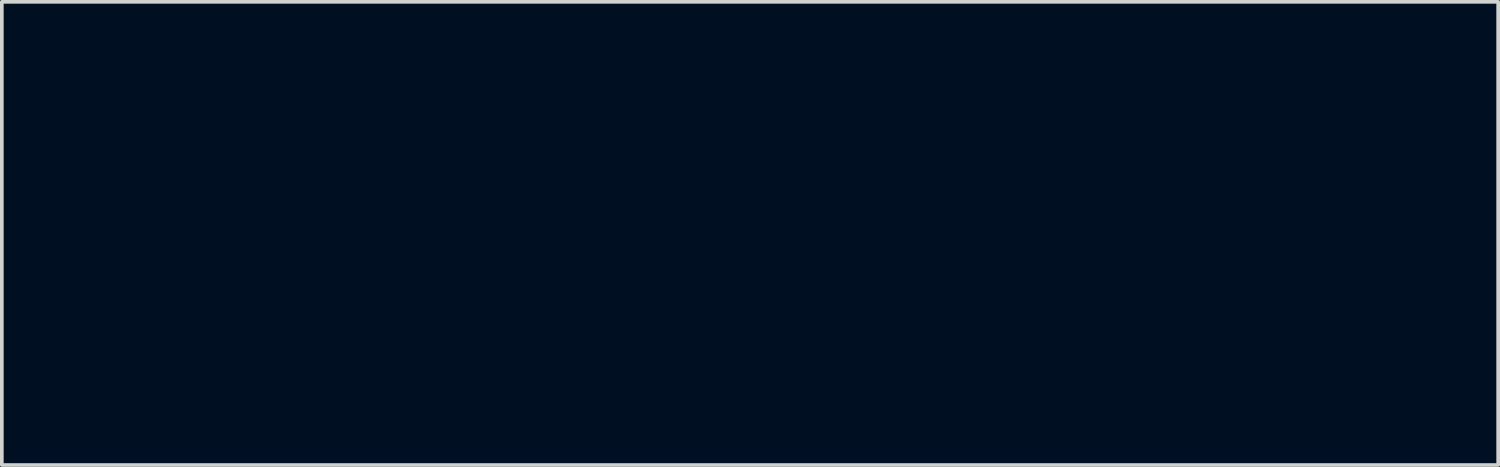
<source format=kicad_pcb>
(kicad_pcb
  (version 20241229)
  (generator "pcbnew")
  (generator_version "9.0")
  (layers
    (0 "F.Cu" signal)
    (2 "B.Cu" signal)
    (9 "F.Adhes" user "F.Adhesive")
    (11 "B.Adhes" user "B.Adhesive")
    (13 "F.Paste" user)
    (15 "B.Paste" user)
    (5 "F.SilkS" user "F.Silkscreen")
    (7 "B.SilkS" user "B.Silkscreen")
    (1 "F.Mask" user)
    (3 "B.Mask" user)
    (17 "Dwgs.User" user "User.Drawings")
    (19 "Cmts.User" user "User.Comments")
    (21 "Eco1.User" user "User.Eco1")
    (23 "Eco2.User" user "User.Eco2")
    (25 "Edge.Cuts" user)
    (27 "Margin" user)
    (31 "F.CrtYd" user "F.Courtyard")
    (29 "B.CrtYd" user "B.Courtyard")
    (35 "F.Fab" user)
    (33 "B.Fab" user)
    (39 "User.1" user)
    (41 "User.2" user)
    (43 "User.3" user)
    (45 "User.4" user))
  (footprint "falling_angle2_5.8x5.72_mask"
    (layer "F.Cu")
    (at 17.461 0.25)
    (property "Reference" "falling_angle2_5.8x5.72_mask" (at 0 5 0) (layer "F.Mask") (effects (font (size 1.524 1.524) (thickness 0.3))))
    (attr through_hole)
    (fp_poly (pts (xy -2.84 0.16) (xy -2.84 0.1) (xy -2.78 0.1) (xy -2.78 0.16) (xy -2.84 0.16)) (stroke (width 0.01) (type solid)) (fill yes) (layer "F.Mask"))
    (fp_poly (pts (xy -2.78 0.1) (xy -2.78 0.04) (xy -2.72 0.04) (xy -2.72 0.1) (xy -2.78 0.1)) (stroke (width 0.01) (type solid)) (fill yes) (layer "F.Mask"))
    (fp_poly (pts (xy -2.78 0.16) (xy -2.78 0.1) (xy -2.72 0.1) (xy -2.72 0.16) (xy -2.78 0.16)) (stroke (width 0.01) (type solid)) (fill yes) (layer "F.Mask"))
    (fp_poly (pts (xy -2.78 0.22) (xy -2.78 0.16) (xy -2.72 0.16) (xy -2.72 0.22) (xy -2.78 0.22)) (stroke (width 0.01) (type solid)) (fill yes) (layer "F.Mask"))
    (fp_poly (pts (xy -2.72 0.1) (xy -2.72 0.04) (xy -2.66 0.04) (xy -2.66 0.1) (xy -2.72 0.1)) (stroke (width 0.01) (type solid)) (fill yes) (layer "F.Mask"))
    (fp_poly (pts (xy -2.72 0.22) (xy -2.72 0.16) (xy -2.66 0.16) (xy -2.66 0.22) (xy -2.72 0.22)) (stroke (width 0.01) (type solid)) (fill yes) (layer "F.Mask"))
    (fp_poly (pts (xy -2.72 0.28) (xy -2.72 0.22) (xy -2.66 0.22) (xy -2.66 0.28) (xy -2.72 0.28)) (stroke (width 0.01) (type solid)) (fill yes) (layer "F.Mask"))
    (fp_poly (pts (xy -2.66 0.1) (xy -2.66 0.04) (xy -2.6 0.04) (xy -2.6 0.1) (xy -2.66 0.1)) (stroke (width 0.01) (type solid)) (fill yes) (layer "F.Mask"))
    (fp_poly (pts (xy -2.66 0.28) (xy -2.66 0.22) (xy -2.6 0.22) (xy -2.6 0.28) (xy -2.66 0.28)) (stroke (width 0.01) (type solid)) (fill yes) (layer "F.Mask"))
    (fp_poly (pts (xy -2.66 5.08) (xy -2.66 5.02) (xy -2.6 5.02) (xy -2.6 5.08) (xy -2.66 5.08)) (stroke (width 0.01) (type solid)) (fill yes) (layer "F.Mask"))
    (fp_poly (pts (xy -2.66 5.14) (xy -2.66 5.08) (xy -2.6 5.08) (xy -2.6 5.14) (xy -2.66 5.14)) (stroke (width 0.01) (type solid)) (fill yes) (layer "F.Mask"))
    (fp_poly (pts (xy -2.66 5.2) (xy -2.66 5.14) (xy -2.6 5.14) (xy -2.6 5.2) (xy -2.66 5.2)) (stroke (width 0.01) (type solid)) (fill yes) (layer "F.Mask"))
    (fp_poly (pts (xy -2.66 5.26) (xy -2.66 5.2) (xy -2.6 5.2) (xy -2.6 5.26) (xy -2.66 5.26)) (stroke (width 0.01) (type solid)) (fill yes) (layer "F.Mask"))
    (fp_poly (pts (xy -2.6 0.1) (xy -2.6 0.04) (xy -2.54 0.04) (xy -2.54 0.1) (xy -2.6 0.1)) (stroke (width 0.01) (type solid)) (fill yes) (layer "F.Mask"))
    (fp_poly (pts (xy -2.6 0.28) (xy -2.6 0.22) (xy -2.54 0.22) (xy -2.54 0.28) (xy -2.6 0.28)) (stroke (width 0.01) (type solid)) (fill yes) (layer "F.Mask"))
    (fp_poly (pts (xy -2.6 4.96) (xy -2.6 4.9) (xy -2.54 4.9) (xy -2.54 4.96) (xy -2.6 4.96)) (stroke (width 0.01) (type solid)) (fill yes) (layer "F.Mask"))
    (fp_poly (pts (xy -2.6 5.02) (xy -2.6 4.96) (xy -2.54 4.96) (xy -2.54 5.02) (xy -2.6 5.02)) (stroke (width 0.01) (type solid)) (fill yes) (layer "F.Mask"))
    (fp_poly (pts (xy -2.6 5.08) (xy -2.6 5.02) (xy -2.54 5.02) (xy -2.54 5.08) (xy -2.6 5.08)) (stroke (width 0.01) (type solid)) (fill yes) (layer "F.Mask"))
    (fp_poly (pts (xy -2.6 5.2) (xy -2.6 5.14) (xy -2.54 5.14) (xy -2.54 5.2) (xy -2.6 5.2)) (stroke (width 0.01) (type solid)) (fill yes) (layer "F.Mask"))
    (fp_poly (pts (xy -2.6 5.26) (xy -2.6 5.2) (xy -2.54 5.2) (xy -2.54 5.26) (xy -2.6 5.26)) (stroke (width 0.01) (type solid)) (fill yes) (layer "F.Mask"))
    (fp_poly (pts (xy -2.54 0.1) (xy -2.54 0.04) (xy -2.48 0.04) (xy -2.48 0.1) (xy -2.54 0.1)) (stroke (width 0.01) (type solid)) (fill yes) (layer "F.Mask"))
    (fp_poly (pts (xy -2.54 0.28) (xy -2.54 0.22) (xy -2.48 0.22) (xy -2.48 0.28) (xy -2.54 0.28)) (stroke (width 0.01) (type solid)) (fill yes) (layer "F.Mask"))
    (fp_poly (pts (xy -2.54 4.84) (xy -2.54 4.78) (xy -2.48 4.78) (xy -2.48 4.84) (xy -2.54 4.84)) (stroke (width 0.01) (type solid)) (fill yes) (layer "F.Mask"))
    (fp_poly (pts (xy -2.54 4.9) (xy -2.54 4.84) (xy -2.48 4.84) (xy -2.48 4.9) (xy -2.54 4.9)) (stroke (width 0.01) (type solid)) (fill yes) (layer "F.Mask"))
    (fp_poly (pts (xy -2.54 4.96) (xy -2.54 4.9) (xy -2.48 4.9) (xy -2.48 4.96) (xy -2.54 4.96)) (stroke (width 0.01) (type solid)) (fill yes) (layer "F.Mask"))
    (fp_poly (pts (xy -2.54 5.14) (xy -2.54 5.08) (xy -2.48 5.08) (xy -2.48 5.14) (xy -2.54 5.14)) (stroke (width 0.01) (type solid)) (fill yes) (layer "F.Mask"))
    (fp_poly (pts (xy -2.54 5.74) (xy -2.54 5.68) (xy -2.48 5.68) (xy -2.48 5.74) (xy -2.54 5.74)) (stroke (width 0.01) (type solid)) (fill yes) (layer "F.Mask"))
    (fp_poly (pts (xy -2.54 5.8) (xy -2.54 5.74) (xy -2.48 5.74) (xy -2.48 5.8) (xy -2.54 5.8)) (stroke (width 0.01) (type solid)) (fill yes) (layer "F.Mask"))
    (fp_poly (pts (xy -2.48 0.1) (xy -2.48 0.04) (xy -2.42 0.04) (xy -2.42 0.1) (xy -2.48 0.1)) (stroke (width 0.01) (type solid)) (fill yes) (layer "F.Mask"))
    (fp_poly (pts (xy -2.48 0.28) (xy -2.48 0.22) (xy -2.42 0.22) (xy -2.42 0.28) (xy -2.48 0.28)) (stroke (width 0.01) (type solid)) (fill yes) (layer "F.Mask"))
    (fp_poly (pts (xy -2.48 4.78) (xy -2.48 4.72) (xy -2.42 4.72) (xy -2.42 4.78) (xy -2.48 4.78)) (stroke (width 0.01) (type solid)) (fill yes) (layer "F.Mask"))
    (fp_poly (pts (xy -2.48 4.84) (xy -2.48 4.78) (xy -2.42 4.78) (xy -2.42 4.84) (xy -2.48 4.84)) (stroke (width 0.01) (type solid)) (fill yes) (layer "F.Mask"))
    (fp_poly (pts (xy -2.48 5.08) (xy -2.48 5.02) (xy -2.42 5.02) (xy -2.42 5.08) (xy -2.48 5.08)) (stroke (width 0.01) (type solid)) (fill yes) (layer "F.Mask"))
    (fp_poly (pts (xy -2.48 5.56) (xy -2.48 5.5) (xy -2.42 5.5) (xy -2.42 5.56) (xy -2.48 5.56)) (stroke (width 0.01) (type solid)) (fill yes) (layer "F.Mask"))
    (fp_poly (pts (xy -2.48 5.62) (xy -2.48 5.56) (xy -2.42 5.56) (xy -2.42 5.62) (xy -2.48 5.62)) (stroke (width 0.01) (type solid)) (fill yes) (layer "F.Mask"))
    (fp_poly (pts (xy -2.48 5.68) (xy -2.48 5.62) (xy -2.42 5.62) (xy -2.42 5.68) (xy -2.48 5.68)) (stroke (width 0.01) (type solid)) (fill yes) (layer "F.Mask"))
    (fp_poly (pts (xy -2.48 5.86) (xy -2.48 5.8) (xy -2.42 5.8) (xy -2.42 5.86) (xy -2.48 5.86)) (stroke (width 0.01) (type solid)) (fill yes) (layer "F.Mask"))
    (fp_poly (pts (xy -2.42 0.1) (xy -2.42 0.04) (xy -2.36 0.04) (xy -2.36 0.1) (xy -2.42 0.1)) (stroke (width 0.01) (type solid)) (fill yes) (layer "F.Mask"))
    (fp_poly (pts (xy -2.42 0.28) (xy -2.42 0.22) (xy -2.36 0.22) (xy -2.36 0.28) (xy -2.42 0.28)) (stroke (width 0.01) (type solid)) (fill yes) (layer "F.Mask"))
    (fp_poly (pts (xy -2.42 0.34) (xy -2.42 0.28) (xy -2.36 0.28) (xy -2.36 0.34) (xy -2.42 0.34)) (stroke (width 0.01) (type solid)) (fill yes) (layer "F.Mask"))
    (fp_poly (pts (xy -2.42 3.88) (xy -2.42 3.82) (xy -2.36 3.82) (xy -2.36 3.88) (xy -2.42 3.88)) (stroke (width 0.01) (type solid)) (fill yes) (layer "F.Mask"))
    (fp_poly (pts (xy -2.42 3.94) (xy -2.42 3.88) (xy -2.36 3.88) (xy -2.36 3.94) (xy -2.42 3.94)) (stroke (width 0.01) (type solid)) (fill yes) (layer "F.Mask"))
    (fp_poly (pts (xy -2.42 4) (xy -2.42 3.94) (xy -2.36 3.94) (xy -2.36 4) (xy -2.42 4)) (stroke (width 0.01) (type solid)) (fill yes) (layer "F.Mask"))
    (fp_poly (pts (xy -2.42 4.72) (xy -2.42 4.66) (xy -2.36 4.66) (xy -2.36 4.72) (xy -2.42 4.72)) (stroke (width 0.01) (type solid)) (fill yes) (layer "F.Mask"))
    (fp_poly (pts (xy -2.42 4.78) (xy -2.42 4.72) (xy -2.36 4.72) (xy -2.36 4.78) (xy -2.42 4.78)) (stroke (width 0.01) (type solid)) (fill yes) (layer "F.Mask"))
    (fp_poly (pts (xy -2.42 5.02) (xy -2.42 4.96) (xy -2.36 4.96) (xy -2.36 5.02) (xy -2.42 5.02)) (stroke (width 0.01) (type solid)) (fill yes) (layer "F.Mask"))
    (fp_poly (pts (xy -2.42 5.44) (xy -2.42 5.38) (xy -2.36 5.38) (xy -2.36 5.44) (xy -2.42 5.44)) (stroke (width 0.01) (type solid)) (fill yes) (layer "F.Mask"))
    (fp_poly (pts (xy -2.42 5.5) (xy -2.42 5.44) (xy -2.36 5.44) (xy -2.36 5.5) (xy -2.42 5.5)) (stroke (width 0.01) (type solid)) (fill yes) (layer "F.Mask"))
    (fp_poly (pts (xy -2.42 5.56) (xy -2.42 5.5) (xy -2.36 5.5) (xy -2.36 5.56) (xy -2.42 5.56)) (stroke (width 0.01) (type solid)) (fill yes) (layer "F.Mask"))
    (fp_poly (pts (xy -2.42 5.8) (xy -2.42 5.74) (xy -2.36 5.74) (xy -2.36 5.8) (xy -2.42 5.8)) (stroke (width 0.01) (type solid)) (fill yes) (layer "F.Mask"))
    (fp_poly (pts (xy -2.42 5.86) (xy -2.42 5.8) (xy -2.36 5.8) (xy -2.36 5.86) (xy -2.42 5.86)) (stroke (width 0.01) (type solid)) (fill yes) (layer "F.Mask"))
    (fp_poly (pts (xy -2.36 0.1) (xy -2.36 0.04) (xy -2.3 0.04) (xy -2.3 0.1) (xy -2.36 0.1)) (stroke (width 0.01) (type solid)) (fill yes) (layer "F.Mask"))
    (fp_poly (pts (xy -2.36 0.34) (xy -2.36 0.28) (xy -2.3 0.28) (xy -2.3 0.34) (xy -2.36 0.34)) (stroke (width 0.01) (type solid)) (fill yes) (layer "F.Mask"))
    (fp_poly (pts (xy -2.36 3.88) (xy -2.36 3.82) (xy -2.3 3.82) (xy -2.3 3.88) (xy -2.36 3.88)) (stroke (width 0.01) (type solid)) (fill yes) (layer "F.Mask"))
    (fp_poly (pts (xy -2.36 4) (xy -2.36 3.94) (xy -2.3 3.94) (xy -2.3 4) (xy -2.36 4)) (stroke (width 0.01) (type solid)) (fill yes) (layer "F.Mask"))
    (fp_poly (pts (xy -2.36 4.66) (xy -2.36 4.6) (xy -2.3 4.6) (xy -2.3 4.66) (xy -2.36 4.66)) (stroke (width 0.01) (type solid)) (fill yes) (layer "F.Mask"))
    (fp_poly (pts (xy -2.36 4.72) (xy -2.36 4.66) (xy -2.3 4.66) (xy -2.3 4.72) (xy -2.36 4.72)) (stroke (width 0.01) (type solid)) (fill yes) (layer "F.Mask"))
    (fp_poly (pts (xy -2.36 4.96) (xy -2.36 4.9) (xy -2.3 4.9) (xy -2.3 4.96) (xy -2.36 4.96)) (stroke (width 0.01) (type solid)) (fill yes) (layer "F.Mask"))
    (fp_poly (pts (xy -2.36 5.02) (xy -2.36 4.96) (xy -2.3 4.96) (xy -2.3 5.02) (xy -2.36 5.02)) (stroke (width 0.01) (type solid)) (fill yes) (layer "F.Mask"))
    (fp_poly (pts (xy -2.36 5.32) (xy -2.36 5.26) (xy -2.3 5.26) (xy -2.3 5.32) (xy -2.36 5.32)) (stroke (width 0.01) (type solid)) (fill yes) (layer "F.Mask"))
    (fp_poly (pts (xy -2.36 5.38) (xy -2.36 5.32) (xy -2.3 5.32) (xy -2.3 5.38) (xy -2.36 5.38)) (stroke (width 0.01) (type solid)) (fill yes) (layer "F.Mask"))
    (fp_poly (pts (xy -2.36 5.44) (xy -2.36 5.38) (xy -2.3 5.38) (xy -2.3 5.44) (xy -2.36 5.44)) (stroke (width 0.01) (type solid)) (fill yes) (layer "F.Mask"))
    (fp_poly (pts (xy -2.36 5.74) (xy -2.36 5.68) (xy -2.3 5.68) (xy -2.3 5.74) (xy -2.36 5.74)) (stroke (width 0.01) (type solid)) (fill yes) (layer "F.Mask"))
    (fp_poly (pts (xy -2.36 5.8) (xy -2.36 5.74) (xy -2.3 5.74) (xy -2.3 5.8) (xy -2.36 5.8)) (stroke (width 0.01) (type solid)) (fill yes) (layer "F.Mask"))
    (fp_poly (pts (xy -2.3 0.1) (xy -2.3 0.04) (xy -2.24 0.04) (xy -2.24 0.1) (xy -2.3 0.1)) (stroke (width 0.01) (type solid)) (fill yes) (layer "F.Mask"))
    (fp_poly (pts (xy -2.3 0.34) (xy -2.3 0.28) (xy -2.24 0.28) (xy -2.24 0.34) (xy -2.3 0.34)) (stroke (width 0.01) (type solid)) (fill yes) (layer "F.Mask"))
    (fp_poly (pts (xy -2.3 0.4) (xy -2.3 0.34) (xy -2.24 0.34) (xy -2.24 0.4) (xy -2.3 0.4)) (stroke (width 0.01) (type solid)) (fill yes) (layer "F.Mask"))
    (fp_poly (pts (xy -2.3 3.82) (xy -2.3 3.76) (xy -2.24 3.76) (xy -2.24 3.82) (xy -2.3 3.82)) (stroke (width 0.01) (type solid)) (fill yes) (layer "F.Mask"))
    (fp_poly (pts (xy -2.3 4) (xy -2.3 3.94) (xy -2.24 3.94) (xy -2.24 4) (xy -2.3 4)) (stroke (width 0.01) (type solid)) (fill yes) (layer "F.Mask"))
    (fp_poly (pts (xy -2.3 4.6) (xy -2.3 4.54) (xy -2.24 4.54) (xy -2.24 4.6) (xy -2.3 4.6)) (stroke (width 0.01) (type solid)) (fill yes) (layer "F.Mask"))
    (fp_poly (pts (xy -2.3 4.66) (xy -2.3 4.6) (xy -2.24 4.6) (xy -2.24 4.66) (xy -2.3 4.66)) (stroke (width 0.01) (type solid)) (fill yes) (layer "F.Mask"))
    (fp_poly (pts (xy -2.3 4.9) (xy -2.3 4.84) (xy -2.24 4.84) (xy -2.24 4.9) (xy -2.3 4.9)) (stroke (width 0.01) (type solid)) (fill yes) (layer "F.Mask"))
    (fp_poly (pts (xy -2.3 4.96) (xy -2.3 4.9) (xy -2.24 4.9) (xy -2.24 4.96) (xy -2.3 4.96)) (stroke (width 0.01) (type solid)) (fill yes) (layer "F.Mask"))
    (fp_poly (pts (xy -2.3 5.2) (xy -2.3 5.14) (xy -2.24 5.14) (xy -2.24 5.2) (xy -2.3 5.2)) (stroke (width 0.01) (type solid)) (fill yes) (layer "F.Mask"))
    (fp_poly (pts (xy -2.3 5.26) (xy -2.3 5.2) (xy -2.24 5.2) (xy -2.24 5.26) (xy -2.3 5.26)) (stroke (width 0.01) (type solid)) (fill yes) (layer "F.Mask"))
    (fp_poly (pts (xy -2.3 5.32) (xy -2.3 5.26) (xy -2.24 5.26) (xy -2.24 5.32) (xy -2.3 5.32)) (stroke (width 0.01) (type solid)) (fill yes) (layer "F.Mask"))
    (fp_poly (pts (xy -2.3 5.68) (xy -2.3 5.62) (xy -2.24 5.62) (xy -2.24 5.68) (xy -2.3 5.68)) (stroke (width 0.01) (type solid)) (fill yes) (layer "F.Mask"))
    (fp_poly (pts (xy -2.3 5.74) (xy -2.3 5.68) (xy -2.24 5.68) (xy -2.24 5.74) (xy -2.3 5.74)) (stroke (width 0.01) (type solid)) (fill yes) (layer "F.Mask"))
    (fp_poly (pts (xy -2.24 0.1) (xy -2.24 0.04) (xy -2.18 0.04) (xy -2.18 0.1) (xy -2.24 0.1)) (stroke (width 0.01) (type solid)) (fill yes) (layer "F.Mask"))
    (fp_poly (pts (xy -2.24 0.4) (xy -2.24 0.34) (xy -2.18 0.34) (xy -2.18 0.4) (xy -2.24 0.4)) (stroke (width 0.01) (type solid)) (fill yes) (layer "F.Mask"))
    (fp_poly (pts (xy -2.24 0.46) (xy -2.24 0.4) (xy -2.18 0.4) (xy -2.18 0.46) (xy -2.24 0.46)) (stroke (width 0.01) (type solid)) (fill yes) (layer "F.Mask"))
    (fp_poly (pts (xy -2.24 3.82) (xy -2.24 3.76) (xy -2.18 3.76) (xy -2.18 3.82) (xy -2.24 3.82)) (stroke (width 0.01) (type solid)) (fill yes) (layer "F.Mask"))
    (fp_poly (pts (xy -2.24 3.88) (xy -2.24 3.82) (xy -2.18 3.82) (xy -2.18 3.88) (xy -2.24 3.88)) (stroke (width 0.01) (type solid)) (fill yes) (layer "F.Mask"))
    (fp_poly (pts (xy -2.24 3.94) (xy -2.24 3.88) (xy -2.18 3.88) (xy -2.18 3.94) (xy -2.24 3.94)) (stroke (width 0.01) (type solid)) (fill yes) (layer "F.Mask"))
    (fp_poly (pts (xy -2.24 4.54) (xy -2.24 4.48) (xy -2.18 4.48) (xy -2.18 4.54) (xy -2.24 4.54)) (stroke (width 0.01) (type solid)) (fill yes) (layer "F.Mask"))
    (fp_poly (pts (xy -2.24 4.6) (xy -2.24 4.54) (xy -2.18 4.54) (xy -2.18 4.6) (xy -2.24 4.6)) (stroke (width 0.01) (type solid)) (fill yes) (layer "F.Mask"))
    (fp_poly (pts (xy -2.24 4.84) (xy -2.24 4.78) (xy -2.18 4.78) (xy -2.18 4.84) (xy -2.24 4.84)) (stroke (width 0.01) (type solid)) (fill yes) (layer "F.Mask"))
    (fp_poly (pts (xy -2.24 4.9) (xy -2.24 4.84) (xy -2.18 4.84) (xy -2.18 4.9) (xy -2.24 4.9)) (stroke (width 0.01) (type solid)) (fill yes) (layer "F.Mask"))
    (fp_poly (pts (xy -2.24 5.08) (xy -2.24 5.02) (xy -2.18 5.02) (xy -2.18 5.08) (xy -2.24 5.08)) (stroke (width 0.01) (type solid)) (fill yes) (layer "F.Mask"))
    (fp_poly (pts (xy -2.24 5.14) (xy -2.24 5.08) (xy -2.18 5.08) (xy -2.18 5.14) (xy -2.24 5.14)) (stroke (width 0.01) (type solid)) (fill yes) (layer "F.Mask"))
    (fp_poly (pts (xy -2.24 5.2) (xy -2.24 5.14) (xy -2.18 5.14) (xy -2.18 5.2) (xy -2.24 5.2)) (stroke (width 0.01) (type solid)) (fill yes) (layer "F.Mask"))
    (fp_poly (pts (xy -2.24 5.62) (xy -2.24 5.56) (xy -2.18 5.56) (xy -2.18 5.62) (xy -2.24 5.62)) (stroke (width 0.01) (type solid)) (fill yes) (layer "F.Mask"))
    (fp_poly (pts (xy -2.24 5.68) (xy -2.24 5.62) (xy -2.18 5.62) (xy -2.18 5.68) (xy -2.24 5.68)) (stroke (width 0.01) (type solid)) (fill yes) (layer "F.Mask"))
    (fp_poly (pts (xy -2.18 0.1) (xy -2.18 0.04) (xy -2.12 0.04) (xy -2.12 0.1) (xy -2.18 0.1)) (stroke (width 0.01) (type solid)) (fill yes) (layer "F.Mask"))
    (fp_poly (pts (xy -2.18 0.46) (xy -2.18 0.4) (xy -2.12 0.4) (xy -2.12 0.46) (xy -2.18 0.46)) (stroke (width 0.01) (type solid)) (fill yes) (layer "F.Mask"))
    (fp_poly (pts (xy -2.18 0.52) (xy -2.18 0.46) (xy -2.12 0.46) (xy -2.12 0.52) (xy -2.18 0.52)) (stroke (width 0.01) (type solid)) (fill yes) (layer "F.Mask"))
    (fp_poly (pts (xy -2.18 3.82) (xy -2.18 3.76) (xy -2.12 3.76) (xy -2.12 3.82) (xy -2.18 3.82)) (stroke (width 0.01) (type solid)) (fill yes) (layer "F.Mask"))
    (fp_poly (pts (xy -2.18 3.88) (xy -2.18 3.82) (xy -2.12 3.82) (xy -2.12 3.88) (xy -2.18 3.88)) (stroke (width 0.01) (type solid)) (fill yes) (layer "F.Mask"))
    (fp_poly (pts (xy -2.18 4.48) (xy -2.18 4.42) (xy -2.12 4.42) (xy -2.12 4.48) (xy -2.18 4.48)) (stroke (width 0.01) (type solid)) (fill yes) (layer "F.Mask"))
    (fp_poly (pts (xy -2.18 4.54) (xy -2.18 4.48) (xy -2.12 4.48) (xy -2.12 4.54) (xy -2.18 4.54)) (stroke (width 0.01) (type solid)) (fill yes) (layer "F.Mask"))
    (fp_poly (pts (xy -2.18 4.84) (xy -2.18 4.78) (xy -2.12 4.78) (xy -2.12 4.84) (xy -2.18 4.84)) (stroke (width 0.01) (type solid)) (fill yes) (layer "F.Mask"))
    (fp_poly (pts (xy -2.18 4.96) (xy -2.18 4.9) (xy -2.12 4.9) (xy -2.12 4.96) (xy -2.18 4.96)) (stroke (width 0.01) (type solid)) (fill yes) (layer "F.Mask"))
    (fp_poly (pts (xy -2.18 5.02) (xy -2.18 4.96) (xy -2.12 4.96) (xy -2.12 5.02) (xy -2.18 5.02)) (stroke (width 0.01) (type solid)) (fill yes) (layer "F.Mask"))
    (fp_poly (pts (xy -2.18 5.08) (xy -2.18 5.02) (xy -2.12 5.02) (xy -2.12 5.08) (xy -2.18 5.08)) (stroke (width 0.01) (type solid)) (fill yes) (layer "F.Mask"))
    (fp_poly (pts (xy -2.18 5.56) (xy -2.18 5.5) (xy -2.12 5.5) (xy -2.12 5.56) (xy -2.18 5.56)) (stroke (width 0.01) (type solid)) (fill yes) (layer "F.Mask"))
    (fp_poly (pts (xy -2.18 5.62) (xy -2.18 5.56) (xy -2.12 5.56) (xy -2.12 5.62) (xy -2.18 5.62)) (stroke (width 0.01) (type solid)) (fill yes) (layer "F.Mask"))
    (fp_poly (pts (xy -2.12 0.16) (xy -2.12 0.1) (xy -2.06 0.1) (xy -2.06 0.16) (xy -2.12 0.16)) (stroke (width 0.01) (type solid)) (fill yes) (layer "F.Mask"))
    (fp_poly (pts (xy -2.12 0.52) (xy -2.12 0.46) (xy -2.06 0.46) (xy -2.06 0.52) (xy -2.12 0.52)) (stroke (width 0.01) (type solid)) (fill yes) (layer "F.Mask"))
    (fp_poly (pts (xy -2.12 0.58) (xy -2.12 0.52) (xy -2.06 0.52) (xy -2.06 0.58) (xy -2.12 0.58)) (stroke (width 0.01) (type solid)) (fill yes) (layer "F.Mask"))
    (fp_poly (pts (xy -2.12 3.82) (xy -2.12 3.76) (xy -2.06 3.76) (xy -2.06 3.82) (xy -2.12 3.82)) (stroke (width 0.01) (type solid)) (fill yes) (layer "F.Mask"))
    (fp_poly (pts (xy -2.12 3.88) (xy -2.12 3.82) (xy -2.06 3.82) (xy -2.06 3.88) (xy -2.12 3.88)) (stroke (width 0.01) (type solid)) (fill yes) (layer "F.Mask"))
    (fp_poly (pts (xy -2.12 4.42) (xy -2.12 4.36) (xy -2.06 4.36) (xy -2.06 4.42) (xy -2.12 4.42)) (stroke (width 0.01) (type solid)) (fill yes) (layer "F.Mask"))
    (fp_poly (pts (xy -2.12 4.48) (xy -2.12 4.42) (xy -2.06 4.42) (xy -2.06 4.48) (xy -2.12 4.48)) (stroke (width 0.01) (type solid)) (fill yes) (layer "F.Mask"))
    (fp_poly (pts (xy -2.12 4.78) (xy -2.12 4.72) (xy -2.06 4.72) (xy -2.06 4.78) (xy -2.12 4.78)) (stroke (width 0.01) (type solid)) (fill yes) (layer "F.Mask"))
    (fp_poly (pts (xy -2.12 4.84) (xy -2.12 4.78) (xy -2.06 4.78) (xy -2.06 4.84) (xy -2.12 4.84)) (stroke (width 0.01) (type solid)) (fill yes) (layer "F.Mask"))
    (fp_poly (pts (xy -2.12 4.9) (xy -2.12 4.84) (xy -2.06 4.84) (xy -2.06 4.9) (xy -2.12 4.9)) (stroke (width 0.01) (type solid)) (fill yes) (layer "F.Mask"))
    (fp_poly (pts (xy -2.12 4.96) (xy -2.12 4.9) (xy -2.06 4.9) (xy -2.06 4.96) (xy -2.12 4.96)) (stroke (width 0.01) (type solid)) (fill yes) (layer "F.Mask"))
    (fp_poly (pts (xy -2.12 5.5) (xy -2.12 5.44) (xy -2.06 5.44) (xy -2.06 5.5) (xy -2.12 5.5)) (stroke (width 0.01) (type solid)) (fill yes) (layer "F.Mask"))
    (fp_poly (pts (xy -2.12 5.56) (xy -2.12 5.5) (xy -2.06 5.5) (xy -2.06 5.56) (xy -2.12 5.56)) (stroke (width 0.01) (type solid)) (fill yes) (layer "F.Mask"))
    (fp_poly (pts (xy -2.06 0.22) (xy -2.06 0.16) (xy -2 0.16) (xy -2 0.22) (xy -2.06 0.22)) (stroke (width 0.01) (type solid)) (fill yes) (layer "F.Mask"))
    (fp_poly (pts (xy -2.06 0.64) (xy -2.06 0.58) (xy -2 0.58) (xy -2 0.64) (xy -2.06 0.64)) (stroke (width 0.01) (type solid)) (fill yes) (layer "F.Mask"))
    (fp_poly (pts (xy -2.06 0.7) (xy -2.06 0.64) (xy -2 0.64) (xy -2 0.7) (xy -2.06 0.7)) (stroke (width 0.01) (type solid)) (fill yes) (layer "F.Mask"))
    (fp_poly (pts (xy -2.06 3.82) (xy -2.06 3.76) (xy -2 3.76) (xy -2 3.82) (xy -2.06 3.82)) (stroke (width 0.01) (type solid)) (fill yes) (layer "F.Mask"))
    (fp_poly (pts (xy -2.06 4.36) (xy -2.06 4.3) (xy -2 4.3) (xy -2 4.36) (xy -2.06 4.36)) (stroke (width 0.01) (type solid)) (fill yes) (layer "F.Mask"))
    (fp_poly (pts (xy -2.06 4.42) (xy -2.06 4.36) (xy -2 4.36) (xy -2 4.42) (xy -2.06 4.42)) (stroke (width 0.01) (type solid)) (fill yes) (layer "F.Mask"))
    (fp_poly (pts (xy -2.06 4.72) (xy -2.06 4.66) (xy -2 4.66) (xy -2 4.72) (xy -2.06 4.72)) (stroke (width 0.01) (type solid)) (fill yes) (layer "F.Mask"))
    (fp_poly (pts (xy -2.06 4.78) (xy -2.06 4.72) (xy -2 4.72) (xy -2 4.78) (xy -2.06 4.78)) (stroke (width 0.01) (type solid)) (fill yes) (layer "F.Mask"))
    (fp_poly (pts (xy -2.06 4.84) (xy -2.06 4.78) (xy -2 4.78) (xy -2 4.84) (xy -2.06 4.84)) (stroke (width 0.01) (type solid)) (fill yes) (layer "F.Mask"))
    (fp_poly (pts (xy -2.06 5.44) (xy -2.06 5.38) (xy -2 5.38) (xy -2 5.44) (xy -2.06 5.44)) (stroke (width 0.01) (type solid)) (fill yes) (layer "F.Mask"))
    (fp_poly (pts (xy -2.06 5.5) (xy -2.06 5.44) (xy -2 5.44) (xy -2 5.5) (xy -2.06 5.5)) (stroke (width 0.01) (type solid)) (fill yes) (layer "F.Mask"))
    (fp_poly (pts (xy -2 0.28) (xy -2 0.22) (xy -1.94 0.22) (xy -1.94 0.28) (xy -2 0.28)) (stroke (width 0.01) (type solid)) (fill yes) (layer "F.Mask"))
    (fp_poly (pts (xy -2 0.34) (xy -2 0.28) (xy -1.94 0.28) (xy -1.94 0.34) (xy -2 0.34)) (stroke (width 0.01) (type solid)) (fill yes) (layer "F.Mask"))
    (fp_poly (pts (xy -2 0.7) (xy -2 0.64) (xy -1.94 0.64) (xy -1.94 0.7) (xy -2 0.7)) (stroke (width 0.01) (type solid)) (fill yes) (layer "F.Mask"))
    (fp_poly (pts (xy -2 0.76) (xy -2 0.7) (xy -1.94 0.7) (xy -1.94 0.76) (xy -2 0.76)) (stroke (width 0.01) (type solid)) (fill yes) (layer "F.Mask"))
    (fp_poly (pts (xy -2 3.82) (xy -2 3.76) (xy -1.94 3.76) (xy -1.94 3.82) (xy -2 3.82)) (stroke (width 0.01) (type solid)) (fill yes) (layer "F.Mask"))
    (fp_poly (pts (xy -2 4.3) (xy -2 4.24) (xy -1.94 4.24) (xy -1.94 4.3) (xy -2 4.3)) (stroke (width 0.01) (type solid)) (fill yes) (layer "F.Mask"))
    (fp_poly (pts (xy -2 4.36) (xy -2 4.3) (xy -1.94 4.3) (xy -1.94 4.36) (xy -2 4.36)) (stroke (width 0.01) (type solid)) (fill yes) (layer "F.Mask"))
    (fp_poly (pts (xy -2 4.72) (xy -2 4.66) (xy -1.94 4.66) (xy -1.94 4.72) (xy -2 4.72)) (stroke (width 0.01) (type solid)) (fill yes) (layer "F.Mask"))
    (fp_poly (pts (xy -2 5.38) (xy -2 5.32) (xy -1.94 5.32) (xy -1.94 5.38) (xy -2 5.38)) (stroke (width 0.01) (type solid)) (fill yes) (layer "F.Mask"))
    (fp_poly (pts (xy -2 5.44) (xy -2 5.38) (xy -1.94 5.38) (xy -1.94 5.44) (xy -2 5.44)) (stroke (width 0.01) (type solid)) (fill yes) (layer "F.Mask"))
    (fp_poly (pts (xy -1.94 0.34) (xy -1.94 0.28) (xy -1.88 0.28) (xy -1.88 0.34) (xy -1.94 0.34)) (stroke (width 0.01) (type solid)) (fill yes) (layer "F.Mask"))
    (fp_poly (pts (xy -1.94 0.4) (xy -1.94 0.34) (xy -1.88 0.34) (xy -1.88 0.4) (xy -1.94 0.4)) (stroke (width 0.01) (type solid)) (fill yes) (layer "F.Mask"))
    (fp_poly (pts (xy -1.94 0.76) (xy -1.94 0.7) (xy -1.88 0.7) (xy -1.88 0.76) (xy -1.94 0.76)) (stroke (width 0.01) (type solid)) (fill yes) (layer "F.Mask"))
    (fp_poly (pts (xy -1.94 0.82) (xy -1.94 0.76) (xy -1.88 0.76) (xy -1.88 0.82) (xy -1.94 0.82)) (stroke (width 0.01) (type solid)) (fill yes) (layer "F.Mask"))
    (fp_poly (pts (xy -1.94 0.88) (xy -1.94 0.82) (xy -1.88 0.82) (xy -1.88 0.88) (xy -1.94 0.88)) (stroke (width 0.01) (type solid)) (fill yes) (layer "F.Mask"))
    (fp_poly (pts (xy -1.94 4.24) (xy -1.94 4.18) (xy -1.88 4.18) (xy -1.88 4.24) (xy -1.94 4.24)) (stroke (width 0.01) (type solid)) (fill yes) (layer "F.Mask"))
    (fp_poly (pts (xy -1.94 4.3) (xy -1.94 4.24) (xy -1.88 4.24) (xy -1.88 4.3) (xy -1.94 4.3)) (stroke (width 0.01) (type solid)) (fill yes) (layer "F.Mask"))
    (fp_poly (pts (xy -1.94 4.66) (xy -1.94 4.6) (xy -1.88 4.6) (xy -1.88 4.66) (xy -1.94 4.66)) (stroke (width 0.01) (type solid)) (fill yes) (layer "F.Mask"))
    (fp_poly (pts (xy -1.94 5.32) (xy -1.94 5.26) (xy -1.88 5.26) (xy -1.88 5.32) (xy -1.94 5.32)) (stroke (width 0.01) (type solid)) (fill yes) (layer "F.Mask"))
    (fp_poly (pts (xy -1.94 5.38) (xy -1.94 5.32) (xy -1.88 5.32) (xy -1.88 5.38) (xy -1.94 5.38)) (stroke (width 0.01) (type solid)) (fill yes) (layer "F.Mask"))
    (fp_poly (pts (xy -1.88 0.4) (xy -1.88 0.34) (xy -1.82 0.34) (xy -1.82 0.4) (xy -1.88 0.4)) (stroke (width 0.01) (type solid)) (fill yes) (layer "F.Mask"))
    (fp_poly (pts (xy -1.88 0.46) (xy -1.88 0.4) (xy -1.82 0.4) (xy -1.82 0.46) (xy -1.88 0.46)) (stroke (width 0.01) (type solid)) (fill yes) (layer "F.Mask"))
    (fp_poly (pts (xy -1.88 0.88) (xy -1.88 0.82) (xy -1.82 0.82) (xy -1.82 0.88) (xy -1.88 0.88)) (stroke (width 0.01) (type solid)) (fill yes) (layer "F.Mask"))
    (fp_poly (pts (xy -1.88 0.94) (xy -1.88 0.88) (xy -1.82 0.88) (xy -1.82 0.94) (xy -1.88 0.94)) (stroke (width 0.01) (type solid)) (fill yes) (layer "F.Mask"))
    (fp_poly (pts (xy -1.88 4.18) (xy -1.88 4.12) (xy -1.82 4.12) (xy -1.82 4.18) (xy -1.88 4.18)) (stroke (width 0.01) (type solid)) (fill yes) (layer "F.Mask"))
    (fp_poly (pts (xy -1.88 4.24) (xy -1.88 4.18) (xy -1.82 4.18) (xy -1.82 4.24) (xy -1.88 4.24)) (stroke (width 0.01) (type solid)) (fill yes) (layer "F.Mask"))
    (fp_poly (pts (xy -1.88 4.6) (xy -1.88 4.54) (xy -1.82 4.54) (xy -1.82 4.6) (xy -1.88 4.6)) (stroke (width 0.01) (type solid)) (fill yes) (layer "F.Mask"))
    (fp_poly (pts (xy -1.88 4.66) (xy -1.88 4.6) (xy -1.82 4.6) (xy -1.82 4.66) (xy -1.88 4.66)) (stroke (width 0.01) (type solid)) (fill yes) (layer "F.Mask"))
    (fp_poly (pts (xy -1.88 5.26) (xy -1.88 5.2) (xy -1.82 5.2) (xy -1.82 5.26) (xy -1.88 5.26)) (stroke (width 0.01) (type solid)) (fill yes) (layer "F.Mask"))
    (fp_poly (pts (xy -1.88 5.32) (xy -1.88 5.26) (xy -1.82 5.26) (xy -1.82 5.32) (xy -1.88 5.32)) (stroke (width 0.01) (type solid)) (fill yes) (layer "F.Mask"))
    (fp_poly (pts (xy -1.82 0.46) (xy -1.82 0.4) (xy -1.76 0.4) (xy -1.76 0.46) (xy -1.82 0.46)) (stroke (width 0.01) (type solid)) (fill yes) (layer "F.Mask"))
    (fp_poly (pts (xy -1.82 0.52) (xy -1.82 0.46) (xy -1.76 0.46) (xy -1.76 0.52) (xy -1.82 0.52)) (stroke (width 0.01) (type solid)) (fill yes) (layer "F.Mask"))
    (fp_poly (pts (xy -1.82 0.94) (xy -1.82 0.88) (xy -1.76 0.88) (xy -1.76 0.94) (xy -1.82 0.94)) (stroke (width 0.01) (type solid)) (fill yes) (layer "F.Mask"))
    (fp_poly (pts (xy -1.82 1) (xy -1.82 0.94) (xy -1.76 0.94) (xy -1.76 1) (xy -1.82 1)) (stroke (width 0.01) (type solid)) (fill yes) (layer "F.Mask"))
    (fp_poly (pts (xy -1.82 1.06) (xy -1.82 1) (xy -1.76 1) (xy -1.76 1.06) (xy -1.82 1.06)) (stroke (width 0.01) (type solid)) (fill yes) (layer "F.Mask"))
    (fp_poly (pts (xy -1.82 3.4) (xy -1.82 3.34) (xy -1.76 3.34) (xy -1.76 3.4) (xy -1.82 3.4)) (stroke (width 0.01) (type solid)) (fill yes) (layer "F.Mask"))
    (fp_poly (pts (xy -1.82 3.46) (xy -1.82 3.4) (xy -1.76 3.4) (xy -1.76 3.46) (xy -1.82 3.46)) (stroke (width 0.01) (type solid)) (fill yes) (layer "F.Mask"))
    (fp_poly (pts (xy -1.82 3.52) (xy -1.82 3.46) (xy -1.76 3.46) (xy -1.76 3.52) (xy -1.82 3.52)) (stroke (width 0.01) (type solid)) (fill yes) (layer "F.Mask"))
    (fp_poly (pts (xy -1.82 4.12) (xy -1.82 4.06) (xy -1.76 4.06) (xy -1.76 4.12) (xy -1.82 4.12)) (stroke (width 0.01) (type solid)) (fill yes) (layer "F.Mask"))
    (fp_poly (pts (xy -1.82 4.18) (xy -1.82 4.12) (xy -1.76 4.12) (xy -1.76 4.18) (xy -1.82 4.18)) (stroke (width 0.01) (type solid)) (fill yes) (layer "F.Mask"))
    (fp_poly (pts (xy -1.82 5.2) (xy -1.82 5.14) (xy -1.76 5.14) (xy -1.76 5.2) (xy -1.82 5.2)) (stroke (width 0.01) (type solid)) (fill yes) (layer "F.Mask"))
    (fp_poly (pts (xy -1.82 5.26) (xy -1.82 5.2) (xy -1.76 5.2) (xy -1.76 5.26) (xy -1.82 5.26)) (stroke (width 0.01) (type solid)) (fill yes) (layer "F.Mask"))
    (fp_poly (pts (xy -1.76 0.52) (xy -1.76 0.46) (xy -1.7 0.46) (xy -1.7 0.52) (xy -1.76 0.52)) (stroke (width 0.01) (type solid)) (fill yes) (layer "F.Mask"))
    (fp_poly (pts (xy -1.76 0.58) (xy -1.76 0.52) (xy -1.7 0.52) (xy -1.7 0.58) (xy -1.76 0.58)) (stroke (width 0.01) (type solid)) (fill yes) (layer "F.Mask"))
    (fp_poly (pts (xy -1.76 1.06) (xy -1.76 1) (xy -1.7 1) (xy -1.7 1.06) (xy -1.76 1.06)) (stroke (width 0.01) (type solid)) (fill yes) (layer "F.Mask"))
    (fp_poly (pts (xy -1.76 1.12) (xy -1.76 1.06) (xy -1.7 1.06) (xy -1.7 1.12) (xy -1.76 1.12)) (stroke (width 0.01) (type solid)) (fill yes) (layer "F.Mask"))
    (fp_poly (pts (xy -1.76 1.18) (xy -1.76 1.12) (xy -1.7 1.12) (xy -1.7 1.18) (xy -1.76 1.18)) (stroke (width 0.01) (type solid)) (fill yes) (layer "F.Mask"))
    (fp_poly (pts (xy -1.76 3.4) (xy -1.76 3.34) (xy -1.7 3.34) (xy -1.7 3.4) (xy -1.76 3.4)) (stroke (width 0.01) (type solid)) (fill yes) (layer "F.Mask"))
    (fp_poly (pts (xy -1.76 3.52) (xy -1.76 3.46) (xy -1.7 3.46) (xy -1.7 3.52) (xy -1.76 3.52)) (stroke (width 0.01) (type solid)) (fill yes) (layer "F.Mask"))
    (fp_poly (pts (xy -1.76 4.12) (xy -1.76 4.06) (xy -1.7 4.06) (xy -1.7 4.12) (xy -1.76 4.12)) (stroke (width 0.01) (type solid)) (fill yes) (layer "F.Mask"))
    (fp_poly (pts (xy -1.76 5.14) (xy -1.76 5.08) (xy -1.7 5.08) (xy -1.7 5.14) (xy -1.76 5.14)) (stroke (width 0.01) (type solid)) (fill yes) (layer "F.Mask"))
    (fp_poly (pts (xy -1.76 5.2) (xy -1.76 5.14) (xy -1.7 5.14) (xy -1.7 5.2) (xy -1.76 5.2)) (stroke (width 0.01) (type solid)) (fill yes) (layer "F.Mask"))
    (fp_poly (pts (xy -1.7 0.58) (xy -1.7 0.52) (xy -1.64 0.52) (xy -1.64 0.58) (xy -1.7 0.58)) (stroke (width 0.01) (type solid)) (fill yes) (layer "F.Mask"))
    (fp_poly (pts (xy -1.7 0.64) (xy -1.7 0.58) (xy -1.64 0.58) (xy -1.64 0.64) (xy -1.7 0.64)) (stroke (width 0.01) (type solid)) (fill yes) (layer "F.Mask"))
    (fp_poly (pts (xy -1.7 1.18) (xy -1.7 1.12) (xy -1.64 1.12) (xy -1.64 1.18) (xy -1.7 1.18)) (stroke (width 0.01) (type solid)) (fill yes) (layer "F.Mask"))
    (fp_poly (pts (xy -1.7 1.24) (xy -1.7 1.18) (xy -1.64 1.18) (xy -1.64 1.24) (xy -1.7 1.24)) (stroke (width 0.01) (type solid)) (fill yes) (layer "F.Mask"))
    (fp_poly (pts (xy -1.7 1.3) (xy -1.7 1.24) (xy -1.64 1.24) (xy -1.64 1.3) (xy -1.7 1.3)) (stroke (width 0.01) (type solid)) (fill yes) (layer "F.Mask"))
    (fp_poly (pts (xy -1.7 3.34) (xy -1.7 3.28) (xy -1.64 3.28) (xy -1.64 3.34) (xy -1.7 3.34)) (stroke (width 0.01) (type solid)) (fill yes) (layer "F.Mask"))
    (fp_poly (pts (xy -1.7 3.52) (xy -1.7 3.46) (xy -1.64 3.46) (xy -1.64 3.52) (xy -1.7 3.52)) (stroke (width 0.01) (type solid)) (fill yes) (layer "F.Mask"))
    (fp_poly (pts (xy -1.7 4.06) (xy -1.7 4) (xy -1.64 4) (xy -1.64 4.06) (xy -1.7 4.06)) (stroke (width 0.01) (type solid)) (fill yes) (layer "F.Mask"))
    (fp_poly (pts (xy -1.7 5.02) (xy -1.7 4.96) (xy -1.64 4.96) (xy -1.64 5.02) (xy -1.7 5.02)) (stroke (width 0.01) (type solid)) (fill yes) (layer "F.Mask"))
    (fp_poly (pts (xy -1.7 5.08) (xy -1.7 5.02) (xy -1.64 5.02) (xy -1.64 5.08) (xy -1.7 5.08)) (stroke (width 0.01) (type solid)) (fill yes) (layer "F.Mask"))
    (fp_poly (pts (xy -1.64 0.7) (xy -1.64 0.64) (xy -1.58 0.64) (xy -1.58 0.7) (xy -1.64 0.7)) (stroke (width 0.01) (type solid)) (fill yes) (layer "F.Mask"))
    (fp_poly (pts (xy -1.64 1.3) (xy -1.64 1.24) (xy -1.58 1.24) (xy -1.58 1.3) (xy -1.64 1.3)) (stroke (width 0.01) (type solid)) (fill yes) (layer "F.Mask"))
    (fp_poly (pts (xy -1.64 1.36) (xy -1.64 1.3) (xy -1.58 1.3) (xy -1.58 1.36) (xy -1.64 1.36)) (stroke (width 0.01) (type solid)) (fill yes) (layer "F.Mask"))
    (fp_poly (pts (xy -1.64 3.34) (xy -1.64 3.28) (xy -1.58 3.28) (xy -1.58 3.34) (xy -1.64 3.34)) (stroke (width 0.01) (type solid)) (fill yes) (layer "F.Mask"))
    (fp_poly (pts (xy -1.64 3.46) (xy -1.64 3.4) (xy -1.58 3.4) (xy -1.58 3.46) (xy -1.64 3.46)) (stroke (width 0.01) (type solid)) (fill yes) (layer "F.Mask"))
    (fp_poly (pts (xy -1.64 3.52) (xy -1.64 3.46) (xy -1.58 3.46) (xy -1.58 3.52) (xy -1.64 3.52)) (stroke (width 0.01) (type solid)) (fill yes) (layer "F.Mask"))
    (fp_poly (pts (xy -1.64 4) (xy -1.64 3.94) (xy -1.58 3.94) (xy -1.58 4) (xy -1.64 4)) (stroke (width 0.01) (type solid)) (fill yes) (layer "F.Mask"))
    (fp_poly (pts (xy -1.64 4.06) (xy -1.64 4) (xy -1.58 4) (xy -1.58 4.06) (xy -1.64 4.06)) (stroke (width 0.01) (type solid)) (fill yes) (layer "F.Mask"))
    (fp_poly (pts (xy -1.64 4.96) (xy -1.64 4.9) (xy -1.58 4.9) (xy -1.58 4.96) (xy -1.64 4.96)) (stroke (width 0.01) (type solid)) (fill yes) (layer "F.Mask"))
    (fp_poly (pts (xy -1.64 5.02) (xy -1.64 4.96) (xy -1.58 4.96) (xy -1.58 5.02) (xy -1.64 5.02)) (stroke (width 0.01) (type solid)) (fill yes) (layer "F.Mask"))
    (fp_poly (pts (xy -1.58 0.76) (xy -1.58 0.7) (xy -1.52 0.7) (xy -1.52 0.76) (xy -1.58 0.76)) (stroke (width 0.01) (type solid)) (fill yes) (layer "F.Mask"))
    (fp_poly (pts (xy -1.58 0.82) (xy -1.58 0.76) (xy -1.52 0.76) (xy -1.52 0.82) (xy -1.58 0.82)) (stroke (width 0.01) (type solid)) (fill yes) (layer "F.Mask"))
    (fp_poly (pts (xy -1.58 1.42) (xy -1.58 1.36) (xy -1.52 1.36) (xy -1.52 1.42) (xy -1.58 1.42)) (stroke (width 0.01) (type solid)) (fill yes) (layer "F.Mask"))
    (fp_poly (pts (xy -1.58 1.48) (xy -1.58 1.42) (xy -1.52 1.42) (xy -1.52 1.48) (xy -1.58 1.48)) (stroke (width 0.01) (type solid)) (fill yes) (layer "F.Mask"))
    (fp_poly (pts (xy -1.58 3.34) (xy -1.58 3.28) (xy -1.52 3.28) (xy -1.52 3.34) (xy -1.58 3.34)) (stroke (width 0.01) (type solid)) (fill yes) (layer "F.Mask"))
    (fp_poly (pts (xy -1.58 3.46) (xy -1.58 3.4) (xy -1.52 3.4) (xy -1.52 3.46) (xy -1.58 3.46)) (stroke (width 0.01) (type solid)) (fill yes) (layer "F.Mask"))
    (fp_poly (pts (xy -1.58 3.94) (xy -1.58 3.88) (xy -1.52 3.88) (xy -1.52 3.94) (xy -1.58 3.94)) (stroke (width 0.01) (type solid)) (fill yes) (layer "F.Mask"))
    (fp_poly (pts (xy -1.58 4) (xy -1.58 3.94) (xy -1.52 3.94) (xy -1.52 4) (xy -1.58 4)) (stroke (width 0.01) (type solid)) (fill yes) (layer "F.Mask"))
    (fp_poly (pts (xy -1.58 4.9) (xy -1.58 4.84) (xy -1.52 4.84) (xy -1.52 4.9) (xy -1.58 4.9)) (stroke (width 0.01) (type solid)) (fill yes) (layer "F.Mask"))
    (fp_poly (pts (xy -1.58 4.96) (xy -1.58 4.9) (xy -1.52 4.9) (xy -1.52 4.96) (xy -1.58 4.96)) (stroke (width 0.01) (type solid)) (fill yes) (layer "F.Mask"))
    (fp_poly (pts (xy -1.52 0.82) (xy -1.52 0.76) (xy -1.46 0.76) (xy -1.46 0.82) (xy -1.52 0.82)) (stroke (width 0.01) (type solid)) (fill yes) (layer "F.Mask"))
    (fp_poly (pts (xy -1.52 0.88) (xy -1.52 0.82) (xy -1.46 0.82) (xy -1.46 0.88) (xy -1.52 0.88)) (stroke (width 0.01) (type solid)) (fill yes) (layer "F.Mask"))
    (fp_poly (pts (xy -1.52 1.48) (xy -1.52 1.42) (xy -1.46 1.42) (xy -1.46 1.48) (xy -1.52 1.48)) (stroke (width 0.01) (type solid)) (fill yes) (layer "F.Mask"))
    (fp_poly (pts (xy -1.52 1.54) (xy -1.52 1.48) (xy -1.46 1.48) (xy -1.46 1.54) (xy -1.52 1.54)) (stroke (width 0.01) (type solid)) (fill yes) (layer "F.Mask"))
    (fp_poly (pts (xy -1.52 3.34) (xy -1.52 3.28) (xy -1.46 3.28) (xy -1.46 3.34) (xy -1.52 3.34)) (stroke (width 0.01) (type solid)) (fill yes) (layer "F.Mask"))
    (fp_poly (pts (xy -1.52 3.4) (xy -1.52 3.34) (xy -1.46 3.34) (xy -1.46 3.4) (xy -1.52 3.4)) (stroke (width 0.01) (type solid)) (fill yes) (layer "F.Mask"))
    (fp_poly (pts (xy -1.52 3.46) (xy -1.52 3.4) (xy -1.46 3.4) (xy -1.46 3.46) (xy -1.52 3.46)) (stroke (width 0.01) (type solid)) (fill yes) (layer "F.Mask"))
    (fp_poly (pts (xy -1.52 3.88) (xy -1.52 3.82) (xy -1.46 3.82) (xy -1.46 3.88) (xy -1.52 3.88)) (stroke (width 0.01) (type solid)) (fill yes) (layer "F.Mask"))
    (fp_poly (pts (xy -1.52 3.94) (xy -1.52 3.88) (xy -1.46 3.88) (xy -1.46 3.94) (xy -1.52 3.94)) (stroke (width 0.01) (type solid)) (fill yes) (layer "F.Mask"))
    (fp_poly (pts (xy -1.52 4) (xy -1.52 3.94) (xy -1.46 3.94) (xy -1.46 4) (xy -1.52 4)) (stroke (width 0.01) (type solid)) (fill yes) (layer "F.Mask"))
    (fp_poly (pts (xy -1.52 4.84) (xy -1.52 4.78) (xy -1.46 4.78) (xy -1.46 4.84) (xy -1.52 4.84)) (stroke (width 0.01) (type solid)) (fill yes) (layer "F.Mask"))
    (fp_poly (pts (xy -1.52 4.9) (xy -1.52 4.84) (xy -1.46 4.84) (xy -1.46 4.9) (xy -1.52 4.9)) (stroke (width 0.01) (type solid)) (fill yes) (layer "F.Mask"))
    (fp_poly (pts (xy -1.46 0.88) (xy -1.46 0.82) (xy -1.4 0.82) (xy -1.4 0.88) (xy -1.46 0.88)) (stroke (width 0.01) (type solid)) (fill yes) (layer "F.Mask"))
    (fp_poly (pts (xy -1.46 0.94) (xy -1.46 0.88) (xy -1.4 0.88) (xy -1.4 0.94) (xy -1.46 0.94)) (stroke (width 0.01) (type solid)) (fill yes) (layer "F.Mask"))
    (fp_poly (pts (xy -1.46 1.54) (xy -1.46 1.48) (xy -1.4 1.48) (xy -1.4 1.54) (xy -1.46 1.54)) (stroke (width 0.01) (type solid)) (fill yes) (layer "F.Mask"))
    (fp_poly (pts (xy -1.46 3.34) (xy -1.46 3.28) (xy -1.4 3.28) (xy -1.4 3.34) (xy -1.46 3.34)) (stroke (width 0.01) (type solid)) (fill yes) (layer "F.Mask"))
    (fp_poly (pts (xy -1.46 3.4) (xy -1.46 3.34) (xy -1.4 3.34) (xy -1.4 3.4) (xy -1.46 3.4)) (stroke (width 0.01) (type solid)) (fill yes) (layer "F.Mask"))
    (fp_poly (pts (xy -1.46 3.82) (xy -1.46 3.76) (xy -1.4 3.76) (xy -1.4 3.82) (xy -1.46 3.82)) (stroke (width 0.01) (type solid)) (fill yes) (layer "F.Mask"))
    (fp_poly (pts (xy -1.46 3.88) (xy -1.46 3.82) (xy -1.4 3.82) (xy -1.4 3.88) (xy -1.46 3.88)) (stroke (width 0.01) (type solid)) (fill yes) (layer "F.Mask"))
    (fp_poly (pts (xy -1.46 3.94) (xy -1.46 3.88) (xy -1.4 3.88) (xy -1.4 3.94) (xy -1.46 3.94)) (stroke (width 0.01) (type solid)) (fill yes) (layer "F.Mask"))
    (fp_poly (pts (xy -1.46 4) (xy -1.46 3.94) (xy -1.4 3.94) (xy -1.4 4) (xy -1.46 4)) (stroke (width 0.01) (type solid)) (fill yes) (layer "F.Mask"))
    (fp_poly (pts (xy -1.46 4.72) (xy -1.46 4.66) (xy -1.4 4.66) (xy -1.4 4.72) (xy -1.46 4.72)) (stroke (width 0.01) (type solid)) (fill yes) (layer "F.Mask"))
    (fp_poly (pts (xy -1.46 4.78) (xy -1.46 4.72) (xy -1.4 4.72) (xy -1.4 4.78) (xy -1.46 4.78)) (stroke (width 0.01) (type solid)) (fill yes) (layer "F.Mask"))
    (fp_poly (pts (xy -1.4 0.64) (xy -1.4 0.58) (xy -1.34 0.58) (xy -1.34 0.64) (xy -1.4 0.64)) (stroke (width 0.01) (type solid)) (fill yes) (layer "F.Mask"))
    (fp_poly (pts (xy -1.4 0.7) (xy -1.4 0.64) (xy -1.34 0.64) (xy -1.34 0.7) (xy -1.4 0.7)) (stroke (width 0.01) (type solid)) (fill yes) (layer "F.Mask"))
    (fp_poly (pts (xy -1.4 0.76) (xy -1.4 0.7) (xy -1.34 0.7) (xy -1.34 0.76) (xy -1.4 0.76)) (stroke (width 0.01) (type solid)) (fill yes) (layer "F.Mask"))
    (fp_poly (pts (xy -1.4 0.94) (xy -1.4 0.88) (xy -1.34 0.88) (xy -1.34 0.94) (xy -1.4 0.94)) (stroke (width 0.01) (type solid)) (fill yes) (layer "F.Mask"))
    (fp_poly (pts (xy -1.4 1) (xy -1.4 0.94) (xy -1.34 0.94) (xy -1.34 1) (xy -1.4 1)) (stroke (width 0.01) (type solid)) (fill yes) (layer "F.Mask"))
    (fp_poly (pts (xy -1.4 1.6) (xy -1.4 1.54) (xy -1.34 1.54) (xy -1.34 1.6) (xy -1.4 1.6)) (stroke (width 0.01) (type solid)) (fill yes) (layer "F.Mask"))
    (fp_poly (pts (xy -1.4 3.34) (xy -1.4 3.28) (xy -1.34 3.28) (xy -1.34 3.34) (xy -1.4 3.34)) (stroke (width 0.01) (type solid)) (fill yes) (layer "F.Mask"))
    (fp_poly (pts (xy -1.4 3.58) (xy -1.4 3.52) (xy -1.34 3.52) (xy -1.34 3.58) (xy -1.4 3.58)) (stroke (width 0.01) (type solid)) (fill yes) (layer "F.Mask"))
    (fp_poly (pts (xy -1.4 3.64) (xy -1.4 3.58) (xy -1.34 3.58) (xy -1.34 3.64) (xy -1.4 3.64)) (stroke (width 0.01) (type solid)) (fill yes) (layer "F.Mask"))
    (fp_poly (pts (xy -1.4 3.82) (xy -1.4 3.76) (xy -1.34 3.76) (xy -1.34 3.82) (xy -1.4 3.82)) (stroke (width 0.01) (type solid)) (fill yes) (layer "F.Mask"))
    (fp_poly (pts (xy -1.4 3.94) (xy -1.4 3.88) (xy -1.34 3.88) (xy -1.34 3.94) (xy -1.4 3.94)) (stroke (width 0.01) (type solid)) (fill yes) (layer "F.Mask"))
    (fp_poly (pts (xy -1.4 4.72) (xy -1.4 4.66) (xy -1.34 4.66) (xy -1.34 4.72) (xy -1.4 4.72)) (stroke (width 0.01) (type solid)) (fill yes) (layer "F.Mask"))
    (fp_poly (pts (xy -1.34 0.64) (xy -1.34 0.58) (xy -1.28 0.58) (xy -1.28 0.64) (xy -1.34 0.64)) (stroke (width 0.01) (type solid)) (fill yes) (layer "F.Mask"))
    (fp_poly (pts (xy -1.34 0.7) (xy -1.34 0.64) (xy -1.28 0.64) (xy -1.28 0.7) (xy -1.34 0.7)) (stroke (width 0.01) (type solid)) (fill yes) (layer "F.Mask"))
    (fp_poly (pts (xy -1.34 0.76) (xy -1.34 0.7) (xy -1.28 0.7) (xy -1.28 0.76) (xy -1.34 0.76)) (stroke (width 0.01) (type solid)) (fill yes) (layer "F.Mask"))
    (fp_poly (pts (xy -1.34 0.82) (xy -1.34 0.76) (xy -1.28 0.76) (xy -1.28 0.82) (xy -1.34 0.82)) (stroke (width 0.01) (type solid)) (fill yes) (layer "F.Mask"))
    (fp_poly (pts (xy -1.34 1) (xy -1.34 0.94) (xy -1.28 0.94) (xy -1.28 1) (xy -1.34 1)) (stroke (width 0.01) (type solid)) (fill yes) (layer "F.Mask"))
    (fp_poly (pts (xy -1.34 1.06) (xy -1.34 1) (xy -1.28 1) (xy -1.28 1.06) (xy -1.34 1.06)) (stroke (width 0.01) (type solid)) (fill yes) (layer "F.Mask"))
    (fp_poly (pts (xy -1.34 1.6) (xy -1.34 1.54) (xy -1.28 1.54) (xy -1.28 1.6) (xy -1.34 1.6)) (stroke (width 0.01) (type solid)) (fill yes) (layer "F.Mask"))
    (fp_poly (pts (xy -1.34 1.78) (xy -1.34 1.72) (xy -1.28 1.72) (xy -1.28 1.78) (xy -1.34 1.78)) (stroke (width 0.01) (type solid)) (fill yes) (layer "F.Mask"))
    (fp_poly (pts (xy -1.34 1.84) (xy -1.34 1.78) (xy -1.28 1.78) (xy -1.28 1.84) (xy -1.34 1.84)) (stroke (width 0.01) (type solid)) (fill yes) (layer "F.Mask"))
    (fp_poly (pts (xy -1.34 1.9) (xy -1.34 1.84) (xy -1.28 1.84) (xy -1.28 1.9) (xy -1.34 1.9)) (stroke (width 0.01) (type solid)) (fill yes) (layer "F.Mask"))
    (fp_poly (pts (xy -1.34 1.96) (xy -1.34 1.9) (xy -1.28 1.9) (xy -1.28 1.96) (xy -1.34 1.96)) (stroke (width 0.01) (type solid)) (fill yes) (layer "F.Mask"))
    (fp_poly (pts (xy -1.34 2.02) (xy -1.34 1.96) (xy -1.28 1.96) (xy -1.28 2.02) (xy -1.34 2.02)) (stroke (width 0.01) (type solid)) (fill yes) (layer "F.Mask"))
    (fp_poly (pts (xy -1.34 2.08) (xy -1.34 2.02) (xy -1.28 2.02) (xy -1.28 2.08) (xy -1.34 2.08)) (stroke (width 0.01) (type solid)) (fill yes) (layer "F.Mask"))
    (fp_poly (pts (xy -1.34 3.52) (xy -1.34 3.46) (xy -1.28 3.46) (xy -1.28 3.52) (xy -1.34 3.52)) (stroke (width 0.01) (type solid)) (fill yes) (layer "F.Mask"))
    (fp_poly (pts (xy -1.34 3.58) (xy -1.34 3.52) (xy -1.28 3.52) (xy -1.28 3.58) (xy -1.34 3.58)) (stroke (width 0.01) (type solid)) (fill yes) (layer "F.Mask"))
    (fp_poly (pts (xy -1.34 3.7) (xy -1.34 3.64) (xy -1.28 3.64) (xy -1.28 3.7) (xy -1.34 3.7)) (stroke (width 0.01) (type solid)) (fill yes) (layer "F.Mask"))
    (fp_poly (pts (xy -1.34 3.76) (xy -1.34 3.7) (xy -1.28 3.7) (xy -1.28 3.76) (xy -1.34 3.76)) (stroke (width 0.01) (type solid)) (fill yes) (layer "F.Mask"))
    (fp_poly (pts (xy -1.34 3.82) (xy -1.34 3.76) (xy -1.28 3.76) (xy -1.28 3.82) (xy -1.34 3.82)) (stroke (width 0.01) (type solid)) (fill yes) (layer "F.Mask"))
    (fp_poly (pts (xy -1.34 4.66) (xy -1.34 4.6) (xy -1.28 4.6) (xy -1.28 4.66) (xy -1.34 4.66)) (stroke (width 0.01) (type solid)) (fill yes) (layer "F.Mask"))
    (fp_poly (pts (xy -1.28 0.7) (xy -1.28 0.64) (xy -1.22 0.64) (xy -1.22 0.7) (xy -1.28 0.7)) (stroke (width 0.01) (type solid)) (fill yes) (layer "F.Mask"))
    (fp_poly (pts (xy -1.28 0.88) (xy -1.28 0.82) (xy -1.22 0.82) (xy -1.22 0.88) (xy -1.28 0.88)) (stroke (width 0.01) (type solid)) (fill yes) (layer "F.Mask"))
    (fp_poly (pts (xy -1.28 0.94) (xy -1.28 0.88) (xy -1.22 0.88) (xy -1.22 0.94) (xy -1.28 0.94)) (stroke (width 0.01) (type solid)) (fill yes) (layer "F.Mask"))
    (fp_poly (pts (xy -1.28 1) (xy -1.28 0.94) (xy -1.22 0.94) (xy -1.22 1) (xy -1.28 1)) (stroke (width 0.01) (type solid)) (fill yes) (layer "F.Mask"))
    (fp_poly (pts (xy -1.28 1.06) (xy -1.28 1) (xy -1.22 1) (xy -1.22 1.06) (xy -1.28 1.06)) (stroke (width 0.01) (type solid)) (fill yes) (layer "F.Mask"))
    (fp_poly (pts (xy -1.28 1.12) (xy -1.28 1.06) (xy -1.22 1.06) (xy -1.22 1.12) (xy -1.28 1.12)) (stroke (width 0.01) (type solid)) (fill yes) (layer "F.Mask"))
    (fp_poly (pts (xy -1.28 1.6) (xy -1.28 1.54) (xy -1.22 1.54) (xy -1.22 1.6) (xy -1.28 1.6)) (stroke (width 0.01) (type solid)) (fill yes) (layer "F.Mask"))
    (fp_poly (pts (xy -1.28 1.66) (xy -1.28 1.6) (xy -1.22 1.6) (xy -1.22 1.66) (xy -1.28 1.66)) (stroke (width 0.01) (type solid)) (fill yes) (layer "F.Mask"))
    (fp_poly (pts (xy -1.28 1.72) (xy -1.28 1.66) (xy -1.22 1.66) (xy -1.22 1.72) (xy -1.28 1.72)) (stroke (width 0.01) (type solid)) (fill yes) (layer "F.Mask"))
    (fp_poly (pts (xy -1.28 1.78) (xy -1.28 1.72) (xy -1.22 1.72) (xy -1.22 1.78) (xy -1.28 1.78)) (stroke (width 0.01) (type solid)) (fill yes) (layer "F.Mask"))
    (fp_poly (pts (xy -1.28 1.84) (xy -1.28 1.78) (xy -1.22 1.78) (xy -1.22 1.84) (xy -1.28 1.84)) (stroke (width 0.01) (type solid)) (fill yes) (layer "F.Mask"))
    (fp_poly (pts (xy -1.28 1.9) (xy -1.28 1.84) (xy -1.22 1.84) (xy -1.22 1.9) (xy -1.28 1.9)) (stroke (width 0.01) (type solid)) (fill yes) (layer "F.Mask"))
    (fp_poly (pts (xy -1.28 1.96) (xy -1.28 1.9) (xy -1.22 1.9) (xy -1.22 1.96) (xy -1.28 1.96)) (stroke (width 0.01) (type solid)) (fill yes) (layer "F.Mask"))
    (fp_poly (pts (xy -1.28 2.02) (xy -1.28 1.96) (xy -1.22 1.96) (xy -1.22 2.02) (xy -1.28 2.02)) (stroke (width 0.01) (type solid)) (fill yes) (layer "F.Mask"))
    (fp_poly (pts (xy -1.28 2.08) (xy -1.28 2.02) (xy -1.22 2.02) (xy -1.22 2.08) (xy -1.28 2.08)) (stroke (width 0.01) (type solid)) (fill yes) (layer "F.Mask"))
    (fp_poly (pts (xy -1.28 2.14) (xy -1.28 2.08) (xy -1.22 2.08) (xy -1.22 2.14) (xy -1.28 2.14)) (stroke (width 0.01) (type solid)) (fill yes) (layer "F.Mask"))
    (fp_poly (pts (xy -1.28 2.2) (xy -1.28 2.14) (xy -1.22 2.14) (xy -1.22 2.2) (xy -1.28 2.2)) (stroke (width 0.01) (type solid)) (fill yes) (layer "F.Mask"))
    (fp_poly (pts (xy -1.28 3.52) (xy -1.28 3.46) (xy -1.22 3.46) (xy -1.22 3.52) (xy -1.28 3.52)) (stroke (width 0.01) (type solid)) (fill yes) (layer "F.Mask"))
    (fp_poly (pts (xy -1.28 3.7) (xy -1.28 3.64) (xy -1.22 3.64) (xy -1.22 3.7) (xy -1.28 3.7)) (stroke (width 0.01) (type solid)) (fill yes) (layer "F.Mask"))
    (fp_poly (pts (xy -1.28 3.76) (xy -1.28 3.7) (xy -1.22 3.7) (xy -1.22 3.76) (xy -1.28 3.76)) (stroke (width 0.01) (type solid)) (fill yes) (layer "F.Mask"))
    (fp_poly (pts (xy -1.28 4.6) (xy -1.28 4.54) (xy -1.22 4.54) (xy -1.22 4.6) (xy -1.28 4.6)) (stroke (width 0.01) (type solid)) (fill yes) (layer "F.Mask"))
    (fp_poly (pts (xy -1.22 0.7) (xy -1.22 0.64) (xy -1.16 0.64) (xy -1.16 0.7) (xy -1.22 0.7)) (stroke (width 0.01) (type solid)) (fill yes) (layer "F.Mask"))
    (fp_poly (pts (xy -1.22 0.76) (xy -1.22 0.7) (xy -1.16 0.7) (xy -1.16 0.76) (xy -1.22 0.76)) (stroke (width 0.01) (type solid)) (fill yes) (layer "F.Mask"))
    (fp_poly (pts (xy -1.22 1.12) (xy -1.22 1.06) (xy -1.16 1.06) (xy -1.16 1.12) (xy -1.22 1.12)) (stroke (width 0.01) (type solid)) (fill yes) (layer "F.Mask"))
    (fp_poly (pts (xy -1.22 1.18) (xy -1.22 1.12) (xy -1.16 1.12) (xy -1.16 1.18) (xy -1.22 1.18)) (stroke (width 0.01) (type solid)) (fill yes) (layer "F.Mask"))
    (fp_poly (pts (xy -1.22 1.66) (xy -1.22 1.6) (xy -1.16 1.6) (xy -1.16 1.66) (xy -1.22 1.66)) (stroke (width 0.01) (type solid)) (fill yes) (layer "F.Mask"))
    (fp_poly (pts (xy -1.22 2.2) (xy -1.22 2.14) (xy -1.16 2.14) (xy -1.16 2.2) (xy -1.22 2.2)) (stroke (width 0.01) (type solid)) (fill yes) (layer "F.Mask"))
    (fp_poly (pts (xy -1.22 2.26) (xy -1.22 2.2) (xy -1.16 2.2) (xy -1.16 2.26) (xy -1.22 2.26)) (stroke (width 0.01) (type solid)) (fill yes) (layer "F.Mask"))
    (fp_poly (pts (xy -1.22 3.46) (xy -1.22 3.4) (xy -1.16 3.4) (xy -1.16 3.46) (xy -1.22 3.46)) (stroke (width 0.01) (type solid)) (fill yes) (layer "F.Mask"))
    (fp_poly (pts (xy -1.22 3.7) (xy -1.22 3.64) (xy -1.16 3.64) (xy -1.16 3.7) (xy -1.22 3.7)) (stroke (width 0.01) (type solid)) (fill yes) (layer "F.Mask"))
    (fp_poly (pts (xy -1.22 4.54) (xy -1.22 4.48) (xy -1.16 4.48) (xy -1.16 4.54) (xy -1.22 4.54)) (stroke (width 0.01) (type solid)) (fill yes) (layer "F.Mask"))
    (fp_poly (pts (xy -1.16 0.76) (xy -1.16 0.7) (xy -1.1 0.7) (xy -1.1 0.76) (xy -1.16 0.76)) (stroke (width 0.01) (type solid)) (fill yes) (layer "F.Mask"))
    (fp_poly (pts (xy -1.16 1.18) (xy -1.16 1.12) (xy -1.1 1.12) (xy -1.1 1.18) (xy -1.16 1.18)) (stroke (width 0.01) (type solid)) (fill yes) (layer "F.Mask"))
    (fp_poly (pts (xy -1.16 1.24) (xy -1.16 1.18) (xy -1.1 1.18) (xy -1.1 1.24) (xy -1.16 1.24)) (stroke (width 0.01) (type solid)) (fill yes) (layer "F.Mask"))
    (fp_poly (pts (xy -1.16 1.66) (xy -1.16 1.6) (xy -1.1 1.6) (xy -1.1 1.66) (xy -1.16 1.66)) (stroke (width 0.01) (type solid)) (fill yes) (layer "F.Mask"))
    (fp_poly (pts (xy -1.16 1.72) (xy -1.16 1.66) (xy -1.1 1.66) (xy -1.1 1.72) (xy -1.16 1.72)) (stroke (width 0.01) (type solid)) (fill yes) (layer "F.Mask"))
    (fp_poly (pts (xy -1.16 2.26) (xy -1.16 2.2) (xy -1.1 2.2) (xy -1.1 2.26) (xy -1.16 2.26)) (stroke (width 0.01) (type solid)) (fill yes) (layer "F.Mask"))
    (fp_poly (pts (xy -1.16 3.4) (xy -1.16 3.34) (xy -1.1 3.34) (xy -1.1 3.4) (xy -1.16 3.4)) (stroke (width 0.01) (type solid)) (fill yes) (layer "F.Mask"))
    (fp_poly (pts (xy -1.16 3.7) (xy -1.16 3.64) (xy -1.1 3.64) (xy -1.1 3.7) (xy -1.16 3.7)) (stroke (width 0.01) (type solid)) (fill yes) (layer "F.Mask"))
    (fp_poly (pts (xy -1.16 4.48) (xy -1.16 4.42) (xy -1.1 4.42) (xy -1.1 4.48) (xy -1.16 4.48)) (stroke (width 0.01) (type solid)) (fill yes) (layer "F.Mask"))
    (fp_poly (pts (xy -1.16 4.54) (xy -1.16 4.48) (xy -1.1 4.48) (xy -1.1 4.54) (xy -1.16 4.54)) (stroke (width 0.01) (type solid)) (fill yes) (layer "F.Mask"))
    (fp_poly (pts (xy -1.1 0.76) (xy -1.1 0.7) (xy -1.04 0.7) (xy -1.04 0.76) (xy -1.1 0.76)) (stroke (width 0.01) (type solid)) (fill yes) (layer "F.Mask"))
    (fp_poly (pts (xy -1.1 0.82) (xy -1.1 0.76) (xy -1.04 0.76) (xy -1.04 0.82) (xy -1.1 0.82)) (stroke (width 0.01) (type solid)) (fill yes) (layer "F.Mask"))
    (fp_poly (pts (xy -1.1 1.24) (xy -1.1 1.18) (xy -1.04 1.18) (xy -1.04 1.24) (xy -1.1 1.24)) (stroke (width 0.01) (type solid)) (fill yes) (layer "F.Mask"))
    (fp_poly (pts (xy -1.1 1.72) (xy -1.1 1.66) (xy -1.04 1.66) (xy -1.04 1.72) (xy -1.1 1.72)) (stroke (width 0.01) (type solid)) (fill yes) (layer "F.Mask"))
    (fp_poly (pts (xy -1.1 2.26) (xy -1.1 2.2) (xy -1.04 2.2) (xy -1.04 2.26) (xy -1.1 2.26)) (stroke (width 0.01) (type solid)) (fill yes) (layer "F.Mask"))
    (fp_poly (pts (xy -1.1 2.74) (xy -1.1 2.68) (xy -1.04 2.68) (xy -1.04 2.74) (xy -1.1 2.74)) (stroke (width 0.01) (type solid)) (fill yes) (layer "F.Mask"))
    (fp_poly (pts (xy -1.1 3.34) (xy -1.1 3.28) (xy -1.04 3.28) (xy -1.04 3.34) (xy -1.1 3.34)) (stroke (width 0.01) (type solid)) (fill yes) (layer "F.Mask"))
    (fp_poly (pts (xy -1.1 3.4) (xy -1.1 3.34) (xy -1.04 3.34) (xy -1.04 3.4) (xy -1.1 3.4)) (stroke (width 0.01) (type solid)) (fill yes) (layer "F.Mask"))
    (fp_poly (pts (xy -1.1 4.42) (xy -1.1 4.36) (xy -1.04 4.36) (xy -1.04 4.42) (xy -1.1 4.42)) (stroke (width 0.01) (type solid)) (fill yes) (layer "F.Mask"))
    (fp_poly (pts (xy -1.1 4.48) (xy -1.1 4.42) (xy -1.04 4.42) (xy -1.04 4.48) (xy -1.1 4.48)) (stroke (width 0.01) (type solid)) (fill yes) (layer "F.Mask"))
    (fp_poly (pts (xy -1.04 0.82) (xy -1.04 0.76) (xy -0.98 0.76) (xy -0.98 0.82) (xy -1.04 0.82)) (stroke (width 0.01) (type solid)) (fill yes) (layer "F.Mask"))
    (fp_poly (pts (xy -1.04 1) (xy -1.04 0.94) (xy -0.98 0.94) (xy -0.98 1) (xy -1.04 1)) (stroke (width 0.01) (type solid)) (fill yes) (layer "F.Mask"))
    (fp_poly (pts (xy -1.04 1.06) (xy -1.04 1) (xy -0.98 1) (xy -0.98 1.06) (xy -1.04 1.06)) (stroke (width 0.01) (type solid)) (fill yes) (layer "F.Mask"))
    (fp_poly (pts (xy -1.04 1.12) (xy -1.04 1.06) (xy -0.98 1.06) (xy -0.98 1.12) (xy -1.04 1.12)) (stroke (width 0.01) (type solid)) (fill yes) (layer "F.Mask"))
    (fp_poly (pts (xy -1.04 1.18) (xy -1.04 1.12) (xy -0.98 1.12) (xy -0.98 1.18) (xy -1.04 1.18)) (stroke (width 0.01) (type solid)) (fill yes) (layer "F.Mask"))
    (fp_poly (pts (xy -1.04 1.24) (xy -1.04 1.18) (xy -0.98 1.18) (xy -0.98 1.24) (xy -1.04 1.24)) (stroke (width 0.01) (type solid)) (fill yes) (layer "F.Mask"))
    (fp_poly (pts (xy -1.04 1.72) (xy -1.04 1.66) (xy -0.98 1.66) (xy -0.98 1.72) (xy -1.04 1.72)) (stroke (width 0.01) (type solid)) (fill yes) (layer "F.Mask"))
    (fp_poly (pts (xy -1.04 1.78) (xy -1.04 1.72) (xy -0.98 1.72) (xy -0.98 1.78) (xy -1.04 1.78)) (stroke (width 0.01) (type solid)) (fill yes) (layer "F.Mask"))
    (fp_poly (pts (xy -1.04 1.84) (xy -1.04 1.78) (xy -0.98 1.78) (xy -0.98 1.84) (xy -1.04 1.84)) (stroke (width 0.01) (type solid)) (fill yes) (layer "F.Mask"))
    (fp_poly (pts (xy -1.04 2.26) (xy -1.04 2.2) (xy -0.98 2.2) (xy -0.98 2.26) (xy -1.04 2.26)) (stroke (width 0.01) (type solid)) (fill yes) (layer "F.Mask"))
    (fp_poly (pts (xy -1.04 2.68) (xy -1.04 2.62) (xy -0.98 2.62) (xy -0.98 2.68) (xy -1.04 2.68)) (stroke (width 0.01) (type solid)) (fill yes) (layer "F.Mask"))
    (fp_poly (pts (xy -1.04 2.74) (xy -1.04 2.68) (xy -0.98 2.68) (xy -0.98 2.74) (xy -1.04 2.74)) (stroke (width 0.01) (type solid)) (fill yes) (layer "F.Mask"))
    (fp_poly (pts (xy -1.04 2.8) (xy -1.04 2.74) (xy -0.98 2.74) (xy -0.98 2.8) (xy -1.04 2.8)) (stroke (width 0.01) (type solid)) (fill yes) (layer "F.Mask"))
    (fp_poly (pts (xy -1.04 3.34) (xy -1.04 3.28) (xy -0.98 3.28) (xy -0.98 3.34) (xy -1.04 3.34)) (stroke (width 0.01) (type solid)) (fill yes) (layer "F.Mask"))
    (fp_poly (pts (xy -1.04 4.36) (xy -1.04 4.3) (xy -0.98 4.3) (xy -0.98 4.36) (xy -1.04 4.36)) (stroke (width 0.01) (type solid)) (fill yes) (layer "F.Mask"))
    (fp_poly (pts (xy -1.04 4.42) (xy -1.04 4.36) (xy -0.98 4.36) (xy -0.98 4.42) (xy -1.04 4.42)) (stroke (width 0.01) (type solid)) (fill yes) (layer "F.Mask"))
    (fp_poly (pts (xy -0.98 0.88) (xy -0.98 0.82) (xy -0.92 0.82) (xy -0.92 0.88) (xy -0.98 0.88)) (stroke (width 0.01) (type solid)) (fill yes) (layer "F.Mask"))
    (fp_poly (pts (xy -0.98 0.94) (xy -0.98 0.88) (xy -0.92 0.88) (xy -0.92 0.94) (xy -0.98 0.94)) (stroke (width 0.01) (type solid)) (fill yes) (layer "F.Mask"))
    (fp_poly (pts (xy -0.98 1) (xy -0.98 0.94) (xy -0.92 0.94) (xy -0.92 1) (xy -0.98 1)) (stroke (width 0.01) (type solid)) (fill yes) (layer "F.Mask"))
    (fp_poly (pts (xy -0.98 1.06) (xy -0.98 1) (xy -0.92 1) (xy -0.92 1.06) (xy -0.98 1.06)) (stroke (width 0.01) (type solid)) (fill yes) (layer "F.Mask"))
    (fp_poly (pts (xy -0.98 1.12) (xy -0.98 1.06) (xy -0.92 1.06) (xy -0.92 1.12) (xy -0.98 1.12)) (stroke (width 0.01) (type solid)) (fill yes) (layer "F.Mask"))
    (fp_poly (pts (xy -0.98 1.24) (xy -0.98 1.18) (xy -0.92 1.18) (xy -0.92 1.24) (xy -0.98 1.24)) (stroke (width 0.01) (type solid)) (fill yes) (layer "F.Mask"))
    (fp_poly (pts (xy -0.98 1.78) (xy -0.98 1.72) (xy -0.92 1.72) (xy -0.92 1.78) (xy -0.98 1.78)) (stroke (width 0.01) (type solid)) (fill yes) (layer "F.Mask"))
    (fp_poly (pts (xy -0.98 2.2) (xy -0.98 2.14) (xy -0.92 2.14) (xy -0.92 2.2) (xy -0.98 2.2)) (stroke (width 0.01) (type solid)) (fill yes) (layer "F.Mask"))
    (fp_poly (pts (xy -0.98 2.26) (xy -0.98 2.2) (xy -0.92 2.2) (xy -0.92 2.26) (xy -0.98 2.26)) (stroke (width 0.01) (type solid)) (fill yes) (layer "F.Mask"))
    (fp_poly (pts (xy -0.98 2.62) (xy -0.98 2.56) (xy -0.92 2.56) (xy -0.92 2.62) (xy -0.98 2.62)) (stroke (width 0.01) (type solid)) (fill yes) (layer "F.Mask"))
    (fp_poly (pts (xy -0.98 2.68) (xy -0.98 2.62) (xy -0.92 2.62) (xy -0.92 2.68) (xy -0.98 2.68)) (stroke (width 0.01) (type solid)) (fill yes) (layer "F.Mask"))
    (fp_poly (pts (xy -0.98 2.74) (xy -0.98 2.68) (xy -0.92 2.68) (xy -0.92 2.74) (xy -0.98 2.74)) (stroke (width 0.01) (type solid)) (fill yes) (layer "F.Mask"))
    (fp_poly (pts (xy -0.98 2.8) (xy -0.98 2.74) (xy -0.92 2.74) (xy -0.92 2.8) (xy -0.98 2.8)) (stroke (width 0.01) (type solid)) (fill yes) (layer "F.Mask"))
    (fp_poly (pts (xy -0.98 3.16) (xy -0.98 3.1) (xy -0.92 3.1) (xy -0.92 3.16) (xy -0.98 3.16)) (stroke (width 0.01) (type solid)) (fill yes) (layer "F.Mask"))
    (fp_poly (pts (xy -0.98 3.22) (xy -0.98 3.16) (xy -0.92 3.16) (xy -0.92 3.22) (xy -0.98 3.22)) (stroke (width 0.01) (type solid)) (fill yes) (layer "F.Mask"))
    (fp_poly (pts (xy -0.98 3.28) (xy -0.98 3.22) (xy -0.92 3.22) (xy -0.92 3.28) (xy -0.98 3.28)) (stroke (width 0.01) (type solid)) (fill yes) (layer "F.Mask"))
    (fp_poly (pts (xy -0.98 3.34) (xy -0.98 3.28) (xy -0.92 3.28) (xy -0.92 3.34) (xy -0.98 3.34)) (stroke (width 0.01) (type solid)) (fill yes) (layer "F.Mask"))
    (fp_poly (pts (xy -0.98 4.3) (xy -0.98 4.24) (xy -0.92 4.24) (xy -0.92 4.3) (xy -0.98 4.3)) (stroke (width 0.01) (type solid)) (fill yes) (layer "F.Mask"))
    (fp_poly (pts (xy -0.98 4.36) (xy -0.98 4.3) (xy -0.92 4.3) (xy -0.92 4.36) (xy -0.98 4.36)) (stroke (width 0.01) (type solid)) (fill yes) (layer "F.Mask"))
    (fp_poly (pts (xy -0.92 1.24) (xy -0.92 1.18) (xy -0.86 1.18) (xy -0.86 1.24) (xy -0.92 1.24)) (stroke (width 0.01) (type solid)) (fill yes) (layer "F.Mask"))
    (fp_poly (pts (xy -0.92 1.78) (xy -0.92 1.72) (xy -0.86 1.72) (xy -0.86 1.78) (xy -0.92 1.78)) (stroke (width 0.01) (type solid)) (fill yes) (layer "F.Mask"))
    (fp_poly (pts (xy -0.92 2.2) (xy -0.92 2.14) (xy -0.86 2.14) (xy -0.86 2.2) (xy -0.92 2.2)) (stroke (width 0.01) (type solid)) (fill yes) (layer "F.Mask"))
    (fp_poly (pts (xy -0.92 2.56) (xy -0.92 2.5) (xy -0.86 2.5) (xy -0.86 2.56) (xy -0.92 2.56)) (stroke (width 0.01) (type solid)) (fill yes) (layer "F.Mask"))
    (fp_poly (pts (xy -0.92 2.62) (xy -0.92 2.56) (xy -0.86 2.56) (xy -0.86 2.62) (xy -0.92 2.62)) (stroke (width 0.01) (type solid)) (fill yes) (layer "F.Mask"))
    (fp_poly (pts (xy -0.92 2.74) (xy -0.92 2.68) (xy -0.86 2.68) (xy -0.86 2.74) (xy -0.92 2.74)) (stroke (width 0.01) (type solid)) (fill yes) (layer "F.Mask"))
    (fp_poly (pts (xy -0.92 2.8) (xy -0.92 2.74) (xy -0.86 2.74) (xy -0.86 2.8) (xy -0.92 2.8)) (stroke (width 0.01) (type solid)) (fill yes) (layer "F.Mask"))
    (fp_poly (pts (xy -0.92 3.16) (xy -0.92 3.1) (xy -0.86 3.1) (xy -0.86 3.16) (xy -0.92 3.16)) (stroke (width 0.01) (type solid)) (fill yes) (layer "F.Mask"))
    (fp_poly (pts (xy -0.92 3.28) (xy -0.92 3.22) (xy -0.86 3.22) (xy -0.86 3.28) (xy -0.92 3.28)) (stroke (width 0.01) (type solid)) (fill yes) (layer "F.Mask"))
    (fp_poly (pts (xy -0.92 4.24) (xy -0.92 4.18) (xy -0.86 4.18) (xy -0.86 4.24) (xy -0.92 4.24)) (stroke (width 0.01) (type solid)) (fill yes) (layer "F.Mask"))
    (fp_poly (pts (xy -0.92 4.3) (xy -0.92 4.24) (xy -0.86 4.24) (xy -0.86 4.3) (xy -0.92 4.3)) (stroke (width 0.01) (type solid)) (fill yes) (layer "F.Mask"))
    (fp_poly (pts (xy -0.86 1.24) (xy -0.86 1.18) (xy -0.8 1.18) (xy -0.8 1.24) (xy -0.86 1.24)) (stroke (width 0.01) (type solid)) (fill yes) (layer "F.Mask"))
    (fp_poly (pts (xy -0.86 1.78) (xy -0.86 1.72) (xy -0.8 1.72) (xy -0.8 1.78) (xy -0.86 1.78)) (stroke (width 0.01) (type solid)) (fill yes) (layer "F.Mask"))
    (fp_poly (pts (xy -0.86 1.84) (xy -0.86 1.78) (xy -0.8 1.78) (xy -0.8 1.84) (xy -0.86 1.84)) (stroke (width 0.01) (type solid)) (fill yes) (layer "F.Mask"))
    (fp_poly (pts (xy -0.86 2.2) (xy -0.86 2.14) (xy -0.8 2.14) (xy -0.8 2.2) (xy -0.86 2.2)) (stroke (width 0.01) (type solid)) (fill yes) (layer "F.Mask"))
    (fp_poly (pts (xy -0.86 2.56) (xy -0.86 2.5) (xy -0.8 2.5) (xy -0.8 2.56) (xy -0.86 2.56)) (stroke (width 0.01) (type solid)) (fill yes) (layer "F.Mask"))
    (fp_poly (pts (xy -0.86 2.74) (xy -0.86 2.68) (xy -0.8 2.68) (xy -0.8 2.74) (xy -0.86 2.74)) (stroke (width 0.01) (type solid)) (fill yes) (layer "F.Mask"))
    (fp_poly (pts (xy -0.86 3.1) (xy -0.86 3.04) (xy -0.8 3.04) (xy -0.8 3.1) (xy -0.86 3.1)) (stroke (width 0.01) (type solid)) (fill yes) (layer "F.Mask"))
    (fp_poly (pts (xy -0.86 3.28) (xy -0.86 3.22) (xy -0.8 3.22) (xy -0.8 3.28) (xy -0.86 3.28)) (stroke (width 0.01) (type solid)) (fill yes) (layer "F.Mask"))
    (fp_poly (pts (xy -0.86 4.18) (xy -0.86 4.12) (xy -0.8 4.12) (xy -0.8 4.18) (xy -0.86 4.18)) (stroke (width 0.01) (type solid)) (fill yes) (layer "F.Mask"))
    (fp_poly (pts (xy -0.86 4.24) (xy -0.86 4.18) (xy -0.8 4.18) (xy -0.8 4.24) (xy -0.86 4.24)) (stroke (width 0.01) (type solid)) (fill yes) (layer "F.Mask"))
    (fp_poly (pts (xy -0.8 1.24) (xy -0.8 1.18) (xy -0.74 1.18) (xy -0.74 1.24) (xy -0.8 1.24)) (stroke (width 0.01) (type solid)) (fill yes) (layer "F.Mask"))
    (fp_poly (pts (xy -0.8 1.84) (xy -0.8 1.78) (xy -0.74 1.78) (xy -0.74 1.84) (xy -0.8 1.84)) (stroke (width 0.01) (type solid)) (fill yes) (layer "F.Mask"))
    (fp_poly (pts (xy -0.8 2.14) (xy -0.8 2.08) (xy -0.74 2.08) (xy -0.74 2.14) (xy -0.8 2.14)) (stroke (width 0.01) (type solid)) (fill yes) (layer "F.Mask"))
    (fp_poly (pts (xy -0.8 2.2) (xy -0.8 2.14) (xy -0.74 2.14) (xy -0.74 2.2) (xy -0.8 2.2)) (stroke (width 0.01) (type solid)) (fill yes) (layer "F.Mask"))
    (fp_poly (pts (xy -0.8 2.56) (xy -0.8 2.5) (xy -0.74 2.5) (xy -0.74 2.56) (xy -0.8 2.56)) (stroke (width 0.01) (type solid)) (fill yes) (layer "F.Mask"))
    (fp_poly (pts (xy -0.8 2.74) (xy -0.8 2.68) (xy -0.74 2.68) (xy -0.74 2.74) (xy -0.8 2.74)) (stroke (width 0.01) (type solid)) (fill yes) (layer "F.Mask"))
    (fp_poly (pts (xy -0.8 3.1) (xy -0.8 3.04) (xy -0.74 3.04) (xy -0.74 3.1) (xy -0.8 3.1)) (stroke (width 0.01) (type solid)) (fill yes) (layer "F.Mask"))
    (fp_poly (pts (xy -0.8 4.12) (xy -0.8 4.06) (xy -0.74 4.06) (xy -0.74 4.12) (xy -0.8 4.12)) (stroke (width 0.01) (type solid)) (fill yes) (layer "F.Mask"))
    (fp_poly (pts (xy -0.8 4.18) (xy -0.8 4.12) (xy -0.74 4.12) (xy -0.74 4.18) (xy -0.8 4.18)) (stroke (width 0.01) (type solid)) (fill yes) (layer "F.Mask"))
    (fp_poly (pts (xy -0.74 1.24) (xy -0.74 1.18) (xy -0.68 1.18) (xy -0.68 1.24) (xy -0.74 1.24)) (stroke (width 0.01) (type solid)) (fill yes) (layer "F.Mask"))
    (fp_poly (pts (xy -0.74 1.3) (xy -0.74 1.24) (xy -0.68 1.24) (xy -0.68 1.3) (xy -0.74 1.3)) (stroke (width 0.01) (type solid)) (fill yes) (layer "F.Mask"))
    (fp_poly (pts (xy -0.74 1.84) (xy -0.74 1.78) (xy -0.68 1.78) (xy -0.68 1.84) (xy -0.74 1.84)) (stroke (width 0.01) (type solid)) (fill yes) (layer "F.Mask"))
    (fp_poly (pts (xy -0.74 2.14) (xy -0.74 2.08) (xy -0.68 2.08) (xy -0.68 2.14) (xy -0.74 2.14)) (stroke (width 0.01) (type solid)) (fill yes) (layer "F.Mask"))
    (fp_poly (pts (xy -0.74 2.2) (xy -0.74 2.14) (xy -0.68 2.14) (xy -0.68 2.2) (xy -0.74 2.2)) (stroke (width 0.01) (type solid)) (fill yes) (layer "F.Mask"))
    (fp_poly (pts (xy -0.74 2.56) (xy -0.74 2.5) (xy -0.68 2.5) (xy -0.68 2.56) (xy -0.74 2.56)) (stroke (width 0.01) (type solid)) (fill yes) (layer "F.Mask"))
    (fp_poly (pts (xy -0.74 2.74) (xy -0.74 2.68) (xy -0.68 2.68) (xy -0.68 2.74) (xy -0.74 2.74)) (stroke (width 0.01) (type solid)) (fill yes) (layer "F.Mask"))
    (fp_poly (pts (xy -0.74 3.04) (xy -0.74 2.98) (xy -0.68 2.98) (xy -0.68 3.04) (xy -0.74 3.04)) (stroke (width 0.01) (type solid)) (fill yes) (layer "F.Mask"))
    (fp_poly (pts (xy -0.74 3.1) (xy -0.74 3.04) (xy -0.68 3.04) (xy -0.68 3.1) (xy -0.74 3.1)) (stroke (width 0.01) (type solid)) (fill yes) (layer "F.Mask"))
    (fp_poly (pts (xy -0.74 3.64) (xy -0.74 3.58) (xy -0.68 3.58) (xy -0.68 3.64) (xy -0.74 3.64)) (stroke (width 0.01) (type solid)) (fill yes) (layer "F.Mask"))
    (fp_poly (pts (xy -0.74 4.06) (xy -0.74 4) (xy -0.68 4) (xy -0.68 4.06) (xy -0.74 4.06)) (stroke (width 0.01) (type solid)) (fill yes) (layer "F.Mask"))
    (fp_poly (pts (xy -0.74 4.12) (xy -0.74 4.06) (xy -0.68 4.06) (xy -0.68 4.12) (xy -0.74 4.12)) (stroke (width 0.01) (type solid)) (fill yes) (layer "F.Mask"))
    (fp_poly (pts (xy -0.68 1.24) (xy -0.68 1.18) (xy -0.62 1.18) (xy -0.62 1.24) (xy -0.68 1.24)) (stroke (width 0.01) (type solid)) (fill yes) (layer "F.Mask"))
    (fp_poly (pts (xy -0.68 1.3) (xy -0.68 1.24) (xy -0.62 1.24) (xy -0.62 1.3) (xy -0.68 1.3)) (stroke (width 0.01) (type solid)) (fill yes) (layer "F.Mask"))
    (fp_poly (pts (xy -0.68 1.9) (xy -0.68 1.84) (xy -0.62 1.84) (xy -0.62 1.9) (xy -0.68 1.9)) (stroke (width 0.01) (type solid)) (fill yes) (layer "F.Mask"))
    (fp_poly (pts (xy -0.68 2.14) (xy -0.68 2.08) (xy -0.62 2.08) (xy -0.62 2.14) (xy -0.68 2.14)) (stroke (width 0.01) (type solid)) (fill yes) (layer "F.Mask"))
    (fp_poly (pts (xy -0.68 2.2) (xy -0.68 2.14) (xy -0.62 2.14) (xy -0.62 2.2) (xy -0.68 2.2)) (stroke (width 0.01) (type solid)) (fill yes) (layer "F.Mask"))
    (fp_poly (pts (xy -0.68 2.56) (xy -0.68 2.5) (xy -0.62 2.5) (xy -0.62 2.56) (xy -0.68 2.56)) (stroke (width 0.01) (type solid)) (fill yes) (layer "F.Mask"))
    (fp_poly (pts (xy -0.68 2.68) (xy -0.68 2.62) (xy -0.62 2.62) (xy -0.62 2.68) (xy -0.68 2.68)) (stroke (width 0.01) (type solid)) (fill yes) (layer "F.Mask"))
    (fp_poly (pts (xy -0.68 2.74) (xy -0.68 2.68) (xy -0.62 2.68) (xy -0.62 2.74) (xy -0.68 2.74)) (stroke (width 0.01) (type solid)) (fill yes) (layer "F.Mask"))
    (fp_poly (pts (xy -0.68 3.04) (xy -0.68 2.98) (xy -0.62 2.98) (xy -0.62 3.04) (xy -0.68 3.04)) (stroke (width 0.01) (type solid)) (fill yes) (layer "F.Mask"))
    (fp_poly (pts (xy -0.68 3.58) (xy -0.68 3.52) (xy -0.62 3.52) (xy -0.62 3.58) (xy -0.68 3.58)) (stroke (width 0.01) (type solid)) (fill yes) (layer "F.Mask"))
    (fp_poly (pts (xy -0.68 3.64) (xy -0.68 3.58) (xy -0.62 3.58) (xy -0.62 3.64) (xy -0.68 3.64)) (stroke (width 0.01) (type solid)) (fill yes) (layer "F.Mask"))
    (fp_poly (pts (xy -0.68 3.7) (xy -0.68 3.64) (xy -0.62 3.64) (xy -0.62 3.7) (xy -0.68 3.7)) (stroke (width 0.01) (type solid)) (fill yes) (layer "F.Mask"))
    (fp_poly (pts (xy -0.68 4) (xy -0.68 3.94) (xy -0.62 3.94) (xy -0.62 4) (xy -0.68 4)) (stroke (width 0.01) (type solid)) (fill yes) (layer "F.Mask"))
    (fp_poly (pts (xy -0.68 4.06) (xy -0.68 4) (xy -0.62 4) (xy -0.62 4.06) (xy -0.68 4.06)) (stroke (width 0.01) (type solid)) (fill yes) (layer "F.Mask"))
    (fp_poly (pts (xy -0.62 1.3) (xy -0.62 1.24) (xy -0.56 1.24) (xy -0.56 1.3) (xy -0.62 1.3)) (stroke (width 0.01) (type solid)) (fill yes) (layer "F.Mask"))
    (fp_poly (pts (xy -0.62 1.9) (xy -0.62 1.84) (xy -0.56 1.84) (xy -0.56 1.9) (xy -0.62 1.9)) (stroke (width 0.01) (type solid)) (fill yes) (layer "F.Mask"))
    (fp_poly (pts (xy -0.62 2.08) (xy -0.62 2.02) (xy -0.56 2.02) (xy -0.56 2.08) (xy -0.62 2.08)) (stroke (width 0.01) (type solid)) (fill yes) (layer "F.Mask"))
    (fp_poly (pts (xy -0.62 2.14) (xy -0.62 2.08) (xy -0.56 2.08) (xy -0.56 2.14) (xy -0.62 2.14)) (stroke (width 0.01) (type solid)) (fill yes) (layer "F.Mask"))
    (fp_poly (pts (xy -0.62 2.2) (xy -0.62 2.14) (xy -0.56 2.14) (xy -0.56 2.2) (xy -0.62 2.2)) (stroke (width 0.01) (type solid)) (fill yes) (layer "F.Mask"))
    (fp_poly (pts (xy -0.62 2.56) (xy -0.62 2.5) (xy -0.56 2.5) (xy -0.56 2.56) (xy -0.62 2.56)) (stroke (width 0.01) (type solid)) (fill yes) (layer "F.Mask"))
    (fp_poly (pts (xy -0.62 2.68) (xy -0.62 2.62) (xy -0.56 2.62) (xy -0.56 2.68) (xy -0.62 2.68)) (stroke (width 0.01) (type solid)) (fill yes) (layer "F.Mask"))
    (fp_poly (pts (xy -0.62 2.74) (xy -0.62 2.68) (xy -0.56 2.68) (xy -0.56 2.74) (xy -0.62 2.74)) (stroke (width 0.01) (type solid)) (fill yes) (layer "F.Mask"))
    (fp_poly (pts (xy -0.62 3.04) (xy -0.62 2.98) (xy -0.56 2.98) (xy -0.56 3.04) (xy -0.62 3.04)) (stroke (width 0.01) (type solid)) (fill yes) (layer "F.Mask"))
    (fp_poly (pts (xy -0.62 3.58) (xy -0.62 3.52) (xy -0.56 3.52) (xy -0.56 3.58) (xy -0.62 3.58)) (stroke (width 0.01) (type solid)) (fill yes) (layer "F.Mask"))
    (fp_poly (pts (xy -0.62 3.7) (xy -0.62 3.64) (xy -0.56 3.64) (xy -0.56 3.7) (xy -0.62 3.7)) (stroke (width 0.01) (type solid)) (fill yes) (layer "F.Mask"))
    (fp_poly (pts (xy -0.62 3.76) (xy -0.62 3.7) (xy -0.56 3.7) (xy -0.56 3.76) (xy -0.62 3.76)) (stroke (width 0.01) (type solid)) (fill yes) (layer "F.Mask"))
    (fp_poly (pts (xy -0.62 4) (xy -0.62 3.94) (xy -0.56 3.94) (xy -0.56 4) (xy -0.62 4)) (stroke (width 0.01) (type solid)) (fill yes) (layer "F.Mask"))
    (fp_poly (pts (xy -0.56 1.3) (xy -0.56 1.24) (xy -0.5 1.24) (xy -0.5 1.3) (xy -0.56 1.3)) (stroke (width 0.01) (type solid)) (fill yes) (layer "F.Mask"))
    (fp_poly (pts (xy -0.56 1.9) (xy -0.56 1.84) (xy -0.5 1.84) (xy -0.5 1.9) (xy -0.56 1.9)) (stroke (width 0.01) (type solid)) (fill yes) (layer "F.Mask"))
    (fp_poly (pts (xy -0.56 1.96) (xy -0.56 1.9) (xy -0.5 1.9) (xy -0.5 1.96) (xy -0.56 1.96)) (stroke (width 0.01) (type solid)) (fill yes) (layer "F.Mask"))
    (fp_poly (pts (xy -0.56 2.08) (xy -0.56 2.02) (xy -0.5 2.02) (xy -0.5 2.08) (xy -0.56 2.08)) (stroke (width 0.01) (type solid)) (fill yes) (layer "F.Mask"))
    (fp_poly (pts (xy -0.56 2.2) (xy -0.56 2.14) (xy -0.5 2.14) (xy -0.5 2.2) (xy -0.56 2.2)) (stroke (width 0.01) (type solid)) (fill yes) (layer "F.Mask"))
    (fp_poly (pts (xy -0.56 2.56) (xy -0.56 2.5) (xy -0.5 2.5) (xy -0.5 2.56) (xy -0.56 2.56)) (stroke (width 0.01) (type solid)) (fill yes) (layer "F.Mask"))
    (fp_poly (pts (xy -0.56 2.68) (xy -0.56 2.62) (xy -0.5 2.62) (xy -0.5 2.68) (xy -0.56 2.68)) (stroke (width 0.01) (type solid)) (fill yes) (layer "F.Mask"))
    (fp_poly (pts (xy -0.56 2.74) (xy -0.56 2.68) (xy -0.5 2.68) (xy -0.5 2.74) (xy -0.56 2.74)) (stroke (width 0.01) (type solid)) (fill yes) (layer "F.Mask"))
    (fp_poly (pts (xy -0.56 2.98) (xy -0.56 2.92) (xy -0.5 2.92) (xy -0.5 2.98) (xy -0.56 2.98)) (stroke (width 0.01) (type solid)) (fill yes) (layer "F.Mask"))
    (fp_poly (pts (xy -0.56 3.52) (xy -0.56 3.46) (xy -0.5 3.46) (xy -0.5 3.52) (xy -0.56 3.52)) (stroke (width 0.01) (type solid)) (fill yes) (layer "F.Mask"))
    (fp_poly (pts (xy -0.56 3.58) (xy -0.56 3.52) (xy -0.5 3.52) (xy -0.5 3.58) (xy -0.56 3.58)) (stroke (width 0.01) (type solid)) (fill yes) (layer "F.Mask"))
    (fp_poly (pts (xy -0.56 3.76) (xy -0.56 3.7) (xy -0.5 3.7) (xy -0.5 3.76) (xy -0.56 3.76)) (stroke (width 0.01) (type solid)) (fill yes) (layer "F.Mask"))
    (fp_poly (pts (xy -0.56 3.94) (xy -0.56 3.88) (xy -0.5 3.88) (xy -0.5 3.94) (xy -0.56 3.94)) (stroke (width 0.01) (type solid)) (fill yes) (layer "F.Mask"))
    (fp_poly (pts (xy -0.5 1.3) (xy -0.5 1.24) (xy -0.44 1.24) (xy -0.44 1.3) (xy -0.5 1.3)) (stroke (width 0.01) (type solid)) (fill yes) (layer "F.Mask"))
    (fp_poly (pts (xy -0.5 1.96) (xy -0.5 1.9) (xy -0.44 1.9) (xy -0.44 1.96) (xy -0.5 1.96)) (stroke (width 0.01) (type solid)) (fill yes) (layer "F.Mask"))
    (fp_poly (pts (xy -0.5 2.08) (xy -0.5 2.02) (xy -0.44 2.02) (xy -0.44 2.08) (xy -0.5 2.08)) (stroke (width 0.01) (type solid)) (fill yes) (layer "F.Mask"))
    (fp_poly (pts (xy -0.5 2.2) (xy -0.5 2.14) (xy -0.44 2.14) (xy -0.44 2.2) (xy -0.5 2.2)) (stroke (width 0.01) (type solid)) (fill yes) (layer "F.Mask"))
    (fp_poly (pts (xy -0.5 2.56) (xy -0.5 2.5) (xy -0.44 2.5) (xy -0.44 2.56) (xy -0.5 2.56)) (stroke (width 0.01) (type solid)) (fill yes) (layer "F.Mask"))
    (fp_poly (pts (xy -0.5 2.68) (xy -0.5 2.62) (xy -0.44 2.62) (xy -0.44 2.68) (xy -0.5 2.68)) (stroke (width 0.01) (type solid)) (fill yes) (layer "F.Mask"))
    (fp_poly (pts (xy -0.5 2.74) (xy -0.5 2.68) (xy -0.44 2.68) (xy -0.44 2.74) (xy -0.5 2.74)) (stroke (width 0.01) (type solid)) (fill yes) (layer "F.Mask"))
    (fp_poly (pts (xy -0.5 2.98) (xy -0.5 2.92) (xy -0.44 2.92) (xy -0.44 2.98) (xy -0.5 2.98)) (stroke (width 0.01) (type solid)) (fill yes) (layer "F.Mask"))
    (fp_poly (pts (xy -0.5 3.52) (xy -0.5 3.46) (xy -0.44 3.46) (xy -0.44 3.52) (xy -0.5 3.52)) (stroke (width 0.01) (type solid)) (fill yes) (layer "F.Mask"))
    (fp_poly (pts (xy -0.5 3.58) (xy -0.5 3.52) (xy -0.44 3.52) (xy -0.44 3.58) (xy -0.5 3.58)) (stroke (width 0.01) (type solid)) (fill yes) (layer "F.Mask"))
    (fp_poly (pts (xy -0.5 3.76) (xy -0.5 3.7) (xy -0.44 3.7) (xy -0.44 3.76) (xy -0.5 3.76)) (stroke (width 0.01) (type solid)) (fill yes) (layer "F.Mask"))
    (fp_poly (pts (xy -0.5 3.88) (xy -0.5 3.82) (xy -0.44 3.82) (xy -0.44 3.88) (xy -0.5 3.88)) (stroke (width 0.01) (type solid)) (fill yes) (layer "F.Mask"))
    (fp_poly (pts (xy -0.5 3.94) (xy -0.5 3.88) (xy -0.44 3.88) (xy -0.44 3.94) (xy -0.5 3.94)) (stroke (width 0.01) (type solid)) (fill yes) (layer "F.Mask"))
    (fp_poly (pts (xy -0.44 1.3) (xy -0.44 1.24) (xy -0.38 1.24) (xy -0.38 1.3) (xy -0.44 1.3)) (stroke (width 0.01) (type solid)) (fill yes) (layer "F.Mask"))
    (fp_poly (pts (xy -0.44 1.36) (xy -0.44 1.3) (xy -0.38 1.3) (xy -0.38 1.36) (xy -0.44 1.36)) (stroke (width 0.01) (type solid)) (fill yes) (layer "F.Mask"))
    (fp_poly (pts (xy -0.44 1.96) (xy -0.44 1.9) (xy -0.38 1.9) (xy -0.38 1.96) (xy -0.44 1.96)) (stroke (width 0.01) (type solid)) (fill yes) (layer "F.Mask"))
    (fp_poly (pts (xy -0.44 2.08) (xy -0.44 2.02) (xy -0.38 2.02) (xy -0.38 2.08) (xy -0.44 2.08)) (stroke (width 0.01) (type solid)) (fill yes) (layer "F.Mask"))
    (fp_poly (pts (xy -0.44 2.2) (xy -0.44 2.14) (xy -0.38 2.14) (xy -0.38 2.2) (xy -0.44 2.2)) (stroke (width 0.01) (type solid)) (fill yes) (layer "F.Mask"))
    (fp_poly (pts (xy -0.44 2.56) (xy -0.44 2.5) (xy -0.38 2.5) (xy -0.38 2.56) (xy -0.44 2.56)) (stroke (width 0.01) (type solid)) (fill yes) (layer "F.Mask"))
    (fp_poly (pts (xy -0.44 2.68) (xy -0.44 2.62) (xy -0.38 2.62) (xy -0.38 2.68) (xy -0.44 2.68)) (stroke (width 0.01) (type solid)) (fill yes) (layer "F.Mask"))
    (fp_poly (pts (xy -0.44 2.74) (xy -0.44 2.68) (xy -0.38 2.68) (xy -0.38 2.74) (xy -0.44 2.74)) (stroke (width 0.01) (type solid)) (fill yes) (layer "F.Mask"))
    (fp_poly (pts (xy -0.44 2.98) (xy -0.44 2.92) (xy -0.38 2.92) (xy -0.38 2.98) (xy -0.44 2.98)) (stroke (width 0.01) (type solid)) (fill yes) (layer "F.Mask"))
    (fp_poly (pts (xy -0.44 3.4) (xy -0.44 3.34) (xy -0.38 3.34) (xy -0.38 3.4) (xy -0.44 3.4)) (stroke (width 0.01) (type solid)) (fill yes) (layer "F.Mask"))
    (fp_poly (pts (xy -0.44 3.46) (xy -0.44 3.4) (xy -0.38 3.4) (xy -0.38 3.46) (xy -0.44 3.46)) (stroke (width 0.01) (type solid)) (fill yes) (layer "F.Mask"))
    (fp_poly (pts (xy -0.44 3.52) (xy -0.44 3.46) (xy -0.38 3.46) (xy -0.38 3.52) (xy -0.44 3.52)) (stroke (width 0.01) (type solid)) (fill yes) (layer "F.Mask"))
    (fp_poly (pts (xy -0.44 3.7) (xy -0.44 3.64) (xy -0.38 3.64) (xy -0.38 3.7) (xy -0.44 3.7)) (stroke (width 0.01) (type solid)) (fill yes) (layer "F.Mask"))
    (fp_poly (pts (xy -0.44 3.76) (xy -0.44 3.7) (xy -0.38 3.7) (xy -0.38 3.76) (xy -0.44 3.76)) (stroke (width 0.01) (type solid)) (fill yes) (layer "F.Mask"))
    (fp_poly (pts (xy -0.44 3.88) (xy -0.44 3.82) (xy -0.38 3.82) (xy -0.38 3.88) (xy -0.44 3.88)) (stroke (width 0.01) (type solid)) (fill yes) (layer "F.Mask"))
    (fp_poly (pts (xy -0.38 1.3) (xy -0.38 1.24) (xy -0.32 1.24) (xy -0.32 1.3) (xy -0.38 1.3)) (stroke (width 0.01) (type solid)) (fill yes) (layer "F.Mask"))
    (fp_poly (pts (xy -0.38 1.36) (xy -0.38 1.3) (xy -0.32 1.3) (xy -0.32 1.36) (xy -0.38 1.36)) (stroke (width 0.01) (type solid)) (fill yes) (layer "F.Mask"))
    (fp_poly (pts (xy -0.38 1.96) (xy -0.38 1.9) (xy -0.32 1.9) (xy -0.32 1.96) (xy -0.38 1.96)) (stroke (width 0.01) (type solid)) (fill yes) (layer "F.Mask"))
    (fp_poly (pts (xy -0.38 2.08) (xy -0.38 2.02) (xy -0.32 2.02) (xy -0.32 2.08) (xy -0.38 2.08)) (stroke (width 0.01) (type solid)) (fill yes) (layer "F.Mask"))
    (fp_poly (pts (xy -0.38 2.2) (xy -0.38 2.14) (xy -0.32 2.14) (xy -0.32 2.2) (xy -0.38 2.2)) (stroke (width 0.01) (type solid)) (fill yes) (layer "F.Mask"))
    (fp_poly (pts (xy -0.38 2.26) (xy -0.38 2.2) (xy -0.32 2.2) (xy -0.32 2.26) (xy -0.38 2.26)) (stroke (width 0.01) (type solid)) (fill yes) (layer "F.Mask"))
    (fp_poly (pts (xy -0.38 2.56) (xy -0.38 2.5) (xy -0.32 2.5) (xy -0.32 2.56) (xy -0.38 2.56)) (stroke (width 0.01) (type solid)) (fill yes) (layer "F.Mask"))
    (fp_poly (pts (xy -0.38 2.68) (xy -0.38 2.62) (xy -0.32 2.62) (xy -0.32 2.68) (xy -0.38 2.68)) (stroke (width 0.01) (type solid)) (fill yes) (layer "F.Mask"))
    (fp_poly (pts (xy -0.38 2.74) (xy -0.38 2.68) (xy -0.32 2.68) (xy -0.32 2.74) (xy -0.38 2.74)) (stroke (width 0.01) (type solid)) (fill yes) (layer "F.Mask"))
    (fp_poly (pts (xy -0.38 2.92) (xy -0.38 2.86) (xy -0.32 2.86) (xy -0.32 2.92) (xy -0.38 2.92)) (stroke (width 0.01) (type solid)) (fill yes) (layer "F.Mask"))
    (fp_poly (pts (xy -0.38 2.98) (xy -0.38 2.92) (xy -0.32 2.92) (xy -0.32 2.98) (xy -0.38 2.98)) (stroke (width 0.01) (type solid)) (fill yes) (layer "F.Mask"))
    (fp_poly (pts (xy -0.38 3.4) (xy -0.38 3.34) (xy -0.32 3.34) (xy -0.32 3.4) (xy -0.38 3.4)) (stroke (width 0.01) (type solid)) (fill yes) (layer "F.Mask"))
    (fp_poly (pts (xy -0.38 3.52) (xy -0.38 3.46) (xy -0.32 3.46) (xy -0.32 3.52) (xy -0.38 3.52)) (stroke (width 0.01) (type solid)) (fill yes) (layer "F.Mask"))
    (fp_poly (pts (xy -0.38 3.7) (xy -0.38 3.64) (xy -0.32 3.64) (xy -0.32 3.7) (xy -0.38 3.7)) (stroke (width 0.01) (type solid)) (fill yes) (layer "F.Mask"))
    (fp_poly (pts (xy -0.38 3.82) (xy -0.38 3.76) (xy -0.32 3.76) (xy -0.32 3.82) (xy -0.38 3.82)) (stroke (width 0.01) (type solid)) (fill yes) (layer "F.Mask"))
    (fp_poly (pts (xy -0.38 3.88) (xy -0.38 3.82) (xy -0.32 3.82) (xy -0.32 3.88) (xy -0.38 3.88)) (stroke (width 0.01) (type solid)) (fill yes) (layer "F.Mask"))
    (fp_poly (pts (xy -0.32 1.3) (xy -0.32 1.24) (xy -0.26 1.24) (xy -0.26 1.3) (xy -0.32 1.3)) (stroke (width 0.01) (type solid)) (fill yes) (layer "F.Mask"))
    (fp_poly (pts (xy -0.32 1.36) (xy -0.32 1.3) (xy -0.26 1.3) (xy -0.26 1.36) (xy -0.32 1.36)) (stroke (width 0.01) (type solid)) (fill yes) (layer "F.Mask"))
    (fp_poly (pts (xy -0.32 1.96) (xy -0.32 1.9) (xy -0.26 1.9) (xy -0.26 1.96) (xy -0.32 1.96)) (stroke (width 0.01) (type solid)) (fill yes) (layer "F.Mask"))
    (fp_poly (pts (xy -0.32 2.02) (xy -0.32 1.96) (xy -0.26 1.96) (xy -0.26 2.02) (xy -0.32 2.02)) (stroke (width 0.01) (type solid)) (fill yes) (layer "F.Mask"))
    (fp_poly (pts (xy -0.32 2.08) (xy -0.32 2.02) (xy -0.26 2.02) (xy -0.26 2.08) (xy -0.32 2.08)) (stroke (width 0.01) (type solid)) (fill yes) (layer "F.Mask"))
    (fp_poly (pts (xy -0.32 2.2) (xy -0.32 2.14) (xy -0.26 2.14) (xy -0.26 2.2) (xy -0.32 2.2)) (stroke (width 0.01) (type solid)) (fill yes) (layer "F.Mask"))
    (fp_poly (pts (xy -0.32 2.26) (xy -0.32 2.2) (xy -0.26 2.2) (xy -0.26 2.26) (xy -0.32 2.26)) (stroke (width 0.01) (type solid)) (fill yes) (layer "F.Mask"))
    (fp_poly (pts (xy -0.32 2.56) (xy -0.32 2.5) (xy -0.26 2.5) (xy -0.26 2.56) (xy -0.32 2.56)) (stroke (width 0.01) (type solid)) (fill yes) (layer "F.Mask"))
    (fp_poly (pts (xy -0.32 2.68) (xy -0.32 2.62) (xy -0.26 2.62) (xy -0.26 2.68) (xy -0.32 2.68)) (stroke (width 0.01) (type solid)) (fill yes) (layer "F.Mask"))
    (fp_poly (pts (xy -0.32 2.74) (xy -0.32 2.68) (xy -0.26 2.68) (xy -0.26 2.74) (xy -0.32 2.74)) (stroke (width 0.01) (type solid)) (fill yes) (layer "F.Mask"))
    (fp_poly (pts (xy -0.32 2.92) (xy -0.32 2.86) (xy -0.26 2.86) (xy -0.26 2.92) (xy -0.32 2.92)) (stroke (width 0.01) (type solid)) (fill yes) (layer "F.Mask"))
    (fp_poly (pts (xy -0.32 3.4) (xy -0.32 3.34) (xy -0.26 3.34) (xy -0.26 3.4) (xy -0.32 3.4)) (stroke (width 0.01) (type solid)) (fill yes) (layer "F.Mask"))
    (fp_poly (pts (xy -0.32 3.52) (xy -0.32 3.46) (xy -0.26 3.46) (xy -0.26 3.52) (xy -0.32 3.52)) (stroke (width 0.01) (type solid)) (fill yes) (layer "F.Mask"))
    (fp_poly (pts (xy -0.32 3.58) (xy -0.32 3.52) (xy -0.26 3.52) (xy -0.26 3.58) (xy -0.32 3.58)) (stroke (width 0.01) (type solid)) (fill yes) (layer "F.Mask"))
    (fp_poly (pts (xy -0.32 3.82) (xy -0.32 3.76) (xy -0.26 3.76) (xy -0.26 3.82) (xy -0.32 3.82)) (stroke (width 0.01) (type solid)) (fill yes) (layer "F.Mask"))
    (fp_poly (pts (xy -0.26 1.3) (xy -0.26 1.24) (xy -0.2 1.24) (xy -0.2 1.3) (xy -0.26 1.3)) (stroke (width 0.01) (type solid)) (fill yes) (layer "F.Mask"))
    (fp_poly (pts (xy -0.26 1.36) (xy -0.26 1.3) (xy -0.2 1.3) (xy -0.2 1.36) (xy -0.26 1.36)) (stroke (width 0.01) (type solid)) (fill yes) (layer "F.Mask"))
    (fp_poly (pts (xy -0.26 2.02) (xy -0.26 1.96) (xy -0.2 1.96) (xy -0.2 2.02) (xy -0.26 2.02)) (stroke (width 0.01) (type solid)) (fill yes) (layer "F.Mask"))
    (fp_poly (pts (xy -0.26 2.08) (xy -0.26 2.02) (xy -0.2 2.02) (xy -0.2 2.08) (xy -0.26 2.08)) (stroke (width 0.01) (type solid)) (fill yes) (layer "F.Mask"))
    (fp_poly (pts (xy -0.26 2.26) (xy -0.26 2.2) (xy -0.2 2.2) (xy -0.2 2.26) (xy -0.26 2.26)) (stroke (width 0.01) (type solid)) (fill yes) (layer "F.Mask"))
    (fp_poly (pts (xy -0.26 2.56) (xy -0.26 2.5) (xy -0.2 2.5) (xy -0.2 2.56) (xy -0.26 2.56)) (stroke (width 0.01) (type solid)) (fill yes) (layer "F.Mask"))
    (fp_poly (pts (xy -0.26 2.74) (xy -0.26 2.68) (xy -0.2 2.68) (xy -0.2 2.74) (xy -0.26 2.74)) (stroke (width 0.01) (type solid)) (fill yes) (layer "F.Mask"))
    (fp_poly (pts (xy -0.26 2.92) (xy -0.26 2.86) (xy -0.2 2.86) (xy -0.2 2.92) (xy -0.26 2.92)) (stroke (width 0.01) (type solid)) (fill yes) (layer "F.Mask"))
    (fp_poly (pts (xy -0.26 3.4) (xy -0.26 3.34) (xy -0.2 3.34) (xy -0.2 3.4) (xy -0.26 3.4)) (stroke (width 0.01) (type solid)) (fill yes) (layer "F.Mask"))
    (fp_poly (pts (xy -0.26 3.52) (xy -0.26 3.46) (xy -0.2 3.46) (xy -0.2 3.52) (xy -0.26 3.52)) (stroke (width 0.01) (type solid)) (fill yes) (layer "F.Mask"))
    (fp_poly (pts (xy -0.26 3.58) (xy -0.26 3.52) (xy -0.2 3.52) (xy -0.2 3.58) (xy -0.26 3.58)) (stroke (width 0.01) (type solid)) (fill yes) (layer "F.Mask"))
    (fp_poly (pts (xy -0.26 3.76) (xy -0.26 3.7) (xy -0.2 3.7) (xy -0.2 3.76) (xy -0.26 3.76)) (stroke (width 0.01) (type solid)) (fill yes) (layer "F.Mask"))
    (fp_poly (pts (xy -0.26 3.82) (xy -0.26 3.76) (xy -0.2 3.76) (xy -0.2 3.82) (xy -0.26 3.82)) (stroke (width 0.01) (type solid)) (fill yes) (layer "F.Mask"))
    (fp_poly (pts (xy -0.2 1.3) (xy -0.2 1.24) (xy -0.14 1.24) (xy -0.14 1.3) (xy -0.2 1.3)) (stroke (width 0.01) (type solid)) (fill yes) (layer "F.Mask"))
    (fp_poly (pts (xy -0.2 1.36) (xy -0.2 1.3) (xy -0.14 1.3) (xy -0.14 1.36) (xy -0.2 1.36)) (stroke (width 0.01) (type solid)) (fill yes) (layer "F.Mask"))
    (fp_poly (pts (xy -0.2 2.02) (xy -0.2 1.96) (xy -0.14 1.96) (xy -0.14 2.02) (xy -0.2 2.02)) (stroke (width 0.01) (type solid)) (fill yes) (layer "F.Mask"))
    (fp_poly (pts (xy -0.2 2.08) (xy -0.2 2.02) (xy -0.14 2.02) (xy -0.14 2.08) (xy -0.2 2.08)) (stroke (width 0.01) (type solid)) (fill yes) (layer "F.Mask"))
    (fp_poly (pts (xy -0.2 2.26) (xy -0.2 2.2) (xy -0.14 2.2) (xy -0.14 2.26) (xy -0.2 2.26)) (stroke (width 0.01) (type solid)) (fill yes) (layer "F.Mask"))
    (fp_poly (pts (xy -0.2 2.56) (xy -0.2 2.5) (xy -0.14 2.5) (xy -0.14 2.56) (xy -0.2 2.56)) (stroke (width 0.01) (type solid)) (fill yes) (layer "F.Mask"))
    (fp_poly (pts (xy -0.2 2.74) (xy -0.2 2.68) (xy -0.14 2.68) (xy -0.14 2.74) (xy -0.2 2.74)) (stroke (width 0.01) (type solid)) (fill yes) (layer "F.Mask"))
    (fp_poly (pts (xy -0.2 2.92) (xy -0.2 2.86) (xy -0.14 2.86) (xy -0.14 2.92) (xy -0.2 2.92)) (stroke (width 0.01) (type solid)) (fill yes) (layer "F.Mask"))
    (fp_poly (pts (xy -0.2 3.22) (xy -0.2 3.16) (xy -0.14 3.16) (xy -0.14 3.22) (xy -0.2 3.22)) (stroke (width 0.01) (type solid)) (fill yes) (layer "F.Mask"))
    (fp_poly (pts (xy -0.2 3.28) (xy -0.2 3.22) (xy -0.14 3.22) (xy -0.14 3.28) (xy -0.2 3.28)) (stroke (width 0.01) (type solid)) (fill yes) (layer "F.Mask"))
    (fp_poly (pts (xy -0.2 3.34) (xy -0.2 3.28) (xy -0.14 3.28) (xy -0.14 3.34) (xy -0.2 3.34)) (stroke (width 0.01) (type solid)) (fill yes) (layer "F.Mask"))
    (fp_poly (pts (xy -0.2 3.4) (xy -0.2 3.34) (xy -0.14 3.34) (xy -0.14 3.4) (xy -0.2 3.4)) (stroke (width 0.01) (type solid)) (fill yes) (layer "F.Mask"))
    (fp_poly (pts (xy -0.2 3.76) (xy -0.2 3.7) (xy -0.14 3.7) (xy -0.14 3.76) (xy -0.2 3.76)) (stroke (width 0.01) (type solid)) (fill yes) (layer "F.Mask"))
    (fp_poly (pts (xy -0.14 1.36) (xy -0.14 1.3) (xy -0.08 1.3) (xy -0.08 1.36) (xy -0.14 1.36)) (stroke (width 0.01) (type solid)) (fill yes) (layer "F.Mask"))
    (fp_poly (pts (xy -0.14 2.02) (xy -0.14 1.96) (xy -0.08 1.96) (xy -0.08 2.02) (xy -0.14 2.02)) (stroke (width 0.01) (type solid)) (fill yes) (layer "F.Mask"))
    (fp_poly (pts (xy -0.14 2.08) (xy -0.14 2.02) (xy -0.08 2.02) (xy -0.08 2.08) (xy -0.14 2.08)) (stroke (width 0.01) (type solid)) (fill yes) (layer "F.Mask"))
    (fp_poly (pts (xy -0.14 2.26) (xy -0.14 2.2) (xy -0.08 2.2) (xy -0.08 2.26) (xy -0.14 2.26)) (stroke (width 0.01) (type solid)) (fill yes) (layer "F.Mask"))
    (fp_poly (pts (xy -0.14 2.56) (xy -0.14 2.5) (xy -0.08 2.5) (xy -0.08 2.56) (xy -0.14 2.56)) (stroke (width 0.01) (type solid)) (fill yes) (layer "F.Mask"))
    (fp_poly (pts (xy -0.14 2.74) (xy -0.14 2.68) (xy -0.08 2.68) (xy -0.08 2.74) (xy -0.14 2.74)) (stroke (width 0.01) (type solid)) (fill yes) (layer "F.Mask"))
    (fp_poly (pts (xy -0.14 2.86) (xy -0.14 2.8) (xy -0.08 2.8) (xy -0.08 2.86) (xy -0.14 2.86)) (stroke (width 0.01) (type solid)) (fill yes) (layer "F.Mask"))
    (fp_poly (pts (xy -0.14 2.92) (xy -0.14 2.86) (xy -0.08 2.86) (xy -0.08 2.92) (xy -0.14 2.92)) (stroke (width 0.01) (type solid)) (fill yes) (layer "F.Mask"))
    (fp_poly (pts (xy -0.14 3.22) (xy -0.14 3.16) (xy -0.08 3.16) (xy -0.08 3.22) (xy -0.14 3.22)) (stroke (width 0.01) (type solid)) (fill yes) (layer "F.Mask"))
    (fp_poly (pts (xy -0.14 3.4) (xy -0.14 3.34) (xy -0.08 3.34) (xy -0.08 3.4) (xy -0.14 3.4)) (stroke (width 0.01) (type solid)) (fill yes) (layer "F.Mask"))
    (fp_poly (pts (xy -0.14 3.7) (xy -0.14 3.64) (xy -0.08 3.64) (xy -0.08 3.7) (xy -0.14 3.7)) (stroke (width 0.01) (type solid)) (fill yes) (layer "F.Mask"))
    (fp_poly (pts (xy -0.14 3.76) (xy -0.14 3.7) (xy -0.08 3.7) (xy -0.08 3.76) (xy -0.14 3.76)) (stroke (width 0.01) (type solid)) (fill yes) (layer "F.Mask"))
    (fp_poly (pts (xy -0.08 1) (xy -0.08 0.94) (xy -0.02 0.94) (xy -0.02 1) (xy -0.08 1)) (stroke (width 0.01) (type solid)) (fill yes) (layer "F.Mask"))
    (fp_poly (pts (xy -0.08 1.06) (xy -0.08 1) (xy -0.02 1) (xy -0.02 1.06) (xy -0.08 1.06)) (stroke (width 0.01) (type solid)) (fill yes) (layer "F.Mask"))
    (fp_poly (pts (xy -0.08 1.36) (xy -0.08 1.3) (xy -0.02 1.3) (xy -0.02 1.36) (xy -0.08 1.36)) (stroke (width 0.01) (type solid)) (fill yes) (layer "F.Mask"))
    (fp_poly (pts (xy -0.08 2.02) (xy -0.08 1.96) (xy -0.02 1.96) (xy -0.02 2.02) (xy -0.08 2.02)) (stroke (width 0.01) (type solid)) (fill yes) (layer "F.Mask"))
    (fp_poly (pts (xy -0.08 2.08) (xy -0.08 2.02) (xy -0.02 2.02) (xy -0.02 2.08) (xy -0.08 2.08)) (stroke (width 0.01) (type solid)) (fill yes) (layer "F.Mask"))
    (fp_poly (pts (xy -0.08 2.26) (xy -0.08 2.2) (xy -0.02 2.2) (xy -0.02 2.26) (xy -0.08 2.26)) (stroke (width 0.01) (type solid)) (fill yes) (layer "F.Mask"))
    (fp_poly (pts (xy -0.08 2.56) (xy -0.08 2.5) (xy -0.02 2.5) (xy -0.02 2.56) (xy -0.08 2.56)) (stroke (width 0.01) (type solid)) (fill yes) (layer "F.Mask"))
    (fp_poly (pts (xy -0.08 2.74) (xy -0.08 2.68) (xy -0.02 2.68) (xy -0.02 2.74) (xy -0.08 2.74)) (stroke (width 0.01) (type solid)) (fill yes) (layer "F.Mask"))
    (fp_poly (pts (xy -0.08 2.86) (xy -0.08 2.8) (xy -0.02 2.8) (xy -0.02 2.86) (xy -0.08 2.86)) (stroke (width 0.01) (type solid)) (fill yes) (layer "F.Mask"))
    (fp_poly (pts (xy -0.08 3.22) (xy -0.08 3.16) (xy -0.02 3.16) (xy -0.02 3.22) (xy -0.08 3.22)) (stroke (width 0.01) (type solid)) (fill yes) (layer "F.Mask"))
    (fp_poly (pts (xy -0.08 3.4) (xy -0.08 3.34) (xy -0.02 3.34) (xy -0.02 3.4) (xy -0.08 3.4)) (stroke (width 0.01) (type solid)) (fill yes) (layer "F.Mask"))
    (fp_poly (pts (xy -0.08 3.7) (xy -0.08 3.64) (xy -0.02 3.64) (xy -0.02 3.7) (xy -0.08 3.7)) (stroke (width 0.01) (type solid)) (fill yes) (layer "F.Mask"))
    (fp_poly (pts (xy -0.02 1) (xy -0.02 0.94) (xy 0.04 0.94) (xy 0.04 1) (xy -0.02 1)) (stroke (width 0.01) (type solid)) (fill yes) (layer "F.Mask"))
    (fp_poly (pts (xy -0.02 1.06) (xy -0.02 1) (xy 0.04 1) (xy 0.04 1.06) (xy -0.02 1.06)) (stroke (width 0.01) (type solid)) (fill yes) (layer "F.Mask"))
    (fp_poly (pts (xy -0.02 1.36) (xy -0.02 1.3) (xy 0.04 1.3) (xy 0.04 1.36) (xy -0.02 1.36)) (stroke (width 0.01) (type solid)) (fill yes) (layer "F.Mask"))
    (fp_poly (pts (xy -0.02 2.02) (xy -0.02 1.96) (xy 0.04 1.96) (xy 0.04 2.02) (xy -0.02 2.02)) (stroke (width 0.01) (type solid)) (fill yes) (layer "F.Mask"))
    (fp_poly (pts (xy -0.02 2.08) (xy -0.02 2.02) (xy 0.04 2.02) (xy 0.04 2.08) (xy -0.02 2.08)) (stroke (width 0.01) (type solid)) (fill yes) (layer "F.Mask"))
    (fp_poly (pts (xy -0.02 2.26) (xy -0.02 2.2) (xy 0.04 2.2) (xy 0.04 2.26) (xy -0.02 2.26)) (stroke (width 0.01) (type solid)) (fill yes) (layer "F.Mask"))
    (fp_poly (pts (xy -0.02 2.32) (xy -0.02 2.26) (xy 0.04 2.26) (xy 0.04 2.32) (xy -0.02 2.32)) (stroke (width 0.01) (type solid)) (fill yes) (layer "F.Mask"))
    (fp_poly (pts (xy -0.02 2.56) (xy -0.02 2.5) (xy 0.04 2.5) (xy 0.04 2.56) (xy -0.02 2.56)) (stroke (width 0.01) (type solid)) (fill yes) (layer "F.Mask"))
    (fp_poly (pts (xy -0.02 2.74) (xy -0.02 2.68) (xy 0.04 2.68) (xy 0.04 2.74) (xy -0.02 2.74)) (stroke (width 0.01) (type solid)) (fill yes) (layer "F.Mask"))
    (fp_poly (pts (xy -0.02 2.8) (xy -0.02 2.74) (xy 0.04 2.74) (xy 0.04 2.8) (xy -0.02 2.8)) (stroke (width 0.01) (type solid)) (fill yes) (layer "F.Mask"))
    (fp_poly (pts (xy -0.02 2.86) (xy -0.02 2.8) (xy 0.04 2.8) (xy 0.04 2.86) (xy -0.02 2.86)) (stroke (width 0.01) (type solid)) (fill yes) (layer "F.Mask"))
    (fp_poly (pts (xy -0.02 3.16) (xy -0.02 3.1) (xy 0.04 3.1) (xy 0.04 3.16) (xy -0.02 3.16)) (stroke (width 0.01) (type solid)) (fill yes) (layer "F.Mask"))
    (fp_poly (pts (xy -0.02 3.22) (xy -0.02 3.16) (xy 0.04 3.16) (xy 0.04 3.22) (xy -0.02 3.22)) (stroke (width 0.01) (type solid)) (fill yes) (layer "F.Mask"))
    (fp_poly (pts (xy -0.02 3.64) (xy -0.02 3.58) (xy 0.04 3.58) (xy 0.04 3.64) (xy -0.02 3.64)) (stroke (width 0.01) (type solid)) (fill yes) (layer "F.Mask"))
    (fp_poly (pts (xy -0.02 3.7) (xy -0.02 3.64) (xy 0.04 3.64) (xy 0.04 3.7) (xy -0.02 3.7)) (stroke (width 0.01) (type solid)) (fill yes) (layer "F.Mask"))
    (fp_poly (pts (xy 0.04 1) (xy 0.04 0.94) (xy 0.1 0.94) (xy 0.1 1) (xy 0.04 1)) (stroke (width 0.01) (type solid)) (fill yes) (layer "F.Mask"))
    (fp_poly (pts (xy 0.04 1.06) (xy 0.04 1) (xy 0.1 1) (xy 0.1 1.06) (xy 0.04 1.06)) (stroke (width 0.01) (type solid)) (fill yes) (layer "F.Mask"))
    (fp_poly (pts (xy 0.04 1.36) (xy 0.04 1.3) (xy 0.1 1.3) (xy 0.1 1.36) (xy 0.04 1.36)) (stroke (width 0.01) (type solid)) (fill yes) (layer "F.Mask"))
    (fp_poly (pts (xy 0.04 1.72) (xy 0.04 1.66) (xy 0.1 1.66) (xy 0.1 1.72) (xy 0.04 1.72)) (stroke (width 0.01) (type solid)) (fill yes) (layer "F.Mask"))
    (fp_poly (pts (xy 0.04 2.02) (xy 0.04 1.96) (xy 0.1 1.96) (xy 0.1 2.02) (xy 0.04 2.02)) (stroke (width 0.01) (type solid)) (fill yes) (layer "F.Mask"))
    (fp_poly (pts (xy 0.04 2.08) (xy 0.04 2.02) (xy 0.1 2.02) (xy 0.1 2.08) (xy 0.04 2.08)) (stroke (width 0.01) (type solid)) (fill yes) (layer "F.Mask"))
    (fp_poly (pts (xy 0.04 2.26) (xy 0.04 2.2) (xy 0.1 2.2) (xy 0.1 2.26) (xy 0.04 2.26)) (stroke (width 0.01) (type solid)) (fill yes) (layer "F.Mask"))
    (fp_poly (pts (xy 0.04 2.32) (xy 0.04 2.26) (xy 0.1 2.26) (xy 0.1 2.32) (xy 0.04 2.32)) (stroke (width 0.01) (type solid)) (fill yes) (layer "F.Mask"))
    (fp_poly (pts (xy 0.04 2.56) (xy 0.04 2.5) (xy 0.1 2.5) (xy 0.1 2.56) (xy 0.04 2.56)) (stroke (width 0.01) (type solid)) (fill yes) (layer "F.Mask"))
    (fp_poly (pts (xy 0.04 2.74) (xy 0.04 2.68) (xy 0.1 2.68) (xy 0.1 2.74) (xy 0.04 2.74)) (stroke (width 0.01) (type solid)) (fill yes) (layer "F.Mask"))
    (fp_poly (pts (xy 0.04 2.8) (xy 0.04 2.74) (xy 0.1 2.74) (xy 0.1 2.8) (xy 0.04 2.8)) (stroke (width 0.01) (type solid)) (fill yes) (layer "F.Mask"))
    (fp_poly (pts (xy 0.04 2.86) (xy 0.04 2.8) (xy 0.1 2.8) (xy 0.1 2.86) (xy 0.04 2.86)) (stroke (width 0.01) (type solid)) (fill yes) (layer "F.Mask"))
    (fp_poly (pts (xy 0.04 3.16) (xy 0.04 3.1) (xy 0.1 3.1) (xy 0.1 3.16) (xy 0.04 3.16)) (stroke (width 0.01) (type solid)) (fill yes) (layer "F.Mask"))
    (fp_poly (pts (xy 0.04 3.64) (xy 0.04 3.58) (xy 0.1 3.58) (xy 0.1 3.64) (xy 0.04 3.64)) (stroke (width 0.01) (type solid)) (fill yes) (layer "F.Mask"))
    (fp_poly (pts (xy 0.1 0.94) (xy 0.1 0.88) (xy 0.16 0.88) (xy 0.16 0.94) (xy 0.1 0.94)) (stroke (width 0.01) (type solid)) (fill yes) (layer "F.Mask"))
    (fp_poly (pts (xy 0.1 1) (xy 0.1 0.94) (xy 0.16 0.94) (xy 0.16 1) (xy 0.1 1)) (stroke (width 0.01) (type solid)) (fill yes) (layer "F.Mask"))
    (fp_poly (pts (xy 0.1 1.06) (xy 0.1 1) (xy 0.16 1) (xy 0.16 1.06) (xy 0.1 1.06)) (stroke (width 0.01) (type solid)) (fill yes) (layer "F.Mask"))
    (fp_poly (pts (xy 0.1 1.36) (xy 0.1 1.3) (xy 0.16 1.3) (xy 0.16 1.36) (xy 0.1 1.36)) (stroke (width 0.01) (type solid)) (fill yes) (layer "F.Mask"))
    (fp_poly (pts (xy 0.1 1.42) (xy 0.1 1.36) (xy 0.16 1.36) (xy 0.16 1.42) (xy 0.1 1.42)) (stroke (width 0.01) (type solid)) (fill yes) (layer "F.Mask"))
    (fp_poly (pts (xy 0.1 1.66) (xy 0.1 1.6) (xy 0.16 1.6) (xy 0.16 1.66) (xy 0.1 1.66)) (stroke (width 0.01) (type solid)) (fill yes) (layer "F.Mask"))
    (fp_poly (pts (xy 0.1 1.72) (xy 0.1 1.66) (xy 0.16 1.66) (xy 0.16 1.72) (xy 0.1 1.72)) (stroke (width 0.01) (type solid)) (fill yes) (layer "F.Mask"))
    (fp_poly (pts (xy 0.1 1.78) (xy 0.1 1.72) (xy 0.16 1.72) (xy 0.16 1.78) (xy 0.1 1.78)) (stroke (width 0.01) (type solid)) (fill yes) (layer "F.Mask"))
    (fp_poly (pts (xy 0.1 2.02) (xy 0.1 1.96) (xy 0.16 1.96) (xy 0.16 2.02) (xy 0.1 2.02)) (stroke (width 0.01) (type solid)) (fill yes) (layer "F.Mask"))
    (fp_poly (pts (xy 0.1 2.08) (xy 0.1 2.02) (xy 0.16 2.02) (xy 0.16 2.08) (xy 0.1 2.08)) (stroke (width 0.01) (type solid)) (fill yes) (layer "F.Mask"))
    (fp_poly (pts (xy 0.1 2.32) (xy 0.1 2.26) (xy 0.16 2.26) (xy 0.16 2.32) (xy 0.1 2.32)) (stroke (width 0.01) (type solid)) (fill yes) (layer "F.Mask"))
    (fp_poly (pts (xy 0.1 2.56) (xy 0.1 2.5) (xy 0.16 2.5) (xy 0.16 2.56) (xy 0.1 2.56)) (stroke (width 0.01) (type solid)) (fill yes) (layer "F.Mask"))
    (fp_poly (pts (xy 0.1 2.8) (xy 0.1 2.74) (xy 0.16 2.74) (xy 0.16 2.8) (xy 0.1 2.8)) (stroke (width 0.01) (type solid)) (fill yes) (layer "F.Mask"))
    (fp_poly (pts (xy 0.1 2.86) (xy 0.1 2.8) (xy 0.16 2.8) (xy 0.16 2.86) (xy 0.1 2.86)) (stroke (width 0.01) (type solid)) (fill yes) (layer "F.Mask"))
    (fp_poly (pts (xy 0.1 3.16) (xy 0.1 3.1) (xy 0.16 3.1) (xy 0.16 3.16) (xy 0.1 3.16)) (stroke (width 0.01) (type solid)) (fill yes) (layer "F.Mask"))
    (fp_poly (pts (xy 0.1 3.64) (xy 0.1 3.58) (xy 0.16 3.58) (xy 0.16 3.64) (xy 0.1 3.64)) (stroke (width 0.01) (type solid)) (fill yes) (layer "F.Mask"))
    (fp_poly (pts (xy 0.16 0.94) (xy 0.16 0.88) (xy 0.22 0.88) (xy 0.22 0.94) (xy 0.16 0.94)) (stroke (width 0.01) (type solid)) (fill yes) (layer "F.Mask"))
    (fp_poly (pts (xy 0.16 1) (xy 0.16 0.94) (xy 0.22 0.94) (xy 0.22 1) (xy 0.16 1)) (stroke (width 0.01) (type solid)) (fill yes) (layer "F.Mask"))
    (fp_poly (pts (xy 0.16 1.06) (xy 0.16 1) (xy 0.22 1) (xy 0.22 1.06) (xy 0.16 1.06)) (stroke (width 0.01) (type solid)) (fill yes) (layer "F.Mask"))
    (fp_poly (pts (xy 0.16 1.42) (xy 0.16 1.36) (xy 0.22 1.36) (xy 0.22 1.42) (xy 0.16 1.42)) (stroke (width 0.01) (type solid)) (fill yes) (layer "F.Mask"))
    (fp_poly (pts (xy 0.16 1.66) (xy 0.16 1.6) (xy 0.22 1.6) (xy 0.22 1.66) (xy 0.16 1.66)) (stroke (width 0.01) (type solid)) (fill yes) (layer "F.Mask"))
    (fp_poly (pts (xy 0.16 1.78) (xy 0.16 1.72) (xy 0.22 1.72) (xy 0.22 1.78) (xy 0.16 1.78)) (stroke (width 0.01) (type solid)) (fill yes) (layer "F.Mask"))
    (fp_poly (pts (xy 0.16 1.84) (xy 0.16 1.78) (xy 0.22 1.78) (xy 0.22 1.84) (xy 0.16 1.84)) (stroke (width 0.01) (type solid)) (fill yes) (layer "F.Mask"))
    (fp_poly (pts (xy 0.16 2.02) (xy 0.16 1.96) (xy 0.22 1.96) (xy 0.22 2.02) (xy 0.16 2.02)) (stroke (width 0.01) (type solid)) (fill yes) (layer "F.Mask"))
    (fp_poly (pts (xy 0.16 2.08) (xy 0.16 2.02) (xy 0.22 2.02) (xy 0.22 2.08) (xy 0.16 2.08)) (stroke (width 0.01) (type solid)) (fill yes) (layer "F.Mask"))
    (fp_poly (pts (xy 0.16 2.32) (xy 0.16 2.26) (xy 0.22 2.26) (xy 0.22 2.32) (xy 0.16 2.32)) (stroke (width 0.01) (type solid)) (fill yes) (layer "F.Mask"))
    (fp_poly (pts (xy 0.16 2.56) (xy 0.16 2.5) (xy 0.22 2.5) (xy 0.22 2.56) (xy 0.16 2.56)) (stroke (width 0.01) (type solid)) (fill yes) (layer "F.Mask"))
    (fp_poly (pts (xy 0.16 2.8) (xy 0.16 2.74) (xy 0.22 2.74) (xy 0.22 2.8) (xy 0.16 2.8)) (stroke (width 0.01) (type solid)) (fill yes) (layer "F.Mask"))
    (fp_poly (pts (xy 0.16 2.86) (xy 0.16 2.8) (xy 0.22 2.8) (xy 0.22 2.86) (xy 0.16 2.86)) (stroke (width 0.01) (type solid)) (fill yes) (layer "F.Mask"))
    (fp_poly (pts (xy 0.16 3.16) (xy 0.16 3.1) (xy 0.22 3.1) (xy 0.22 3.16) (xy 0.16 3.16)) (stroke (width 0.01) (type solid)) (fill yes) (layer "F.Mask"))
    (fp_poly (pts (xy 0.16 3.22) (xy 0.16 3.16) (xy 0.22 3.16) (xy 0.22 3.22) (xy 0.16 3.22)) (stroke (width 0.01) (type solid)) (fill yes) (layer "F.Mask"))
    (fp_poly (pts (xy 0.16 3.58) (xy 0.16 3.52) (xy 0.22 3.52) (xy 0.22 3.58) (xy 0.16 3.58)) (stroke (width 0.01) (type solid)) (fill yes) (layer "F.Mask"))
    (fp_poly (pts (xy 0.16 3.64) (xy 0.16 3.58) (xy 0.22 3.58) (xy 0.22 3.64) (xy 0.16 3.64)) (stroke (width 0.01) (type solid)) (fill yes) (layer "F.Mask"))
    (fp_poly (pts (xy 0.22 0.94) (xy 0.22 0.88) (xy 0.28 0.88) (xy 0.28 0.94) (xy 0.22 0.94)) (stroke (width 0.01) (type solid)) (fill yes) (layer "F.Mask"))
    (fp_poly (pts (xy 0.22 1) (xy 0.22 0.94) (xy 0.28 0.94) (xy 0.28 1) (xy 0.22 1)) (stroke (width 0.01) (type solid)) (fill yes) (layer "F.Mask"))
    (fp_poly (pts (xy 0.22 1.42) (xy 0.22 1.36) (xy 0.28 1.36) (xy 0.28 1.42) (xy 0.22 1.42)) (stroke (width 0.01) (type solid)) (fill yes) (layer "F.Mask"))
    (fp_poly (pts (xy 0.22 1.66) (xy 0.22 1.6) (xy 0.28 1.6) (xy 0.28 1.66) (xy 0.22 1.66)) (stroke (width 0.01) (type solid)) (fill yes) (layer "F.Mask"))
    (fp_poly (pts (xy 0.22 1.84) (xy 0.22 1.78) (xy 0.28 1.78) (xy 0.28 1.84) (xy 0.22 1.84)) (stroke (width 0.01) (type solid)) (fill yes) (layer "F.Mask"))
    (fp_poly (pts (xy 0.22 2.08) (xy 0.22 2.02) (xy 0.28 2.02) (xy 0.28 2.08) (xy 0.22 2.08)) (stroke (width 0.01) (type solid)) (fill yes) (layer "F.Mask"))
    (fp_poly (pts (xy 0.22 2.32) (xy 0.22 2.26) (xy 0.28 2.26) (xy 0.28 2.32) (xy 0.22 2.32)) (stroke (width 0.01) (type solid)) (fill yes) (layer "F.Mask"))
    (fp_poly (pts (xy 0.22 2.38) (xy 0.22 2.32) (xy 0.28 2.32) (xy 0.28 2.38) (xy 0.22 2.38)) (stroke (width 0.01) (type solid)) (fill yes) (layer "F.Mask"))
    (fp_poly (pts (xy 0.22 2.56) (xy 0.22 2.5) (xy 0.28 2.5) (xy 0.28 2.56) (xy 0.22 2.56)) (stroke (width 0.01) (type solid)) (fill yes) (layer "F.Mask"))
    (fp_poly (pts (xy 0.22 2.8) (xy 0.22 2.74) (xy 0.28 2.74) (xy 0.28 2.8) (xy 0.22 2.8)) (stroke (width 0.01) (type solid)) (fill yes) (layer "F.Mask"))
    (fp_poly (pts (xy 0.22 2.86) (xy 0.22 2.8) (xy 0.28 2.8) (xy 0.28 2.86) (xy 0.22 2.86)) (stroke (width 0.01) (type solid)) (fill yes) (layer "F.Mask"))
    (fp_poly (pts (xy 0.22 3.22) (xy 0.22 3.16) (xy 0.28 3.16) (xy 0.28 3.22) (xy 0.22 3.22)) (stroke (width 0.01) (type solid)) (fill yes) (layer "F.Mask"))
    (fp_poly (pts (xy 0.22 3.58) (xy 0.22 3.52) (xy 0.28 3.52) (xy 0.28 3.58) (xy 0.22 3.58)) (stroke (width 0.01) (type solid)) (fill yes) (layer "F.Mask"))
    (fp_poly (pts (xy 0.28 0.88) (xy 0.28 0.82) (xy 0.34 0.82) (xy 0.34 0.88) (xy 0.28 0.88)) (stroke (width 0.01) (type solid)) (fill yes) (layer "F.Mask"))
    (fp_poly (pts (xy 0.28 0.94) (xy 0.28 0.88) (xy 0.34 0.88) (xy 0.34 0.94) (xy 0.28 0.94)) (stroke (width 0.01) (type solid)) (fill yes) (layer "F.Mask"))
    (fp_poly (pts (xy 0.28 1) (xy 0.28 0.94) (xy 0.34 0.94) (xy 0.34 1) (xy 0.28 1)) (stroke (width 0.01) (type solid)) (fill yes) (layer "F.Mask"))
    (fp_poly (pts (xy 0.28 1.42) (xy 0.28 1.36) (xy 0.34 1.36) (xy 0.34 1.42) (xy 0.28 1.42)) (stroke (width 0.01) (type solid)) (fill yes) (layer "F.Mask"))
    (fp_poly (pts (xy 0.28 1.66) (xy 0.28 1.6) (xy 0.34 1.6) (xy 0.34 1.66) (xy 0.28 1.66)) (stroke (width 0.01) (type solid)) (fill yes) (layer "F.Mask"))
    (fp_poly (pts (xy 0.28 1.84) (xy 0.28 1.78) (xy 0.34 1.78) (xy 0.34 1.84) (xy 0.28 1.84)) (stroke (width 0.01) (type solid)) (fill yes) (layer "F.Mask"))
    (fp_poly (pts (xy 0.28 2.08) (xy 0.28 2.02) (xy 0.34 2.02) (xy 0.34 2.08) (xy 0.28 2.08)) (stroke (width 0.01) (type solid)) (fill yes) (layer "F.Mask"))
    (fp_poly (pts (xy 0.28 2.32) (xy 0.28 2.26) (xy 0.34 2.26) (xy 0.34 2.32) (xy 0.28 2.32)) (stroke (width 0.01) (type solid)) (fill yes) (layer "F.Mask"))
    (fp_poly (pts (xy 0.28 2.38) (xy 0.28 2.32) (xy 0.34 2.32) (xy 0.34 2.38) (xy 0.28 2.38)) (stroke (width 0.01) (type solid)) (fill yes) (layer "F.Mask"))
    (fp_poly (pts (xy 0.28 2.44) (xy 0.28 2.38) (xy 0.34 2.38) (xy 0.34 2.44) (xy 0.28 2.44)) (stroke (width 0.01) (type solid)) (fill yes) (layer "F.Mask"))
    (fp_poly (pts (xy 0.28 2.56) (xy 0.28 2.5) (xy 0.34 2.5) (xy 0.34 2.56) (xy 0.28 2.56)) (stroke (width 0.01) (type solid)) (fill yes) (layer "F.Mask"))
    (fp_poly (pts (xy 0.28 2.62) (xy 0.28 2.56) (xy 0.34 2.56) (xy 0.34 2.62) (xy 0.28 2.62)) (stroke (width 0.01) (type solid)) (fill yes) (layer "F.Mask"))
    (fp_poly (pts (xy 0.28 2.8) (xy 0.28 2.74) (xy 0.34 2.74) (xy 0.34 2.8) (xy 0.28 2.8)) (stroke (width 0.01) (type solid)) (fill yes) (layer "F.Mask"))
    (fp_poly (pts (xy 0.28 2.86) (xy 0.28 2.8) (xy 0.34 2.8) (xy 0.34 2.86) (xy 0.28 2.86)) (stroke (width 0.01) (type solid)) (fill yes) (layer "F.Mask"))
    (fp_poly (pts (xy 0.28 3.52) (xy 0.28 3.46) (xy 0.34 3.46) (xy 0.34 3.52) (xy 0.28 3.52)) (stroke (width 0.01) (type solid)) (fill yes) (layer "F.Mask"))
    (fp_poly (pts (xy 0.28 3.58) (xy 0.28 3.52) (xy 0.34 3.52) (xy 0.34 3.58) (xy 0.28 3.58)) (stroke (width 0.01) (type solid)) (fill yes) (layer "F.Mask"))
    (fp_poly (pts (xy 0.34 0.88) (xy 0.34 0.82) (xy 0.4 0.82) (xy 0.4 0.88) (xy 0.34 0.88)) (stroke (width 0.01) (type solid)) (fill yes) (layer "F.Mask"))
    (fp_poly (pts (xy 0.34 1) (xy 0.34 0.94) (xy 0.4 0.94) (xy 0.4 1) (xy 0.34 1)) (stroke (width 0.01) (type solid)) (fill yes) (layer "F.Mask"))
    (fp_poly (pts (xy 0.34 1.42) (xy 0.34 1.36) (xy 0.4 1.36) (xy 0.4 1.42) (xy 0.34 1.42)) (stroke (width 0.01) (type solid)) (fill yes) (layer "F.Mask"))
    (fp_poly (pts (xy 0.34 1.48) (xy 0.34 1.42) (xy 0.4 1.42) (xy 0.4 1.48) (xy 0.34 1.48)) (stroke (width 0.01) (type solid)) (fill yes) (layer "F.Mask"))
    (fp_poly (pts (xy 0.34 1.66) (xy 0.34 1.6) (xy 0.4 1.6) (xy 0.4 1.66) (xy 0.34 1.66)) (stroke (width 0.01) (type solid)) (fill yes) (layer "F.Mask"))
    (fp_poly (pts (xy 0.34 1.84) (xy 0.34 1.78) (xy 0.4 1.78) (xy 0.4 1.84) (xy 0.34 1.84)) (stroke (width 0.01) (type solid)) (fill yes) (layer "F.Mask"))
    (fp_poly (pts (xy 0.34 1.9) (xy 0.34 1.84) (xy 0.4 1.84) (xy 0.4 1.9) (xy 0.34 1.9)) (stroke (width 0.01) (type solid)) (fill yes) (layer "F.Mask"))
    (fp_poly (pts (xy 0.34 2.08) (xy 0.34 2.02) (xy 0.4 2.02) (xy 0.4 2.08) (xy 0.34 2.08)) (stroke (width 0.01) (type solid)) (fill yes) (layer "F.Mask"))
    (fp_poly (pts (xy 0.34 2.32) (xy 0.34 2.26) (xy 0.4 2.26) (xy 0.4 2.32) (xy 0.34 2.32)) (stroke (width 0.01) (type solid)) (fill yes) (layer "F.Mask"))
    (fp_poly (pts (xy 0.34 2.38) (xy 0.34 2.32) (xy 0.4 2.32) (xy 0.4 2.38) (xy 0.34 2.38)) (stroke (width 0.01) (type solid)) (fill yes) (layer "F.Mask"))
    (fp_poly (pts (xy 0.34 2.44) (xy 0.34 2.38) (xy 0.4 2.38) (xy 0.4 2.44) (xy 0.34 2.44)) (stroke (width 0.01) (type solid)) (fill yes) (layer "F.Mask"))
    (fp_poly (pts (xy 0.34 2.5) (xy 0.34 2.44) (xy 0.4 2.44) (xy 0.4 2.5) (xy 0.34 2.5)) (stroke (width 0.01) (type solid)) (fill yes) (layer "F.Mask"))
    (fp_poly (pts (xy 0.34 2.62) (xy 0.34 2.56) (xy 0.4 2.56) (xy 0.4 2.62) (xy 0.34 2.62)) (stroke (width 0.01) (type solid)) (fill yes) (layer "F.Mask"))
    (fp_poly (pts (xy 0.34 2.8) (xy 0.34 2.74) (xy 0.4 2.74) (xy 0.4 2.8) (xy 0.34 2.8)) (stroke (width 0.01) (type solid)) (fill yes) (layer "F.Mask"))
    (fp_poly (pts (xy 0.34 2.86) (xy 0.34 2.8) (xy 0.4 2.8) (xy 0.4 2.86) (xy 0.34 2.86)) (stroke (width 0.01) (type solid)) (fill yes) (layer "F.Mask"))
    (fp_poly (pts (xy 0.34 3.52) (xy 0.34 3.46) (xy 0.4 3.46) (xy 0.4 3.52) (xy 0.34 3.52)) (stroke (width 0.01) (type solid)) (fill yes) (layer "F.Mask"))
    (fp_poly (pts (xy 0.4 0.88) (xy 0.4 0.82) (xy 0.46 0.82) (xy 0.46 0.88) (xy 0.4 0.88)) (stroke (width 0.01) (type solid)) (fill yes) (layer "F.Mask"))
    (fp_poly (pts (xy 0.4 1) (xy 0.4 0.94) (xy 0.46 0.94) (xy 0.46 1) (xy 0.4 1)) (stroke (width 0.01) (type solid)) (fill yes) (layer "F.Mask"))
    (fp_poly (pts (xy 0.4 1.48) (xy 0.4 1.42) (xy 0.46 1.42) (xy 0.46 1.48) (xy 0.4 1.48)) (stroke (width 0.01) (type solid)) (fill yes) (layer "F.Mask"))
    (fp_poly (pts (xy 0.4 1.66) (xy 0.4 1.6) (xy 0.46 1.6) (xy 0.46 1.66) (xy 0.4 1.66)) (stroke (width 0.01) (type solid)) (fill yes) (layer "F.Mask"))
    (fp_poly (pts (xy 0.4 1.9) (xy 0.4 1.84) (xy 0.46 1.84) (xy 0.46 1.9) (xy 0.4 1.9)) (stroke (width 0.01) (type solid)) (fill yes) (layer "F.Mask"))
    (fp_poly (pts (xy 0.4 2.08) (xy 0.4 2.02) (xy 0.46 2.02) (xy 0.46 2.08) (xy 0.4 2.08)) (stroke (width 0.01) (type solid)) (fill yes) (layer "F.Mask"))
    (fp_poly (pts (xy 0.4 2.38) (xy 0.4 2.32) (xy 0.46 2.32) (xy 0.46 2.38) (xy 0.4 2.38)) (stroke (width 0.01) (type solid)) (fill yes) (layer "F.Mask"))
    (fp_poly (pts (xy 0.4 2.5) (xy 0.4 2.44) (xy 0.46 2.44) (xy 0.46 2.5) (xy 0.4 2.5)) (stroke (width 0.01) (type solid)) (fill yes) (layer "F.Mask"))
    (fp_poly (pts (xy 0.4 2.56) (xy 0.4 2.5) (xy 0.46 2.5) (xy 0.46 2.56) (xy 0.4 2.56)) (stroke (width 0.01) (type solid)) (fill yes) (layer "F.Mask"))
    (fp_poly (pts (xy 0.4 2.62) (xy 0.4 2.56) (xy 0.46 2.56) (xy 0.46 2.62) (xy 0.4 2.62)) (stroke (width 0.01) (type solid)) (fill yes) (layer "F.Mask"))
    (fp_poly (pts (xy 0.4 2.86) (xy 0.4 2.8) (xy 0.46 2.8) (xy 0.46 2.86) (xy 0.4 2.86)) (stroke (width 0.01) (type solid)) (fill yes) (layer "F.Mask"))
    (fp_poly (pts (xy 0.4 3.46) (xy 0.4 3.4) (xy 0.46 3.4) (xy 0.46 3.46) (xy 0.4 3.46)) (stroke (width 0.01) (type solid)) (fill yes) (layer "F.Mask"))
    (fp_poly (pts (xy 0.4 3.64) (xy 0.4 3.58) (xy 0.46 3.58) (xy 0.46 3.64) (xy 0.4 3.64)) (stroke (width 0.01) (type solid)) (fill yes) (layer "F.Mask"))
    (fp_poly (pts (xy 0.4 3.7) (xy 0.4 3.64) (xy 0.46 3.64) (xy 0.46 3.7) (xy 0.4 3.7)) (stroke (width 0.01) (type solid)) (fill yes) (layer "F.Mask"))
    (fp_poly (pts (xy 0.4 3.88) (xy 0.4 3.82) (xy 0.46 3.82) (xy 0.46 3.88) (xy 0.4 3.88)) (stroke (width 0.01) (type solid)) (fill yes) (layer "F.Mask"))
    (fp_poly (pts (xy 0.4 3.94) (xy 0.4 3.88) (xy 0.46 3.88) (xy 0.46 3.94) (xy 0.4 3.94)) (stroke (width 0.01) (type solid)) (fill yes) (layer "F.Mask"))
    (fp_poly (pts (xy 0.46 0.88) (xy 0.46 0.82) (xy 0.52 0.82) (xy 0.52 0.88) (xy 0.46 0.88)) (stroke (width 0.01) (type solid)) (fill yes) (layer "F.Mask"))
    (fp_poly (pts (xy 0.46 0.94) (xy 0.46 0.88) (xy 0.52 0.88) (xy 0.52 0.94) (xy 0.46 0.94)) (stroke (width 0.01) (type solid)) (fill yes) (layer "F.Mask"))
    (fp_poly (pts (xy 0.46 1) (xy 0.46 0.94) (xy 0.52 0.94) (xy 0.52 1) (xy 0.46 1)) (stroke (width 0.01) (type solid)) (fill yes) (layer "F.Mask"))
    (fp_poly (pts (xy 0.46 1.48) (xy 0.46 1.42) (xy 0.52 1.42) (xy 0.52 1.48) (xy 0.46 1.48)) (stroke (width 0.01) (type solid)) (fill yes) (layer "F.Mask"))
    (fp_poly (pts (xy 0.46 1.66) (xy 0.46 1.6) (xy 0.52 1.6) (xy 0.52 1.66) (xy 0.46 1.66)) (stroke (width 0.01) (type solid)) (fill yes) (layer "F.Mask"))
    (fp_poly (pts (xy 0.46 1.9) (xy 0.46 1.84) (xy 0.52 1.84) (xy 0.52 1.9) (xy 0.46 1.9)) (stroke (width 0.01) (type solid)) (fill yes) (layer "F.Mask"))
    (fp_poly (pts (xy 0.46 1.96) (xy 0.46 1.9) (xy 0.52 1.9) (xy 0.52 1.96) (xy 0.46 1.96)) (stroke (width 0.01) (type solid)) (fill yes) (layer "F.Mask"))
    (fp_poly (pts (xy 0.46 2.08) (xy 0.46 2.02) (xy 0.52 2.02) (xy 0.52 2.08) (xy 0.46 2.08)) (stroke (width 0.01) (type solid)) (fill yes) (layer "F.Mask"))
    (fp_poly (pts (xy 0.46 2.14) (xy 0.46 2.08) (xy 0.52 2.08) (xy 0.52 2.14) (xy 0.46 2.14)) (stroke (width 0.01) (type solid)) (fill yes) (layer "F.Mask"))
    (fp_poly (pts (xy 0.46 2.38) (xy 0.46 2.32) (xy 0.52 2.32) (xy 0.52 2.38) (xy 0.46 2.38)) (stroke (width 0.01) (type solid)) (fill yes) (layer "F.Mask"))
    (fp_poly (pts (xy 0.46 2.56) (xy 0.46 2.5) (xy 0.52 2.5) (xy 0.52 2.56) (xy 0.46 2.56)) (stroke (width 0.01) (type solid)) (fill yes) (layer "F.Mask"))
    (fp_poly (pts (xy 0.46 2.62) (xy 0.46 2.56) (xy 0.52 2.56) (xy 0.52 2.62) (xy 0.46 2.62)) (stroke (width 0.01) (type solid)) (fill yes) (layer "F.Mask"))
    (fp_poly (pts (xy 0.46 2.86) (xy 0.46 2.8) (xy 0.52 2.8) (xy 0.52 2.86) (xy 0.46 2.86)) (stroke (width 0.01) (type solid)) (fill yes) (layer "F.Mask"))
    (fp_poly (pts (xy 0.46 2.92) (xy 0.46 2.86) (xy 0.52 2.86) (xy 0.52 2.92) (xy 0.46 2.92)) (stroke (width 0.01) (type solid)) (fill yes) (layer "F.Mask"))
    (fp_poly (pts (xy 0.46 3.4) (xy 0.46 3.34) (xy 0.52 3.34) (xy 0.52 3.4) (xy 0.46 3.4)) (stroke (width 0.01) (type solid)) (fill yes) (layer "F.Mask"))
    (fp_poly (pts (xy 0.46 3.46) (xy 0.46 3.4) (xy 0.52 3.4) (xy 0.52 3.46) (xy 0.46 3.46)) (stroke (width 0.01) (type solid)) (fill yes) (layer "F.Mask"))
    (fp_poly (pts (xy 0.46 3.58) (xy 0.46 3.52) (xy 0.52 3.52) (xy 0.52 3.58) (xy 0.46 3.58)) (stroke (width 0.01) (type solid)) (fill yes) (layer "F.Mask"))
    (fp_poly (pts (xy 0.46 3.64) (xy 0.46 3.58) (xy 0.52 3.58) (xy 0.52 3.64) (xy 0.46 3.64)) (stroke (width 0.01) (type solid)) (fill yes) (layer "F.Mask"))
    (fp_poly (pts (xy 0.46 3.7) (xy 0.46 3.64) (xy 0.52 3.64) (xy 0.52 3.7) (xy 0.46 3.7)) (stroke (width 0.01) (type solid)) (fill yes) (layer "F.Mask"))
    (fp_poly (pts (xy 0.46 3.76) (xy 0.46 3.7) (xy 0.52 3.7) (xy 0.52 3.76) (xy 0.46 3.76)) (stroke (width 0.01) (type solid)) (fill yes) (layer "F.Mask"))
    (fp_poly (pts (xy 0.46 3.82) (xy 0.46 3.76) (xy 0.52 3.76) (xy 0.52 3.82) (xy 0.46 3.82)) (stroke (width 0.01) (type solid)) (fill yes) (layer "F.Mask"))
    (fp_poly (pts (xy 0.46 3.88) (xy 0.46 3.82) (xy 0.52 3.82) (xy 0.52 3.88) (xy 0.46 3.88)) (stroke (width 0.01) (type solid)) (fill yes) (layer "F.Mask"))
    (fp_poly (pts (xy 0.46 3.94) (xy 0.46 3.88) (xy 0.52 3.88) (xy 0.52 3.94) (xy 0.46 3.94)) (stroke (width 0.01) (type solid)) (fill yes) (layer "F.Mask"))
    (fp_poly (pts (xy 0.46 4) (xy 0.46 3.94) (xy 0.52 3.94) (xy 0.52 4) (xy 0.46 4)) (stroke (width 0.01) (type solid)) (fill yes) (layer "F.Mask"))
    (fp_poly (pts (xy 0.46 4.06) (xy 0.46 4) (xy 0.52 4) (xy 0.52 4.06) (xy 0.46 4.06)) (stroke (width 0.01) (type solid)) (fill yes) (layer "F.Mask"))
    (fp_poly (pts (xy 0.46 4.12) (xy 0.46 4.06) (xy 0.52 4.06) (xy 0.52 4.12) (xy 0.46 4.12)) (stroke (width 0.01) (type solid)) (fill yes) (layer "F.Mask"))
    (fp_poly (pts (xy 0.46 4.18) (xy 0.46 4.12) (xy 0.52 4.12) (xy 0.52 4.18) (xy 0.46 4.18)) (stroke (width 0.01) (type solid)) (fill yes) (layer "F.Mask"))
    (fp_poly (pts (xy 0.52 0.94) (xy 0.52 0.88) (xy 0.58 0.88) (xy 0.58 0.94) (xy 0.52 0.94)) (stroke (width 0.01) (type solid)) (fill yes) (layer "F.Mask"))
    (fp_poly (pts (xy 0.52 1) (xy 0.52 0.94) (xy 0.58 0.94) (xy 0.58 1) (xy 0.52 1)) (stroke (width 0.01) (type solid)) (fill yes) (layer "F.Mask"))
    (fp_poly (pts (xy 0.52 1.48) (xy 0.52 1.42) (xy 0.58 1.42) (xy 0.58 1.48) (xy 0.52 1.48)) (stroke (width 0.01) (type solid)) (fill yes) (layer "F.Mask"))
    (fp_poly (pts (xy 0.52 1.54) (xy 0.52 1.48) (xy 0.58 1.48) (xy 0.58 1.54) (xy 0.52 1.54)) (stroke (width 0.01) (type solid)) (fill yes) (layer "F.Mask"))
    (fp_poly (pts (xy 0.52 1.66) (xy 0.52 1.6) (xy 0.58 1.6) (xy 0.58 1.66) (xy 0.52 1.66)) (stroke (width 0.01) (type solid)) (fill yes) (layer "F.Mask"))
    (fp_poly (pts (xy 0.52 1.96) (xy 0.52 1.9) (xy 0.58 1.9) (xy 0.58 1.96) (xy 0.52 1.96)) (stroke (width 0.01) (type solid)) (fill yes) (layer "F.Mask"))
    (fp_poly (pts (xy 0.52 2.14) (xy 0.52 2.08) (xy 0.58 2.08) (xy 0.58 2.14) (xy 0.52 2.14)) (stroke (width 0.01) (type solid)) (fill yes) (layer "F.Mask"))
    (fp_poly (pts (xy 0.52 2.44) (xy 0.52 2.38) (xy 0.58 2.38) (xy 0.58 2.44) (xy 0.52 2.44)) (stroke (width 0.01) (type solid)) (fill yes) (layer "F.Mask"))
    (fp_poly (pts (xy 0.52 2.68) (xy 0.52 2.62) (xy 0.58 2.62) (xy 0.58 2.68) (xy 0.52 2.68)) (stroke (width 0.01) (type solid)) (fill yes) (layer "F.Mask"))
    (fp_poly (pts (xy 0.52 2.92) (xy 0.52 2.86) (xy 0.58 2.86) (xy 0.58 2.92) (xy 0.52 2.92)) (stroke (width 0.01) (type solid)) (fill yes) (layer "F.Mask"))
    (fp_poly (pts (xy 0.52 3.4) (xy 0.52 3.34) (xy 0.58 3.34) (xy 0.58 3.4) (xy 0.52 3.4)) (stroke (width 0.01) (type solid)) (fill yes) (layer "F.Mask"))
    (fp_poly (pts (xy 0.52 3.46) (xy 0.52 3.4) (xy 0.58 3.4) (xy 0.58 3.46) (xy 0.52 3.46)) (stroke (width 0.01) (type solid)) (fill yes) (layer "F.Mask"))
    (fp_poly (pts (xy 0.52 3.52) (xy 0.52 3.46) (xy 0.58 3.46) (xy 0.58 3.52) (xy 0.52 3.52)) (stroke (width 0.01) (type solid)) (fill yes) (layer "F.Mask"))
    (fp_poly (pts (xy 0.52 3.58) (xy 0.52 3.52) (xy 0.58 3.52) (xy 0.58 3.58) (xy 0.52 3.58)) (stroke (width 0.01) (type solid)) (fill yes) (layer "F.Mask"))
    (fp_poly (pts (xy 0.52 4.18) (xy 0.52 4.12) (xy 0.58 4.12) (xy 0.58 4.18) (xy 0.52 4.18)) (stroke (width 0.01) (type solid)) (fill yes) (layer "F.Mask"))
    (fp_poly (pts (xy 0.52 4.24) (xy 0.52 4.18) (xy 0.58 4.18) (xy 0.58 4.24) (xy 0.52 4.24)) (stroke (width 0.01) (type solid)) (fill yes) (layer "F.Mask"))
    (fp_poly (pts (xy 0.58 0.94) (xy 0.58 0.88) (xy 0.64 0.88) (xy 0.64 0.94) (xy 0.58 0.94)) (stroke (width 0.01) (type solid)) (fill yes) (layer "F.Mask"))
    (fp_poly (pts (xy 0.58 1) (xy 0.58 0.94) (xy 0.64 0.94) (xy 0.64 1) (xy 0.58 1)) (stroke (width 0.01) (type solid)) (fill yes) (layer "F.Mask"))
    (fp_poly (pts (xy 0.58 1.54) (xy 0.58 1.48) (xy 0.64 1.48) (xy 0.64 1.54) (xy 0.58 1.54)) (stroke (width 0.01) (type solid)) (fill yes) (layer "F.Mask"))
    (fp_poly (pts (xy 0.58 1.6) (xy 0.58 1.54) (xy 0.64 1.54) (xy 0.64 1.6) (xy 0.58 1.6)) (stroke (width 0.01) (type solid)) (fill yes) (layer "F.Mask"))
    (fp_poly (pts (xy 0.58 1.66) (xy 0.58 1.6) (xy 0.64 1.6) (xy 0.64 1.66) (xy 0.58 1.66)) (stroke (width 0.01) (type solid)) (fill yes) (layer "F.Mask"))
    (fp_poly (pts (xy 0.58 1.96) (xy 0.58 1.9) (xy 0.64 1.9) (xy 0.64 1.96) (xy 0.58 1.96)) (stroke (width 0.01) (type solid)) (fill yes) (layer "F.Mask"))
    (fp_poly (pts (xy 0.58 2.02) (xy 0.58 1.96) (xy 0.64 1.96) (xy 0.64 2.02) (xy 0.58 2.02)) (stroke (width 0.01) (type solid)) (fill yes) (layer "F.Mask"))
    (fp_poly (pts (xy 0.58 2.14) (xy 0.58 2.08) (xy 0.64 2.08) (xy 0.64 2.14) (xy 0.58 2.14)) (stroke (width 0.01) (type solid)) (fill yes) (layer "F.Mask"))
    (fp_poly (pts (xy 0.58 2.44) (xy 0.58 2.38) (xy 0.64 2.38) (xy 0.64 2.44) (xy 0.58 2.44)) (stroke (width 0.01) (type solid)) (fill yes) (layer "F.Mask"))
    (fp_poly (pts (xy 0.58 2.74) (xy 0.58 2.68) (xy 0.64 2.68) (xy 0.64 2.74) (xy 0.58 2.74)) (stroke (width 0.01) (type solid)) (fill yes) (layer "F.Mask"))
    (fp_poly (pts (xy 0.58 2.8) (xy 0.58 2.74) (xy 0.64 2.74) (xy 0.64 2.8) (xy 0.58 2.8)) (stroke (width 0.01) (type solid)) (fill yes) (layer "F.Mask"))
    (fp_poly (pts (xy 0.58 2.98) (xy 0.58 2.92) (xy 0.64 2.92) (xy 0.64 2.98) (xy 0.58 2.98)) (stroke (width 0.01) (type solid)) (fill yes) (layer "F.Mask"))
    (fp_poly (pts (xy 0.58 3.4) (xy 0.58 3.34) (xy 0.64 3.34) (xy 0.64 3.4) (xy 0.58 3.4)) (stroke (width 0.01) (type solid)) (fill yes) (layer "F.Mask"))
    (fp_poly (pts (xy 0.58 3.46) (xy 0.58 3.4) (xy 0.64 3.4) (xy 0.64 3.46) (xy 0.58 3.46)) (stroke (width 0.01) (type solid)) (fill yes) (layer "F.Mask"))
    (fp_poly (pts (xy 0.58 4.24) (xy 0.58 4.18) (xy 0.64 4.18) (xy 0.64 4.24) (xy 0.58 4.24)) (stroke (width 0.01) (type solid)) (fill yes) (layer "F.Mask"))
    (fp_poly (pts (xy 0.58 4.3) (xy 0.58 4.24) (xy 0.64 4.24) (xy 0.64 4.3) (xy 0.58 4.3)) (stroke (width 0.01) (type solid)) (fill yes) (layer "F.Mask"))
    (fp_poly (pts (xy 0.64 0.94) (xy 0.64 0.88) (xy 0.7 0.88) (xy 0.7 0.94) (xy 0.64 0.94)) (stroke (width 0.01) (type solid)) (fill yes) (layer "F.Mask"))
    (fp_poly (pts (xy 0.64 1) (xy 0.64 0.94) (xy 0.7 0.94) (xy 0.7 1) (xy 0.64 1)) (stroke (width 0.01) (type solid)) (fill yes) (layer "F.Mask"))
    (fp_poly (pts (xy 0.64 1.6) (xy 0.64 1.54) (xy 0.7 1.54) (xy 0.7 1.6) (xy 0.64 1.6)) (stroke (width 0.01) (type solid)) (fill yes) (layer "F.Mask"))
    (fp_poly (pts (xy 0.64 1.66) (xy 0.64 1.6) (xy 0.7 1.6) (xy 0.7 1.66) (xy 0.64 1.66)) (stroke (width 0.01) (type solid)) (fill yes) (layer "F.Mask"))
    (fp_poly (pts (xy 0.64 2.02) (xy 0.64 1.96) (xy 0.7 1.96) (xy 0.7 2.02) (xy 0.64 2.02)) (stroke (width 0.01) (type solid)) (fill yes) (layer "F.Mask"))
    (fp_poly (pts (xy 0.64 2.14) (xy 0.64 2.08) (xy 0.7 2.08) (xy 0.7 2.14) (xy 0.64 2.14)) (stroke (width 0.01) (type solid)) (fill yes) (layer "F.Mask"))
    (fp_poly (pts (xy 0.64 2.44) (xy 0.64 2.38) (xy 0.7 2.38) (xy 0.7 2.44) (xy 0.64 2.44)) (stroke (width 0.01) (type solid)) (fill yes) (layer "F.Mask"))
    (fp_poly (pts (xy 0.64 2.5) (xy 0.64 2.44) (xy 0.7 2.44) (xy 0.7 2.5) (xy 0.64 2.5)) (stroke (width 0.01) (type solid)) (fill yes) (layer "F.Mask"))
    (fp_poly (pts (xy 0.64 2.8) (xy 0.64 2.74) (xy 0.7 2.74) (xy 0.7 2.8) (xy 0.64 2.8)) (stroke (width 0.01) (type solid)) (fill yes) (layer "F.Mask"))
    (fp_poly (pts (xy 0.64 2.86) (xy 0.64 2.8) (xy 0.7 2.8) (xy 0.7 2.86) (xy 0.64 2.86)) (stroke (width 0.01) (type solid)) (fill yes) (layer "F.Mask"))
    (fp_poly (pts (xy 0.64 3.04) (xy 0.64 2.98) (xy 0.7 2.98) (xy 0.7 3.04) (xy 0.64 3.04)) (stroke (width 0.01) (type solid)) (fill yes) (layer "F.Mask"))
    (fp_poly (pts (xy 0.64 3.34) (xy 0.64 3.28) (xy 0.7 3.28) (xy 0.7 3.34) (xy 0.64 3.34)) (stroke (width 0.01) (type solid)) (fill yes) (layer "F.Mask"))
    (fp_poly (pts (xy 0.64 3.4) (xy 0.64 3.34) (xy 0.7 3.34) (xy 0.7 3.4) (xy 0.64 3.4)) (stroke (width 0.01) (type solid)) (fill yes) (layer "F.Mask"))
    (fp_poly (pts (xy 0.64 4.3) (xy 0.64 4.24) (xy 0.7 4.24) (xy 0.7 4.3) (xy 0.64 4.3)) (stroke (width 0.01) (type solid)) (fill yes) (layer "F.Mask"))
    (fp_poly (pts (xy 0.64 4.36) (xy 0.64 4.3) (xy 0.7 4.3) (xy 0.7 4.36) (xy 0.64 4.36)) (stroke (width 0.01) (type solid)) (fill yes) (layer "F.Mask"))
    (fp_poly (pts (xy 0.7 0.94) (xy 0.7 0.88) (xy 0.76 0.88) (xy 0.76 0.94) (xy 0.7 0.94)) (stroke (width 0.01) (type solid)) (fill yes) (layer "F.Mask"))
    (fp_poly (pts (xy 0.7 1) (xy 0.7 0.94) (xy 0.76 0.94) (xy 0.76 1) (xy 0.7 1)) (stroke (width 0.01) (type solid)) (fill yes) (layer "F.Mask"))
    (fp_poly (pts (xy 0.7 1.66) (xy 0.7 1.6) (xy 0.76 1.6) (xy 0.76 1.66) (xy 0.7 1.66)) (stroke (width 0.01) (type solid)) (fill yes) (layer "F.Mask"))
    (fp_poly (pts (xy 0.7 1.72) (xy 0.7 1.66) (xy 0.76 1.66) (xy 0.76 1.72) (xy 0.7 1.72)) (stroke (width 0.01) (type solid)) (fill yes) (layer "F.Mask"))
    (fp_poly (pts (xy 0.7 2.02) (xy 0.7 1.96) (xy 0.76 1.96) (xy 0.76 2.02) (xy 0.7 2.02)) (stroke (width 0.01) (type solid)) (fill yes) (layer "F.Mask"))
    (fp_poly (pts (xy 0.7 2.14) (xy 0.7 2.08) (xy 0.76 2.08) (xy 0.76 2.14) (xy 0.7 2.14)) (stroke (width 0.01) (type solid)) (fill yes) (layer "F.Mask"))
    (fp_poly (pts (xy 0.7 2.5) (xy 0.7 2.44) (xy 0.76 2.44) (xy 0.76 2.5) (xy 0.7 2.5)) (stroke (width 0.01) (type solid)) (fill yes) (layer "F.Mask"))
    (fp_poly (pts (xy 0.7 2.86) (xy 0.7 2.8) (xy 0.76 2.8) (xy 0.76 2.86) (xy 0.7 2.86)) (stroke (width 0.01) (type solid)) (fill yes) (layer "F.Mask"))
    (fp_poly (pts (xy 0.7 2.92) (xy 0.7 2.86) (xy 0.76 2.86) (xy 0.76 2.92) (xy 0.7 2.92)) (stroke (width 0.01) (type solid)) (fill yes) (layer "F.Mask"))
    (fp_poly (pts (xy 0.7 3.1) (xy 0.7 3.04) (xy 0.76 3.04) (xy 0.76 3.1) (xy 0.7 3.1)) (stroke (width 0.01) (type solid)) (fill yes) (layer "F.Mask"))
    (fp_poly (pts (xy 0.7 3.34) (xy 0.7 3.28) (xy 0.76 3.28) (xy 0.76 3.34) (xy 0.7 3.34)) (stroke (width 0.01) (type solid)) (fill yes) (layer "F.Mask"))
    (fp_poly (pts (xy 0.7 3.4) (xy 0.7 3.34) (xy 0.76 3.34) (xy 0.76 3.4) (xy 0.7 3.4)) (stroke (width 0.01) (type solid)) (fill yes) (layer "F.Mask"))
    (fp_poly (pts (xy 0.7 4.36) (xy 0.7 4.3) (xy 0.76 4.3) (xy 0.76 4.36) (xy 0.7 4.36)) (stroke (width 0.01) (type solid)) (fill yes) (layer "F.Mask"))
    (fp_poly (pts (xy 0.76 1) (xy 0.76 0.94) (xy 0.82 0.94) (xy 0.82 1) (xy 0.76 1)) (stroke (width 0.01) (type solid)) (fill yes) (layer "F.Mask"))
    (fp_poly (pts (xy 0.76 1.72) (xy 0.76 1.66) (xy 0.82 1.66) (xy 0.82 1.72) (xy 0.76 1.72)) (stroke (width 0.01) (type solid)) (fill yes) (layer "F.Mask"))
    (fp_poly (pts (xy 0.76 2.08) (xy 0.76 2.02) (xy 0.82 2.02) (xy 0.82 2.08) (xy 0.76 2.08)) (stroke (width 0.01) (type solid)) (fill yes) (layer "F.Mask"))
    (fp_poly (pts (xy 0.76 2.14) (xy 0.76 2.08) (xy 0.82 2.08) (xy 0.82 2.14) (xy 0.76 2.14)) (stroke (width 0.01) (type solid)) (fill yes) (layer "F.Mask"))
    (fp_poly (pts (xy 0.76 2.5) (xy 0.76 2.44) (xy 0.82 2.44) (xy 0.82 2.5) (xy 0.76 2.5)) (stroke (width 0.01) (type solid)) (fill yes) (layer "F.Mask"))
    (fp_poly (pts (xy 0.76 2.56) (xy 0.76 2.5) (xy 0.82 2.5) (xy 0.82 2.56) (xy 0.76 2.56)) (stroke (width 0.01) (type solid)) (fill yes) (layer "F.Mask"))
    (fp_poly (pts (xy 0.76 2.98) (xy 0.76 2.92) (xy 0.82 2.92) (xy 0.82 2.98) (xy 0.76 2.98)) (stroke (width 0.01) (type solid)) (fill yes) (layer "F.Mask"))
    (fp_poly (pts (xy 0.76 3.1) (xy 0.76 3.04) (xy 0.82 3.04) (xy 0.82 3.1) (xy 0.76 3.1)) (stroke (width 0.01) (type solid)) (fill yes) (layer "F.Mask"))
    (fp_poly (pts (xy 0.76 3.16) (xy 0.76 3.1) (xy 0.82 3.1) (xy 0.82 3.16) (xy 0.76 3.16)) (stroke (width 0.01) (type solid)) (fill yes) (layer "F.Mask"))
    (fp_poly (pts (xy 0.76 3.4) (xy 0.76 3.34) (xy 0.82 3.34) (xy 0.82 3.4) (xy 0.76 3.4)) (stroke (width 0.01) (type solid)) (fill yes) (layer "F.Mask"))
    (fp_poly (pts (xy 0.76 4.42) (xy 0.76 4.36) (xy 0.82 4.36) (xy 0.82 4.42) (xy 0.76 4.42)) (stroke (width 0.01) (type solid)) (fill yes) (layer "F.Mask"))
    (fp_poly (pts (xy 0.82 1) (xy 0.82 0.94) (xy 0.88 0.94) (xy 0.88 1) (xy 0.82 1)) (stroke (width 0.01) (type solid)) (fill yes) (layer "F.Mask"))
    (fp_poly (pts (xy 0.82 1.06) (xy 0.82 1) (xy 0.88 1) (xy 0.88 1.06) (xy 0.82 1.06)) (stroke (width 0.01) (type solid)) (fill yes) (layer "F.Mask"))
    (fp_poly (pts (xy 0.82 1.72) (xy 0.82 1.66) (xy 0.88 1.66) (xy 0.88 1.72) (xy 0.82 1.72)) (stroke (width 0.01) (type solid)) (fill yes) (layer "F.Mask"))
    (fp_poly (pts (xy 0.82 2.08) (xy 0.82 2.02) (xy 0.88 2.02) (xy 0.88 2.08) (xy 0.82 2.08)) (stroke (width 0.01) (type solid)) (fill yes) (layer "F.Mask"))
    (fp_poly (pts (xy 0.82 2.14) (xy 0.82 2.08) (xy 0.88 2.08) (xy 0.88 2.14) (xy 0.82 2.14)) (stroke (width 0.01) (type solid)) (fill yes) (layer "F.Mask"))
    (fp_poly (pts (xy 0.82 2.2) (xy 0.82 2.14) (xy 0.88 2.14) (xy 0.88 2.2) (xy 0.82 2.2)) (stroke (width 0.01) (type solid)) (fill yes) (layer "F.Mask"))
    (fp_poly (pts (xy 0.82 2.56) (xy 0.82 2.5) (xy 0.88 2.5) (xy 0.88 2.56) (xy 0.82 2.56)) (stroke (width 0.01) (type solid)) (fill yes) (layer "F.Mask"))
    (fp_poly (pts (xy 0.82 3.04) (xy 0.82 2.98) (xy 0.88 2.98) (xy 0.88 3.04) (xy 0.82 3.04)) (stroke (width 0.01) (type solid)) (fill yes) (layer "F.Mask"))
    (fp_poly (pts (xy 0.82 3.16) (xy 0.82 3.1) (xy 0.88 3.1) (xy 0.88 3.16) (xy 0.82 3.16)) (stroke (width 0.01) (type solid)) (fill yes) (layer "F.Mask"))
    (fp_poly (pts (xy 0.82 3.22) (xy 0.82 3.16) (xy 0.88 3.16) (xy 0.88 3.22) (xy 0.82 3.22)) (stroke (width 0.01) (type solid)) (fill yes) (layer "F.Mask"))
    (fp_poly (pts (xy 0.82 3.46) (xy 0.82 3.4) (xy 0.88 3.4) (xy 0.88 3.46) (xy 0.82 3.46)) (stroke (width 0.01) (type solid)) (fill yes) (layer "F.Mask"))
    (fp_poly (pts (xy 0.82 4.42) (xy 0.82 4.36) (xy 0.88 4.36) (xy 0.88 4.42) (xy 0.82 4.42)) (stroke (width 0.01) (type solid)) (fill yes) (layer "F.Mask"))
    (fp_poly (pts (xy 0.88 1.06) (xy 0.88 1) (xy 0.94 1) (xy 0.94 1.06) (xy 0.88 1.06)) (stroke (width 0.01) (type solid)) (fill yes) (layer "F.Mask"))
    (fp_poly (pts (xy 0.88 1.12) (xy 0.88 1.06) (xy 0.94 1.06) (xy 0.94 1.12) (xy 0.88 1.12)) (stroke (width 0.01) (type solid)) (fill yes) (layer "F.Mask"))
    (fp_poly (pts (xy 0.88 1.72) (xy 0.88 1.66) (xy 0.94 1.66) (xy 0.94 1.72) (xy 0.88 1.72)) (stroke (width 0.01) (type solid)) (fill yes) (layer "F.Mask"))
    (fp_poly (pts (xy 0.88 1.78) (xy 0.88 1.72) (xy 0.94 1.72) (xy 0.94 1.78) (xy 0.88 1.78)) (stroke (width 0.01) (type solid)) (fill yes) (layer "F.Mask"))
    (fp_poly (pts (xy 0.88 2.14) (xy 0.88 2.08) (xy 0.94 2.08) (xy 0.94 2.14) (xy 0.88 2.14)) (stroke (width 0.01) (type solid)) (fill yes) (layer "F.Mask"))
    (fp_poly (pts (xy 0.88 2.2) (xy 0.88 2.14) (xy 0.94 2.14) (xy 0.94 2.2) (xy 0.88 2.2)) (stroke (width 0.01) (type solid)) (fill yes) (layer "F.Mask"))
    (fp_poly (pts (xy 0.88 2.56) (xy 0.88 2.5) (xy 0.94 2.5) (xy 0.94 2.56) (xy 0.88 2.56)) (stroke (width 0.01) (type solid)) (fill yes) (layer "F.Mask"))
    (fp_poly (pts (xy 0.88 3.1) (xy 0.88 3.04) (xy 0.94 3.04) (xy 0.94 3.1) (xy 0.88 3.1)) (stroke (width 0.01) (type solid)) (fill yes) (layer "F.Mask"))
    (fp_poly (pts (xy 0.88 3.22) (xy 0.88 3.16) (xy 0.94 3.16) (xy 0.94 3.22) (xy 0.88 3.22)) (stroke (width 0.01) (type solid)) (fill yes) (layer "F.Mask"))
    (fp_poly (pts (xy 0.88 3.46) (xy 0.88 3.4) (xy 0.94 3.4) (xy 0.94 3.46) (xy 0.88 3.46)) (stroke (width 0.01) (type solid)) (fill yes) (layer "F.Mask"))
    (fp_poly (pts (xy 0.88 3.52) (xy 0.88 3.46) (xy 0.94 3.46) (xy 0.94 3.52) (xy 0.88 3.52)) (stroke (width 0.01) (type solid)) (fill yes) (layer "F.Mask"))
    (fp_poly (pts (xy 0.88 4.42) (xy 0.88 4.36) (xy 0.94 4.36) (xy 0.94 4.42) (xy 0.88 4.42)) (stroke (width 0.01) (type solid)) (fill yes) (layer "F.Mask"))
    (fp_poly (pts (xy 0.94 1.78) (xy 0.94 1.72) (xy 1 1.72) (xy 1 1.78) (xy 0.94 1.78)) (stroke (width 0.01) (type solid)) (fill yes) (layer "F.Mask"))
    (fp_poly (pts (xy 0.94 2.14) (xy 0.94 2.08) (xy 1 2.08) (xy 1 2.14) (xy 0.94 2.14)) (stroke (width 0.01) (type solid)) (fill yes) (layer "F.Mask"))
    (fp_poly (pts (xy 0.94 2.2) (xy 0.94 2.14) (xy 1 2.14) (xy 1 2.2) (xy 0.94 2.2)) (stroke (width 0.01) (type solid)) (fill yes) (layer "F.Mask"))
    (fp_poly (pts (xy 0.94 2.56) (xy 0.94 2.5) (xy 1 2.5) (xy 1 2.56) (xy 0.94 2.56)) (stroke (width 0.01) (type solid)) (fill yes) (layer "F.Mask"))
    (fp_poly (pts (xy 0.94 2.62) (xy 0.94 2.56) (xy 1 2.56) (xy 1 2.62) (xy 0.94 2.62)) (stroke (width 0.01) (type solid)) (fill yes) (layer "F.Mask"))
    (fp_poly (pts (xy 0.94 3.16) (xy 0.94 3.1) (xy 1 3.1) (xy 1 3.16) (xy 0.94 3.16)) (stroke (width 0.01) (type solid)) (fill yes) (layer "F.Mask"))
    (fp_poly (pts (xy 0.94 3.22) (xy 0.94 3.16) (xy 1 3.16) (xy 1 3.22) (xy 0.94 3.22)) (stroke (width 0.01) (type solid)) (fill yes) (layer "F.Mask"))
    (fp_poly (pts (xy 0.94 3.28) (xy 0.94 3.22) (xy 1 3.22) (xy 1 3.28) (xy 0.94 3.28)) (stroke (width 0.01) (type solid)) (fill yes) (layer "F.Mask"))
    (fp_poly (pts (xy 0.94 3.52) (xy 0.94 3.46) (xy 1 3.46) (xy 1 3.52) (xy 0.94 3.52)) (stroke (width 0.01) (type solid)) (fill yes) (layer "F.Mask"))
    (fp_poly (pts (xy 0.94 4.42) (xy 0.94 4.36) (xy 1 4.36) (xy 1 4.42) (xy 0.94 4.42)) (stroke (width 0.01) (type solid)) (fill yes) (layer "F.Mask"))
    (fp_poly (pts (xy 1 1.48) (xy 1 1.42) (xy 1.06 1.42) (xy 1.06 1.48) (xy 1 1.48)) (stroke (width 0.01) (type solid)) (fill yes) (layer "F.Mask"))
    (fp_poly (pts (xy 1 1.54) (xy 1 1.48) (xy 1.06 1.48) (xy 1.06 1.54) (xy 1 1.54)) (stroke (width 0.01) (type solid)) (fill yes) (layer "F.Mask"))
    (fp_poly (pts (xy 1 1.6) (xy 1 1.54) (xy 1.06 1.54) (xy 1.06 1.6) (xy 1 1.6)) (stroke (width 0.01) (type solid)) (fill yes) (layer "F.Mask"))
    (fp_poly (pts (xy 1 1.78) (xy 1 1.72) (xy 1.06 1.72) (xy 1.06 1.78) (xy 1 1.78)) (stroke (width 0.01) (type solid)) (fill yes) (layer "F.Mask"))
    (fp_poly (pts (xy 1 2.2) (xy 1 2.14) (xy 1.06 2.14) (xy 1.06 2.2) (xy 1 2.2)) (stroke (width 0.01) (type solid)) (fill yes) (layer "F.Mask"))
    (fp_poly (pts (xy 1 2.62) (xy 1 2.56) (xy 1.06 2.56) (xy 1.06 2.62) (xy 1 2.62)) (stroke (width 0.01) (type solid)) (fill yes) (layer "F.Mask"))
    (fp_poly (pts (xy 1 3.34) (xy 1 3.28) (xy 1.06 3.28) (xy 1.06 3.34) (xy 1 3.34)) (stroke (width 0.01) (type solid)) (fill yes) (layer "F.Mask"))
    (fp_poly (pts (xy 1 3.4) (xy 1 3.34) (xy 1.06 3.34) (xy 1.06 3.4) (xy 1 3.4)) (stroke (width 0.01) (type solid)) (fill yes) (layer "F.Mask"))
    (fp_poly (pts (xy 1 3.46) (xy 1 3.4) (xy 1.06 3.4) (xy 1.06 3.46) (xy 1 3.46)) (stroke (width 0.01) (type solid)) (fill yes) (layer "F.Mask"))
    (fp_poly (pts (xy 1 3.52) (xy 1 3.46) (xy 1.06 3.46) (xy 1.06 3.52) (xy 1 3.52)) (stroke (width 0.01) (type solid)) (fill yes) (layer "F.Mask"))
    (fp_poly (pts (xy 1 4.42) (xy 1 4.36) (xy 1.06 4.36) (xy 1.06 4.42) (xy 1 4.42)) (stroke (width 0.01) (type solid)) (fill yes) (layer "F.Mask"))
    (fp_poly (pts (xy 1.06 1.48) (xy 1.06 1.42) (xy 1.12 1.42) (xy 1.12 1.48) (xy 1.06 1.48)) (stroke (width 0.01) (type solid)) (fill yes) (layer "F.Mask"))
    (fp_poly (pts (xy 1.06 1.66) (xy 1.06 1.6) (xy 1.12 1.6) (xy 1.12 1.66) (xy 1.06 1.66)) (stroke (width 0.01) (type solid)) (fill yes) (layer "F.Mask"))
    (fp_poly (pts (xy 1.06 1.84) (xy 1.06 1.78) (xy 1.12 1.78) (xy 1.12 1.84) (xy 1.06 1.84)) (stroke (width 0.01) (type solid)) (fill yes) (layer "F.Mask"))
    (fp_poly (pts (xy 1.06 2.2) (xy 1.06 2.14) (xy 1.12 2.14) (xy 1.12 2.2) (xy 1.06 2.2)) (stroke (width 0.01) (type solid)) (fill yes) (layer "F.Mask"))
    (fp_poly (pts (xy 1.06 2.26) (xy 1.06 2.2) (xy 1.12 2.2) (xy 1.12 2.26) (xy 1.06 2.26)) (stroke (width 0.01) (type solid)) (fill yes) (layer "F.Mask"))
    (fp_poly (pts (xy 1.06 2.62) (xy 1.06 2.56) (xy 1.12 2.56) (xy 1.12 2.62) (xy 1.06 2.62)) (stroke (width 0.01) (type solid)) (fill yes) (layer "F.Mask"))
    (fp_poly (pts (xy 1.06 3.76) (xy 1.06 3.7) (xy 1.12 3.7) (xy 1.12 3.76) (xy 1.06 3.76)) (stroke (width 0.01) (type solid)) (fill yes) (layer "F.Mask"))
    (fp_poly (pts (xy 1.06 3.82) (xy 1.06 3.76) (xy 1.12 3.76) (xy 1.12 3.82) (xy 1.06 3.82)) (stroke (width 0.01) (type solid)) (fill yes) (layer "F.Mask"))
    (fp_poly (pts (xy 1.06 3.88) (xy 1.06 3.82) (xy 1.12 3.82) (xy 1.12 3.88) (xy 1.06 3.88)) (stroke (width 0.01) (type solid)) (fill yes) (layer "F.Mask"))
    (fp_poly (pts (xy 1.06 4.42) (xy 1.06 4.36) (xy 1.12 4.36) (xy 1.12 4.42) (xy 1.06 4.42)) (stroke (width 0.01) (type solid)) (fill yes) (layer "F.Mask"))
    (fp_poly (pts (xy 1.12 1.48) (xy 1.12 1.42) (xy 1.18 1.42) (xy 1.18 1.48) (xy 1.12 1.48)) (stroke (width 0.01) (type solid)) (fill yes) (layer "F.Mask"))
    (fp_poly (pts (xy 1.12 1.54) (xy 1.12 1.48) (xy 1.18 1.48) (xy 1.18 1.54) (xy 1.12 1.54)) (stroke (width 0.01) (type solid)) (fill yes) (layer "F.Mask"))
    (fp_poly (pts (xy 1.12 1.66) (xy 1.12 1.6) (xy 1.18 1.6) (xy 1.18 1.66) (xy 1.12 1.66)) (stroke (width 0.01) (type solid)) (fill yes) (layer "F.Mask"))
    (fp_poly (pts (xy 1.12 1.72) (xy 1.12 1.66) (xy 1.18 1.66) (xy 1.18 1.72) (xy 1.12 1.72)) (stroke (width 0.01) (type solid)) (fill yes) (layer "F.Mask"))
    (fp_poly (pts (xy 1.12 1.84) (xy 1.12 1.78) (xy 1.18 1.78) (xy 1.18 1.84) (xy 1.12 1.84)) (stroke (width 0.01) (type solid)) (fill yes) (layer "F.Mask"))
    (fp_poly (pts (xy 1.12 2.26) (xy 1.12 2.2) (xy 1.18 2.2) (xy 1.18 2.26) (xy 1.12 2.26)) (stroke (width 0.01) (type solid)) (fill yes) (layer "F.Mask"))
    (fp_poly (pts (xy 1.12 2.62) (xy 1.12 2.56) (xy 1.18 2.56) (xy 1.18 2.62) (xy 1.12 2.62)) (stroke (width 0.01) (type solid)) (fill yes) (layer "F.Mask"))
    (fp_poly (pts (xy 1.12 2.68) (xy 1.12 2.62) (xy 1.18 2.62) (xy 1.18 2.68) (xy 1.12 2.68)) (stroke (width 0.01) (type solid)) (fill yes) (layer "F.Mask"))
    (fp_poly (pts (xy 1.12 2.8) (xy 1.12 2.74) (xy 1.18 2.74) (xy 1.18 2.8) (xy 1.12 2.8)) (stroke (width 0.01) (type solid)) (fill yes) (layer "F.Mask"))
    (fp_poly (pts (xy 1.12 2.86) (xy 1.12 2.8) (xy 1.18 2.8) (xy 1.18 2.86) (xy 1.12 2.86)) (stroke (width 0.01) (type solid)) (fill yes) (layer "F.Mask"))
    (fp_poly (pts (xy 1.12 2.92) (xy 1.12 2.86) (xy 1.18 2.86) (xy 1.18 2.92) (xy 1.12 2.92)) (stroke (width 0.01) (type solid)) (fill yes) (layer "F.Mask"))
    (fp_poly (pts (xy 1.12 3.88) (xy 1.12 3.82) (xy 1.18 3.82) (xy 1.18 3.88) (xy 1.12 3.88)) (stroke (width 0.01) (type solid)) (fill yes) (layer "F.Mask"))
    (fp_poly (pts (xy 1.12 4.36) (xy 1.12 4.3) (xy 1.18 4.3) (xy 1.18 4.36) (xy 1.12 4.36)) (stroke (width 0.01) (type solid)) (fill yes) (layer "F.Mask"))
    (fp_poly (pts (xy 1.18 1.48) (xy 1.18 1.42) (xy 1.24 1.42) (xy 1.24 1.48) (xy 1.18 1.48)) (stroke (width 0.01) (type solid)) (fill yes) (layer "F.Mask"))
    (fp_poly (pts (xy 1.18 1.54) (xy 1.18 1.48) (xy 1.24 1.48) (xy 1.24 1.54) (xy 1.18 1.54)) (stroke (width 0.01) (type solid)) (fill yes) (layer "F.Mask"))
    (fp_poly (pts (xy 1.18 1.72) (xy 1.18 1.66) (xy 1.24 1.66) (xy 1.24 1.72) (xy 1.18 1.72)) (stroke (width 0.01) (type solid)) (fill yes) (layer "F.Mask"))
    (fp_poly (pts (xy 1.18 1.84) (xy 1.18 1.78) (xy 1.24 1.78) (xy 1.24 1.84) (xy 1.18 1.84)) (stroke (width 0.01) (type solid)) (fill yes) (layer "F.Mask"))
    (fp_poly (pts (xy 1.18 1.9) (xy 1.18 1.84) (xy 1.24 1.84) (xy 1.24 1.9) (xy 1.18 1.9)) (stroke (width 0.01) (type solid)) (fill yes) (layer "F.Mask"))
    (fp_poly (pts (xy 1.18 2.26) (xy 1.18 2.2) (xy 1.24 2.2) (xy 1.24 2.26) (xy 1.18 2.26)) (stroke (width 0.01) (type solid)) (fill yes) (layer "F.Mask"))
    (fp_poly (pts (xy 1.18 2.32) (xy 1.18 2.26) (xy 1.24 2.26) (xy 1.24 2.32) (xy 1.18 2.32)) (stroke (width 0.01) (type solid)) (fill yes) (layer "F.Mask"))
    (fp_poly (pts (xy 1.18 2.68) (xy 1.18 2.62) (xy 1.24 2.62) (xy 1.24 2.68) (xy 1.18 2.68)) (stroke (width 0.01) (type solid)) (fill yes) (layer "F.Mask"))
    (fp_poly (pts (xy 1.18 2.74) (xy 1.18 2.68) (xy 1.24 2.68) (xy 1.24 2.74) (xy 1.18 2.74)) (stroke (width 0.01) (type solid)) (fill yes) (layer "F.Mask"))
    (fp_poly (pts (xy 1.18 2.86) (xy 1.18 2.8) (xy 1.24 2.8) (xy 1.24 2.86) (xy 1.18 2.86)) (stroke (width 0.01) (type solid)) (fill yes) (layer "F.Mask"))
    (fp_poly (pts (xy 1.18 2.92) (xy 1.18 2.86) (xy 1.24 2.86) (xy 1.24 2.92) (xy 1.18 2.92)) (stroke (width 0.01) (type solid)) (fill yes) (layer "F.Mask"))
    (fp_poly (pts (xy 1.18 2.98) (xy 1.18 2.92) (xy 1.24 2.92) (xy 1.24 2.98) (xy 1.18 2.98)) (stroke (width 0.01) (type solid)) (fill yes) (layer "F.Mask"))
    (fp_poly (pts (xy 1.18 3.04) (xy 1.18 2.98) (xy 1.24 2.98) (xy 1.24 3.04) (xy 1.18 3.04)) (stroke (width 0.01) (type solid)) (fill yes) (layer "F.Mask"))
    (fp_poly (pts (xy 1.18 3.64) (xy 1.18 3.58) (xy 1.24 3.58) (xy 1.24 3.64) (xy 1.18 3.64)) (stroke (width 0.01) (type solid)) (fill yes) (layer "F.Mask"))
    (fp_poly (pts (xy 1.18 3.82) (xy 1.18 3.76) (xy 1.24 3.76) (xy 1.24 3.82) (xy 1.18 3.82)) (stroke (width 0.01) (type solid)) (fill yes) (layer "F.Mask"))
    (fp_poly (pts (xy 1.18 3.88) (xy 1.18 3.82) (xy 1.24 3.82) (xy 1.24 3.88) (xy 1.18 3.88)) (stroke (width 0.01) (type solid)) (fill yes) (layer "F.Mask"))
    (fp_poly (pts (xy 1.18 4.3) (xy 1.18 4.24) (xy 1.24 4.24) (xy 1.24 4.3) (xy 1.18 4.3)) (stroke (width 0.01) (type solid)) (fill yes) (layer "F.Mask"))
    (fp_poly (pts (xy 1.18 4.36) (xy 1.18 4.3) (xy 1.24 4.3) (xy 1.24 4.36) (xy 1.18 4.36)) (stroke (width 0.01) (type solid)) (fill yes) (layer "F.Mask"))
    (fp_poly (pts (xy 1.24 1.54) (xy 1.24 1.48) (xy 1.3 1.48) (xy 1.3 1.54) (xy 1.24 1.54)) (stroke (width 0.01) (type solid)) (fill yes) (layer "F.Mask"))
    (fp_poly (pts (xy 1.24 1.78) (xy 1.24 1.72) (xy 1.3 1.72) (xy 1.3 1.78) (xy 1.24 1.78)) (stroke (width 0.01) (type solid)) (fill yes) (layer "F.Mask"))
    (fp_poly (pts (xy 1.24 1.84) (xy 1.24 1.78) (xy 1.3 1.78) (xy 1.3 1.84) (xy 1.24 1.84)) (stroke (width 0.01) (type solid)) (fill yes) (layer "F.Mask"))
    (fp_poly (pts (xy 1.24 1.9) (xy 1.24 1.84) (xy 1.3 1.84) (xy 1.3 1.9) (xy 1.24 1.9)) (stroke (width 0.01) (type solid)) (fill yes) (layer "F.Mask"))
    (fp_poly (pts (xy 1.24 2.32) (xy 1.24 2.26) (xy 1.3 2.26) (xy 1.3 2.32) (xy 1.24 2.32)) (stroke (width 0.01) (type solid)) (fill yes) (layer "F.Mask"))
    (fp_poly (pts (xy 1.24 2.68) (xy 1.24 2.62) (xy 1.3 2.62) (xy 1.3 2.68) (xy 1.24 2.68)) (stroke (width 0.01) (type solid)) (fill yes) (layer "F.Mask"))
    (fp_poly (pts (xy 1.24 2.74) (xy 1.24 2.68) (xy 1.3 2.68) (xy 1.3 2.74) (xy 1.24 2.74)) (stroke (width 0.01) (type solid)) (fill yes) (layer "F.Mask"))
    (fp_poly (pts (xy 1.24 3.22) (xy 1.24 3.16) (xy 1.3 3.16) (xy 1.3 3.22) (xy 1.24 3.22)) (stroke (width 0.01) (type solid)) (fill yes) (layer "F.Mask"))
    (fp_poly (pts (xy 1.24 3.46) (xy 1.24 3.4) (xy 1.3 3.4) (xy 1.3 3.46) (xy 1.24 3.46)) (stroke (width 0.01) (type solid)) (fill yes) (layer "F.Mask"))
    (fp_poly (pts (xy 1.24 3.52) (xy 1.24 3.46) (xy 1.3 3.46) (xy 1.3 3.52) (xy 1.24 3.52)) (stroke (width 0.01) (type solid)) (fill yes) (layer "F.Mask"))
    (fp_poly (pts (xy 1.24 3.58) (xy 1.24 3.52) (xy 1.3 3.52) (xy 1.3 3.58) (xy 1.24 3.58)) (stroke (width 0.01) (type solid)) (fill yes) (layer "F.Mask"))
    (fp_poly (pts (xy 1.24 3.64) (xy 1.24 3.58) (xy 1.3 3.58) (xy 1.3 3.64) (xy 1.24 3.64)) (stroke (width 0.01) (type solid)) (fill yes) (layer "F.Mask"))
    (fp_poly (pts (xy 1.24 3.7) (xy 1.24 3.64) (xy 1.3 3.64) (xy 1.3 3.7) (xy 1.24 3.7)) (stroke (width 0.01) (type solid)) (fill yes) (layer "F.Mask"))
    (fp_poly (pts (xy 1.24 4.18) (xy 1.24 4.12) (xy 1.3 4.12) (xy 1.3 4.18) (xy 1.24 4.18)) (stroke (width 0.01) (type solid)) (fill yes) (layer "F.Mask"))
    (fp_poly (pts (xy 1.24 4.24) (xy 1.24 4.18) (xy 1.3 4.18) (xy 1.3 4.24) (xy 1.24 4.24)) (stroke (width 0.01) (type solid)) (fill yes) (layer "F.Mask"))
    (fp_poly (pts (xy 1.24 4.3) (xy 1.24 4.24) (xy 1.3 4.24) (xy 1.3 4.3) (xy 1.24 4.3)) (stroke (width 0.01) (type solid)) (fill yes) (layer "F.Mask"))
    (fp_poly (pts (xy 1.3 1.54) (xy 1.3 1.48) (xy 1.36 1.48) (xy 1.36 1.54) (xy 1.3 1.54)) (stroke (width 0.01) (type solid)) (fill yes) (layer "F.Mask"))
    (fp_poly (pts (xy 1.3 1.84) (xy 1.3 1.78) (xy 1.36 1.78) (xy 1.36 1.84) (xy 1.3 1.84)) (stroke (width 0.01) (type solid)) (fill yes) (layer "F.Mask"))
    (fp_poly (pts (xy 1.3 1.9) (xy 1.3 1.84) (xy 1.36 1.84) (xy 1.36 1.9) (xy 1.3 1.9)) (stroke (width 0.01) (type solid)) (fill yes) (layer "F.Mask"))
    (fp_poly (pts (xy 1.3 2.32) (xy 1.3 2.26) (xy 1.36 2.26) (xy 1.36 2.32) (xy 1.3 2.32)) (stroke (width 0.01) (type solid)) (fill yes) (layer "F.Mask"))
    (fp_poly (pts (xy 1.3 2.74) (xy 1.3 2.68) (xy 1.36 2.68) (xy 1.36 2.74) (xy 1.3 2.74)) (stroke (width 0.01) (type solid)) (fill yes) (layer "F.Mask"))
    (fp_poly (pts (xy 1.3 3.16) (xy 1.3 3.1) (xy 1.36 3.1) (xy 1.36 3.16) (xy 1.3 3.16)) (stroke (width 0.01) (type solid)) (fill yes) (layer "F.Mask"))
    (fp_poly (pts (xy 1.3 3.22) (xy 1.3 3.16) (xy 1.36 3.16) (xy 1.36 3.22) (xy 1.3 3.22)) (stroke (width 0.01) (type solid)) (fill yes) (layer "F.Mask"))
    (fp_poly (pts (xy 1.3 3.34) (xy 1.3 3.28) (xy 1.36 3.28) (xy 1.36 3.34) (xy 1.3 3.34)) (stroke (width 0.01) (type solid)) (fill yes) (layer "F.Mask"))
    (fp_poly (pts (xy 1.3 3.4) (xy 1.3 3.34) (xy 1.36 3.34) (xy 1.36 3.4) (xy 1.3 3.4)) (stroke (width 0.01) (type solid)) (fill yes) (layer "F.Mask"))
    (fp_poly (pts (xy 1.3 3.46) (xy 1.3 3.4) (xy 1.36 3.4) (xy 1.36 3.46) (xy 1.3 3.46)) (stroke (width 0.01) (type solid)) (fill yes) (layer "F.Mask"))
    (fp_poly (pts (xy 1.3 3.52) (xy 1.3 3.46) (xy 1.36 3.46) (xy 1.36 3.52) (xy 1.3 3.52)) (stroke (width 0.01) (type solid)) (fill yes) (layer "F.Mask"))
    (fp_poly (pts (xy 1.3 3.7) (xy 1.3 3.64) (xy 1.36 3.64) (xy 1.36 3.7) (xy 1.3 3.7)) (stroke (width 0.01) (type solid)) (fill yes) (layer "F.Mask"))
    (fp_poly (pts (xy 1.3 3.76) (xy 1.3 3.7) (xy 1.36 3.7) (xy 1.36 3.76) (xy 1.3 3.76)) (stroke (width 0.01) (type solid)) (fill yes) (layer "F.Mask"))
    (fp_poly (pts (xy 1.3 3.94) (xy 1.3 3.88) (xy 1.36 3.88) (xy 1.36 3.94) (xy 1.3 3.94)) (stroke (width 0.01) (type solid)) (fill yes) (layer "F.Mask"))
    (fp_poly (pts (xy 1.3 4) (xy 1.3 3.94) (xy 1.36 3.94) (xy 1.36 4) (xy 1.3 4)) (stroke (width 0.01) (type solid)) (fill yes) (layer "F.Mask"))
    (fp_poly (pts (xy 1.3 4.06) (xy 1.3 4) (xy 1.36 4) (xy 1.36 4.06) (xy 1.3 4.06)) (stroke (width 0.01) (type solid)) (fill yes) (layer "F.Mask"))
    (fp_poly (pts (xy 1.3 4.12) (xy 1.3 4.06) (xy 1.36 4.06) (xy 1.36 4.12) (xy 1.3 4.12)) (stroke (width 0.01) (type solid)) (fill yes) (layer "F.Mask"))
    (fp_poly (pts (xy 1.3 4.18) (xy 1.3 4.12) (xy 1.36 4.12) (xy 1.36 4.18) (xy 1.3 4.18)) (stroke (width 0.01) (type solid)) (fill yes) (layer "F.Mask"))
    (fp_poly (pts (xy 1.3 4.78) (xy 1.3 4.72) (xy 1.36 4.72) (xy 1.36 4.78) (xy 1.3 4.78)) (stroke (width 0.01) (type solid)) (fill yes) (layer "F.Mask"))
    (fp_poly (pts (xy 1.3 4.84) (xy 1.3 4.78) (xy 1.36 4.78) (xy 1.36 4.84) (xy 1.3 4.84)) (stroke (width 0.01) (type solid)) (fill yes) (layer "F.Mask"))
    (fp_poly (pts (xy 1.36 1.54) (xy 1.36 1.48) (xy 1.42 1.48) (xy 1.42 1.54) (xy 1.36 1.54)) (stroke (width 0.01) (type solid)) (fill yes) (layer "F.Mask"))
    (fp_poly (pts (xy 1.36 1.84) (xy 1.36 1.78) (xy 1.42 1.78) (xy 1.42 1.84) (xy 1.36 1.84)) (stroke (width 0.01) (type solid)) (fill yes) (layer "F.Mask"))
    (fp_poly (pts (xy 1.36 1.9) (xy 1.36 1.84) (xy 1.42 1.84) (xy 1.42 1.9) (xy 1.36 1.9)) (stroke (width 0.01) (type solid)) (fill yes) (layer "F.Mask"))
    (fp_poly (pts (xy 1.36 2.38) (xy 1.36 2.32) (xy 1.42 2.32) (xy 1.42 2.38) (xy 1.36 2.38)) (stroke (width 0.01) (type solid)) (fill yes) (layer "F.Mask"))
    (fp_poly (pts (xy 1.36 2.8) (xy 1.36 2.74) (xy 1.42 2.74) (xy 1.42 2.8) (xy 1.36 2.8)) (stroke (width 0.01) (type solid)) (fill yes) (layer "F.Mask"))
    (fp_poly (pts (xy 1.36 3.1) (xy 1.36 3.04) (xy 1.42 3.04) (xy 1.42 3.1) (xy 1.36 3.1)) (stroke (width 0.01) (type solid)) (fill yes) (layer "F.Mask"))
    (fp_poly (pts (xy 1.36 3.16) (xy 1.36 3.1) (xy 1.42 3.1) (xy 1.42 3.16) (xy 1.36 3.16)) (stroke (width 0.01) (type solid)) (fill yes) (layer "F.Mask"))
    (fp_poly (pts (xy 1.36 3.22) (xy 1.36 3.16) (xy 1.42 3.16) (xy 1.42 3.22) (xy 1.36 3.22)) (stroke (width 0.01) (type solid)) (fill yes) (layer "F.Mask"))
    (fp_poly (pts (xy 1.36 3.28) (xy 1.36 3.22) (xy 1.42 3.22) (xy 1.42 3.28) (xy 1.36 3.28)) (stroke (width 0.01) (type solid)) (fill yes) (layer "F.Mask"))
    (fp_poly (pts (xy 1.36 3.76) (xy 1.36 3.7) (xy 1.42 3.7) (xy 1.42 3.76) (xy 1.36 3.76)) (stroke (width 0.01) (type solid)) (fill yes) (layer "F.Mask"))
    (fp_poly (pts (xy 1.36 3.82) (xy 1.36 3.76) (xy 1.42 3.76) (xy 1.42 3.82) (xy 1.36 3.82)) (stroke (width 0.01) (type solid)) (fill yes) (layer "F.Mask"))
    (fp_poly (pts (xy 1.36 3.88) (xy 1.36 3.82) (xy 1.42 3.82) (xy 1.42 3.88) (xy 1.36 3.88)) (stroke (width 0.01) (type solid)) (fill yes) (layer "F.Mask"))
    (fp_poly (pts (xy 1.36 3.94) (xy 1.36 3.88) (xy 1.42 3.88) (xy 1.42 3.94) (xy 1.36 3.94)) (stroke (width 0.01) (type solid)) (fill yes) (layer "F.Mask"))
    (fp_poly (pts (xy 1.36 4) (xy 1.36 3.94) (xy 1.42 3.94) (xy 1.42 4) (xy 1.36 4)) (stroke (width 0.01) (type solid)) (fill yes) (layer "F.Mask"))
    (fp_poly (pts (xy 1.36 4.06) (xy 1.36 4) (xy 1.42 4) (xy 1.42 4.06) (xy 1.36 4.06)) (stroke (width 0.01) (type solid)) (fill yes) (layer "F.Mask"))
    (fp_poly (pts (xy 1.36 4.72) (xy 1.36 4.66) (xy 1.42 4.66) (xy 1.42 4.72) (xy 1.36 4.72)) (stroke (width 0.01) (type solid)) (fill yes) (layer "F.Mask"))
    (fp_poly (pts (xy 1.36 4.78) (xy 1.36 4.72) (xy 1.42 4.72) (xy 1.42 4.78) (xy 1.36 4.78)) (stroke (width 0.01) (type solid)) (fill yes) (layer "F.Mask"))
    (fp_poly (pts (xy 1.36 4.84) (xy 1.36 4.78) (xy 1.42 4.78) (xy 1.42 4.84) (xy 1.36 4.84)) (stroke (width 0.01) (type solid)) (fill yes) (layer "F.Mask"))
    (fp_poly (pts (xy 1.42 1.54) (xy 1.42 1.48) (xy 1.48 1.48) (xy 1.48 1.54) (xy 1.42 1.54)) (stroke (width 0.01) (type solid)) (fill yes) (layer "F.Mask"))
    (fp_poly (pts (xy 1.42 1.6) (xy 1.42 1.54) (xy 1.48 1.54) (xy 1.48 1.6) (xy 1.42 1.6)) (stroke (width 0.01) (type solid)) (fill yes) (layer "F.Mask"))
    (fp_poly (pts (xy 1.42 1.9) (xy 1.42 1.84) (xy 1.48 1.84) (xy 1.48 1.9) (xy 1.42 1.9)) (stroke (width 0.01) (type solid)) (fill yes) (layer "F.Mask"))
    (fp_poly (pts (xy 1.42 1.96) (xy 1.42 1.9) (xy 1.48 1.9) (xy 1.48 1.96) (xy 1.42 1.96)) (stroke (width 0.01) (type solid)) (fill yes) (layer "F.Mask"))
    (fp_poly (pts (xy 1.42 2.38) (xy 1.42 2.32) (xy 1.48 2.32) (xy 1.48 2.38) (xy 1.42 2.38)) (stroke (width 0.01) (type solid)) (fill yes) (layer "F.Mask"))
    (fp_poly (pts (xy 1.42 2.44) (xy 1.42 2.38) (xy 1.48 2.38) (xy 1.48 2.44) (xy 1.42 2.44)) (stroke (width 0.01) (type solid)) (fill yes) (layer "F.Mask"))
    (fp_poly (pts (xy 1.42 2.8) (xy 1.42 2.74) (xy 1.48 2.74) (xy 1.48 2.8) (xy 1.42 2.8)) (stroke (width 0.01) (type solid)) (fill yes) (layer "F.Mask"))
    (fp_poly (pts (xy 1.42 2.86) (xy 1.42 2.8) (xy 1.48 2.8) (xy 1.48 2.86) (xy 1.42 2.86)) (stroke (width 0.01) (type solid)) (fill yes) (layer "F.Mask"))
    (fp_poly (pts (xy 1.42 3.04) (xy 1.42 2.98) (xy 1.48 2.98) (xy 1.48 3.04) (xy 1.42 3.04)) (stroke (width 0.01) (type solid)) (fill yes) (layer "F.Mask"))
    (fp_poly (pts (xy 1.42 3.1) (xy 1.42 3.04) (xy 1.48 3.04) (xy 1.48 3.1) (xy 1.42 3.1)) (stroke (width 0.01) (type solid)) (fill yes) (layer "F.Mask"))
    (fp_poly (pts (xy 1.42 3.16) (xy 1.42 3.1) (xy 1.48 3.1) (xy 1.48 3.16) (xy 1.42 3.16)) (stroke (width 0.01) (type solid)) (fill yes) (layer "F.Mask"))
    (fp_poly (pts (xy 1.42 3.28) (xy 1.42 3.22) (xy 1.48 3.22) (xy 1.48 3.28) (xy 1.42 3.28)) (stroke (width 0.01) (type solid)) (fill yes) (layer "F.Mask"))
    (fp_poly (pts (xy 1.42 4.72) (xy 1.42 4.66) (xy 1.48 4.66) (xy 1.48 4.72) (xy 1.42 4.72)) (stroke (width 0.01) (type solid)) (fill yes) (layer "F.Mask"))
    (fp_poly (pts (xy 1.42 4.84) (xy 1.42 4.78) (xy 1.48 4.78) (xy 1.48 4.84) (xy 1.42 4.84)) (stroke (width 0.01) (type solid)) (fill yes) (layer "F.Mask"))
    (fp_poly (pts (xy 1.48 1.6) (xy 1.48 1.54) (xy 1.54 1.54) (xy 1.54 1.6) (xy 1.48 1.6)) (stroke (width 0.01) (type solid)) (fill yes) (layer "F.Mask"))
    (fp_poly (pts (xy 1.48 1.96) (xy 1.48 1.9) (xy 1.54 1.9) (xy 1.54 1.96) (xy 1.48 1.96)) (stroke (width 0.01) (type solid)) (fill yes) (layer "F.Mask"))
    (fp_poly (pts (xy 1.48 2.56) (xy 1.48 2.5) (xy 1.54 2.5) (xy 1.54 2.56) (xy 1.48 2.56)) (stroke (width 0.01) (type solid)) (fill yes) (layer "F.Mask"))
    (fp_poly (pts (xy 1.48 2.86) (xy 1.48 2.8) (xy 1.54 2.8) (xy 1.54 2.86) (xy 1.48 2.86)) (stroke (width 0.01) (type solid)) (fill yes) (layer "F.Mask"))
    (fp_poly (pts (xy 1.48 2.92) (xy 1.48 2.86) (xy 1.54 2.86) (xy 1.54 2.92) (xy 1.48 2.92)) (stroke (width 0.01) (type solid)) (fill yes) (layer "F.Mask"))
    (fp_poly (pts (xy 1.48 2.98) (xy 1.48 2.92) (xy 1.54 2.92) (xy 1.54 2.98) (xy 1.48 2.98)) (stroke (width 0.01) (type solid)) (fill yes) (layer "F.Mask"))
    (fp_poly (pts (xy 1.48 3.04) (xy 1.48 2.98) (xy 1.54 2.98) (xy 1.54 3.04) (xy 1.48 3.04)) (stroke (width 0.01) (type solid)) (fill yes) (layer "F.Mask"))
    (fp_poly (pts (xy 1.48 3.28) (xy 1.48 3.22) (xy 1.54 3.22) (xy 1.54 3.28) (xy 1.48 3.28)) (stroke (width 0.01) (type solid)) (fill yes) (layer "F.Mask"))
    (fp_poly (pts (xy 1.48 4.66) (xy 1.48 4.6) (xy 1.54 4.6) (xy 1.54 4.66) (xy 1.48 4.66)) (stroke (width 0.01) (type solid)) (fill yes) (layer "F.Mask"))
    (fp_poly (pts (xy 1.48 4.78) (xy 1.48 4.72) (xy 1.54 4.72) (xy 1.54 4.78) (xy 1.48 4.78)) (stroke (width 0.01) (type solid)) (fill yes) (layer "F.Mask"))
    (fp_poly (pts (xy 1.48 4.84) (xy 1.48 4.78) (xy 1.54 4.78) (xy 1.54 4.84) (xy 1.48 4.84)) (stroke (width 0.01) (type solid)) (fill yes) (layer "F.Mask"))
    (fp_poly (pts (xy 1.54 1.6) (xy 1.54 1.54) (xy 1.6 1.54) (xy 1.6 1.6) (xy 1.54 1.6)) (stroke (width 0.01) (type solid)) (fill yes) (layer "F.Mask"))
    (fp_poly (pts (xy 1.54 1.66) (xy 1.54 1.6) (xy 1.6 1.6) (xy 1.6 1.66) (xy 1.54 1.66)) (stroke (width 0.01) (type solid)) (fill yes) (layer "F.Mask"))
    (fp_poly (pts (xy 1.54 1.96) (xy 1.54 1.9) (xy 1.6 1.9) (xy 1.6 1.96) (xy 1.54 1.96)) (stroke (width 0.01) (type solid)) (fill yes) (layer "F.Mask"))
    (fp_poly (pts (xy 1.54 2.02) (xy 1.54 1.96) (xy 1.6 1.96) (xy 1.6 2.02) (xy 1.54 2.02)) (stroke (width 0.01) (type solid)) (fill yes) (layer "F.Mask"))
    (fp_poly (pts (xy 1.54 2.5) (xy 1.54 2.44) (xy 1.6 2.44) (xy 1.6 2.5) (xy 1.54 2.5)) (stroke (width 0.01) (type solid)) (fill yes) (layer "F.Mask"))
    (fp_poly (pts (xy 1.54 2.56) (xy 1.54 2.5) (xy 1.6 2.5) (xy 1.6 2.56) (xy 1.54 2.56)) (stroke (width 0.01) (type solid)) (fill yes) (layer "F.Mask"))
    (fp_poly (pts (xy 1.54 2.62) (xy 1.54 2.56) (xy 1.6 2.56) (xy 1.6 2.62) (xy 1.54 2.62)) (stroke (width 0.01) (type solid)) (fill yes) (layer "F.Mask"))
    (fp_poly (pts (xy 1.54 2.86) (xy 1.54 2.8) (xy 1.6 2.8) (xy 1.6 2.86) (xy 1.54 2.86)) (stroke (width 0.01) (type solid)) (fill yes) (layer "F.Mask"))
    (fp_poly (pts (xy 1.54 2.92) (xy 1.54 2.86) (xy 1.6 2.86) (xy 1.6 2.92) (xy 1.54 2.92)) (stroke (width 0.01) (type solid)) (fill yes) (layer "F.Mask"))
    (fp_poly (pts (xy 1.54 3.28) (xy 1.54 3.22) (xy 1.6 3.22) (xy 1.6 3.28) (xy 1.54 3.28)) (stroke (width 0.01) (type solid)) (fill yes) (layer "F.Mask"))
    (fp_poly (pts (xy 1.54 4.6) (xy 1.54 4.54) (xy 1.6 4.54) (xy 1.6 4.6) (xy 1.54 4.6)) (stroke (width 0.01) (type solid)) (fill yes) (layer "F.Mask"))
    (fp_poly (pts (xy 1.54 4.78) (xy 1.54 4.72) (xy 1.6 4.72) (xy 1.6 4.78) (xy 1.54 4.78)) (stroke (width 0.01) (type solid)) (fill yes) (layer "F.Mask"))
    (fp_poly (pts (xy 1.6 1.66) (xy 1.6 1.6) (xy 1.66 1.6) (xy 1.66 1.66) (xy 1.6 1.66)) (stroke (width 0.01) (type solid)) (fill yes) (layer "F.Mask"))
    (fp_poly (pts (xy 1.6 2.02) (xy 1.6 1.96) (xy 1.66 1.96) (xy 1.66 2.02) (xy 1.6 2.02)) (stroke (width 0.01) (type solid)) (fill yes) (layer "F.Mask"))
    (fp_poly (pts (xy 1.6 2.5) (xy 1.6 2.44) (xy 1.66 2.44) (xy 1.66 2.5) (xy 1.6 2.5)) (stroke (width 0.01) (type solid)) (fill yes) (layer "F.Mask"))
    (fp_poly (pts (xy 1.6 2.68) (xy 1.6 2.62) (xy 1.66 2.62) (xy 1.66 2.68) (xy 1.6 2.68)) (stroke (width 0.01) (type solid)) (fill yes) (layer "F.Mask"))
    (fp_poly (pts (xy 1.6 2.92) (xy 1.6 2.86) (xy 1.66 2.86) (xy 1.66 2.92) (xy 1.6 2.92)) (stroke (width 0.01) (type solid)) (fill yes) (layer "F.Mask"))
    (fp_poly (pts (xy 1.6 2.98) (xy 1.6 2.92) (xy 1.66 2.92) (xy 1.66 2.98) (xy 1.6 2.98)) (stroke (width 0.01) (type solid)) (fill yes) (layer "F.Mask"))
    (fp_poly (pts (xy 1.6 3.28) (xy 1.6 3.22) (xy 1.66 3.22) (xy 1.66 3.28) (xy 1.6 3.28)) (stroke (width 0.01) (type solid)) (fill yes) (layer "F.Mask"))
    (fp_poly (pts (xy 1.6 4.48) (xy 1.6 4.42) (xy 1.66 4.42) (xy 1.66 4.48) (xy 1.6 4.48)) (stroke (width 0.01) (type solid)) (fill yes) (layer "F.Mask"))
    (fp_poly (pts (xy 1.6 4.54) (xy 1.6 4.48) (xy 1.66 4.48) (xy 1.66 4.54) (xy 1.6 4.54)) (stroke (width 0.01) (type solid)) (fill yes) (layer "F.Mask"))
    (fp_poly (pts (xy 1.6 4.72) (xy 1.6 4.66) (xy 1.66 4.66) (xy 1.66 4.72) (xy 1.6 4.72)) (stroke (width 0.01) (type solid)) (fill yes) (layer "F.Mask"))
    (fp_poly (pts (xy 1.66 1.66) (xy 1.66 1.6) (xy 1.72 1.6) (xy 1.72 1.66) (xy 1.66 1.66)) (stroke (width 0.01) (type solid)) (fill yes) (layer "F.Mask"))
    (fp_poly (pts (xy 1.66 1.72) (xy 1.66 1.66) (xy 1.72 1.66) (xy 1.72 1.72) (xy 1.66 1.72)) (stroke (width 0.01) (type solid)) (fill yes) (layer "F.Mask"))
    (fp_poly (pts (xy 1.66 2.08) (xy 1.66 2.02) (xy 1.72 2.02) (xy 1.72 2.08) (xy 1.66 2.08)) (stroke (width 0.01) (type solid)) (fill yes) (layer "F.Mask"))
    (fp_poly (pts (xy 1.66 2.5) (xy 1.66 2.44) (xy 1.72 2.44) (xy 1.72 2.5) (xy 1.66 2.5)) (stroke (width 0.01) (type solid)) (fill yes) (layer "F.Mask"))
    (fp_poly (pts (xy 1.66 2.56) (xy 1.66 2.5) (xy 1.72 2.5) (xy 1.72 2.56) (xy 1.66 2.56)) (stroke (width 0.01) (type solid)) (fill yes) (layer "F.Mask"))
    (fp_poly (pts (xy 1.66 2.68) (xy 1.66 2.62) (xy 1.72 2.62) (xy 1.72 2.68) (xy 1.66 2.68)) (stroke (width 0.01) (type solid)) (fill yes) (layer "F.Mask"))
    (fp_poly (pts (xy 1.66 2.74) (xy 1.66 2.68) (xy 1.72 2.68) (xy 1.72 2.74) (xy 1.66 2.74)) (stroke (width 0.01) (type solid)) (fill yes) (layer "F.Mask"))
    (fp_poly (pts (xy 1.66 2.98) (xy 1.66 2.92) (xy 1.72 2.92) (xy 1.72 2.98) (xy 1.66 2.98)) (stroke (width 0.01) (type solid)) (fill yes) (layer "F.Mask"))
    (fp_poly (pts (xy 1.66 3.28) (xy 1.66 3.22) (xy 1.72 3.22) (xy 1.72 3.28) (xy 1.66 3.28)) (stroke (width 0.01) (type solid)) (fill yes) (layer "F.Mask"))
    (fp_poly (pts (xy 1.66 4.3) (xy 1.66 4.24) (xy 1.72 4.24) (xy 1.72 4.3) (xy 1.66 4.3)) (stroke (width 0.01) (type solid)) (fill yes) (layer "F.Mask"))
    (fp_poly (pts (xy 1.66 4.42) (xy 1.66 4.36) (xy 1.72 4.36) (xy 1.72 4.42) (xy 1.66 4.42)) (stroke (width 0.01) (type solid)) (fill yes) (layer "F.Mask"))
    (fp_poly (pts (xy 1.66 4.48) (xy 1.66 4.42) (xy 1.72 4.42) (xy 1.72 4.48) (xy 1.66 4.48)) (stroke (width 0.01) (type solid)) (fill yes) (layer "F.Mask"))
    (fp_poly (pts (xy 1.66 4.66) (xy 1.66 4.6) (xy 1.72 4.6) (xy 1.72 4.66) (xy 1.66 4.66)) (stroke (width 0.01) (type solid)) (fill yes) (layer "F.Mask"))
    (fp_poly (pts (xy 1.66 4.72) (xy 1.66 4.66) (xy 1.72 4.66) (xy 1.72 4.72) (xy 1.66 4.72)) (stroke (width 0.01) (type solid)) (fill yes) (layer "F.Mask"))
    (fp_poly (pts (xy 1.72 1.72) (xy 1.72 1.66) (xy 1.78 1.66) (xy 1.78 1.72) (xy 1.72 1.72)) (stroke (width 0.01) (type solid)) (fill yes) (layer "F.Mask"))
    (fp_poly (pts (xy 1.72 2.14) (xy 1.72 2.08) (xy 1.78 2.08) (xy 1.78 2.14) (xy 1.72 2.14)) (stroke (width 0.01) (type solid)) (fill yes) (layer "F.Mask"))
    (fp_poly (pts (xy 1.72 2.5) (xy 1.72 2.44) (xy 1.78 2.44) (xy 1.78 2.5) (xy 1.72 2.5)) (stroke (width 0.01) (type solid)) (fill yes) (layer "F.Mask"))
    (fp_poly (pts (xy 1.72 2.56) (xy 1.72 2.5) (xy 1.78 2.5) (xy 1.78 2.56) (xy 1.72 2.56)) (stroke (width 0.01) (type solid)) (fill yes) (layer "F.Mask"))
    (fp_poly (pts (xy 1.72 2.74) (xy 1.72 2.68) (xy 1.78 2.68) (xy 1.78 2.74) (xy 1.72 2.74)) (stroke (width 0.01) (type solid)) (fill yes) (layer "F.Mask"))
    (fp_poly (pts (xy 1.72 2.98) (xy 1.72 2.92) (xy 1.78 2.92) (xy 1.78 2.98) (xy 1.72 2.98)) (stroke (width 0.01) (type solid)) (fill yes) (layer "F.Mask"))
    (fp_poly (pts (xy 1.72 3.04) (xy 1.72 2.98) (xy 1.78 2.98) (xy 1.78 3.04) (xy 1.72 3.04)) (stroke (width 0.01) (type solid)) (fill yes) (layer "F.Mask"))
    (fp_poly (pts (xy 1.72 3.28) (xy 1.72 3.22) (xy 1.78 3.22) (xy 1.78 3.28) (xy 1.72 3.28)) (stroke (width 0.01) (type solid)) (fill yes) (layer "F.Mask"))
    (fp_poly (pts (xy 1.72 4.3) (xy 1.72 4.24) (xy 1.78 4.24) (xy 1.78 4.3) (xy 1.72 4.3)) (stroke (width 0.01) (type solid)) (fill yes) (layer "F.Mask"))
    (fp_poly (pts (xy 1.72 4.36) (xy 1.72 4.3) (xy 1.78 4.3) (xy 1.78 4.36) (xy 1.72 4.36)) (stroke (width 0.01) (type solid)) (fill yes) (layer "F.Mask"))
    (fp_poly (pts (xy 1.72 4.42) (xy 1.72 4.36) (xy 1.78 4.36) (xy 1.78 4.42) (xy 1.72 4.42)) (stroke (width 0.01) (type solid)) (fill yes) (layer "F.Mask"))
    (fp_poly (pts (xy 1.72 4.48) (xy 1.72 4.42) (xy 1.78 4.42) (xy 1.78 4.48) (xy 1.72 4.48)) (stroke (width 0.01) (type solid)) (fill yes) (layer "F.Mask"))
    (fp_poly (pts (xy 1.72 4.54) (xy 1.72 4.48) (xy 1.78 4.48) (xy 1.78 4.54) (xy 1.72 4.54)) (stroke (width 0.01) (type solid)) (fill yes) (layer "F.Mask"))
    (fp_poly (pts (xy 1.72 4.6) (xy 1.72 4.54) (xy 1.78 4.54) (xy 1.78 4.6) (xy 1.72 4.6)) (stroke (width 0.01) (type solid)) (fill yes) (layer "F.Mask"))
    (fp_poly (pts (xy 1.78 1.54) (xy 1.78 1.48) (xy 1.84 1.48) (xy 1.84 1.54) (xy 1.78 1.54)) (stroke (width 0.01) (type solid)) (fill yes) (layer "F.Mask"))
    (fp_poly (pts (xy 1.78 1.6) (xy 1.78 1.54) (xy 1.84 1.54) (xy 1.84 1.6) (xy 1.78 1.6)) (stroke (width 0.01) (type solid)) (fill yes) (layer "F.Mask"))
    (fp_poly (pts (xy 1.78 1.66) (xy 1.78 1.6) (xy 1.84 1.6) (xy 1.84 1.66) (xy 1.78 1.66)) (stroke (width 0.01) (type solid)) (fill yes) (layer "F.Mask"))
    (fp_poly (pts (xy 1.78 1.72) (xy 1.78 1.66) (xy 1.84 1.66) (xy 1.84 1.72) (xy 1.78 1.72)) (stroke (width 0.01) (type solid)) (fill yes) (layer "F.Mask"))
    (fp_poly (pts (xy 1.78 2.2) (xy 1.78 2.14) (xy 1.84 2.14) (xy 1.84 2.2) (xy 1.78 2.2)) (stroke (width 0.01) (type solid)) (fill yes) (layer "F.Mask"))
    (fp_poly (pts (xy 1.78 2.26) (xy 1.78 2.2) (xy 1.84 2.2) (xy 1.84 2.26) (xy 1.78 2.26)) (stroke (width 0.01) (type solid)) (fill yes) (layer "F.Mask"))
    (fp_poly (pts (xy 1.78 2.5) (xy 1.78 2.44) (xy 1.84 2.44) (xy 1.84 2.5) (xy 1.78 2.5)) (stroke (width 0.01) (type solid)) (fill yes) (layer "F.Mask"))
    (fp_poly (pts (xy 1.78 2.56) (xy 1.78 2.5) (xy 1.84 2.5) (xy 1.84 2.56) (xy 1.78 2.56)) (stroke (width 0.01) (type solid)) (fill yes) (layer "F.Mask"))
    (fp_poly (pts (xy 1.78 3.04) (xy 1.78 2.98) (xy 1.84 2.98) (xy 1.84 3.04) (xy 1.78 3.04)) (stroke (width 0.01) (type solid)) (fill yes) (layer "F.Mask"))
    (fp_poly (pts (xy 1.78 3.1) (xy 1.78 3.04) (xy 1.84 3.04) (xy 1.84 3.1) (xy 1.78 3.1)) (stroke (width 0.01) (type solid)) (fill yes) (layer "F.Mask"))
    (fp_poly (pts (xy 1.78 3.28) (xy 1.78 3.22) (xy 1.84 3.22) (xy 1.84 3.28) (xy 1.78 3.28)) (stroke (width 0.01) (type solid)) (fill yes) (layer "F.Mask"))
    (fp_poly (pts (xy 1.78 4.48) (xy 1.78 4.42) (xy 1.84 4.42) (xy 1.84 4.48) (xy 1.78 4.48)) (stroke (width 0.01) (type solid)) (fill yes) (layer "F.Mask"))
    (fp_poly (pts (xy 1.78 4.54) (xy 1.78 4.48) (xy 1.84 4.48) (xy 1.84 4.54) (xy 1.78 4.54)) (stroke (width 0.01) (type solid)) (fill yes) (layer "F.Mask"))
    (fp_poly (pts (xy 1.84 1.48) (xy 1.84 1.42) (xy 1.9 1.42) (xy 1.9 1.48) (xy 1.84 1.48)) (stroke (width 0.01) (type solid)) (fill yes) (layer "F.Mask"))
    (fp_poly (pts (xy 1.84 1.54) (xy 1.84 1.48) (xy 1.9 1.48) (xy 1.9 1.54) (xy 1.84 1.54)) (stroke (width 0.01) (type solid)) (fill yes) (layer "F.Mask"))
    (fp_poly (pts (xy 1.84 1.72) (xy 1.84 1.66) (xy 1.9 1.66) (xy 1.9 1.72) (xy 1.84 1.72)) (stroke (width 0.01) (type solid)) (fill yes) (layer "F.Mask"))
    (fp_poly (pts (xy 1.84 1.78) (xy 1.84 1.72) (xy 1.9 1.72) (xy 1.9 1.78) (xy 1.84 1.78)) (stroke (width 0.01) (type solid)) (fill yes) (layer "F.Mask"))
    (fp_poly (pts (xy 1.84 2.26) (xy 1.84 2.2) (xy 1.9 2.2) (xy 1.9 2.26) (xy 1.84 2.26)) (stroke (width 0.01) (type solid)) (fill yes) (layer "F.Mask"))
    (fp_poly (pts (xy 1.84 2.32) (xy 1.84 2.26) (xy 1.9 2.26) (xy 1.9 2.32) (xy 1.84 2.32)) (stroke (width 0.01) (type solid)) (fill yes) (layer "F.Mask"))
    (fp_poly (pts (xy 1.84 2.44) (xy 1.84 2.38) (xy 1.9 2.38) (xy 1.9 2.44) (xy 1.84 2.44)) (stroke (width 0.01) (type solid)) (fill yes) (layer "F.Mask"))
    (fp_poly (pts (xy 1.84 2.5) (xy 1.84 2.44) (xy 1.9 2.44) (xy 1.9 2.5) (xy 1.84 2.5)) (stroke (width 0.01) (type solid)) (fill yes) (layer "F.Mask"))
    (fp_poly (pts (xy 1.84 2.56) (xy 1.84 2.5) (xy 1.9 2.5) (xy 1.9 2.56) (xy 1.84 2.56)) (stroke (width 0.01) (type solid)) (fill yes) (layer "F.Mask"))
    (fp_poly (pts (xy 1.84 3.1) (xy 1.84 3.04) (xy 1.9 3.04) (xy 1.9 3.1) (xy 1.84 3.1)) (stroke (width 0.01) (type solid)) (fill yes) (layer "F.Mask"))
    (fp_poly (pts (xy 1.84 3.28) (xy 1.84 3.22) (xy 1.9 3.22) (xy 1.9 3.28) (xy 1.84 3.28)) (stroke (width 0.01) (type solid)) (fill yes) (layer "F.Mask"))
    (fp_poly (pts (xy 1.9 1.54) (xy 1.9 1.48) (xy 1.96 1.48) (xy 1.96 1.54) (xy 1.9 1.54)) (stroke (width 0.01) (type solid)) (fill yes) (layer "F.Mask"))
    (fp_poly (pts (xy 1.9 1.78) (xy 1.9 1.72) (xy 1.96 1.72) (xy 1.96 1.78) (xy 1.9 1.78)) (stroke (width 0.01) (type solid)) (fill yes) (layer "F.Mask"))
    (fp_poly (pts (xy 1.9 1.84) (xy 1.9 1.78) (xy 1.96 1.78) (xy 1.96 1.84) (xy 1.9 1.84)) (stroke (width 0.01) (type solid)) (fill yes) (layer "F.Mask"))
    (fp_poly (pts (xy 1.9 2.38) (xy 1.9 2.32) (xy 1.96 2.32) (xy 1.96 2.38) (xy 1.9 2.38)) (stroke (width 0.01) (type solid)) (fill yes) (layer "F.Mask"))
    (fp_poly (pts (xy 1.9 2.44) (xy 1.9 2.38) (xy 1.96 2.38) (xy 1.96 2.44) (xy 1.9 2.44)) (stroke (width 0.01) (type solid)) (fill yes) (layer "F.Mask"))
    (fp_poly (pts (xy 1.9 2.56) (xy 1.9 2.5) (xy 1.96 2.5) (xy 1.96 2.56) (xy 1.9 2.56)) (stroke (width 0.01) (type solid)) (fill yes) (layer "F.Mask"))
    (fp_poly (pts (xy 1.9 3.1) (xy 1.9 3.04) (xy 1.96 3.04) (xy 1.96 3.1) (xy 1.9 3.1)) (stroke (width 0.01) (type solid)) (fill yes) (layer "F.Mask"))
    (fp_poly (pts (xy 1.9 3.16) (xy 1.9 3.1) (xy 1.96 3.1) (xy 1.96 3.16) (xy 1.9 3.16)) (stroke (width 0.01) (type solid)) (fill yes) (layer "F.Mask"))
    (fp_poly (pts (xy 1.9 3.28) (xy 1.9 3.22) (xy 1.96 3.22) (xy 1.96 3.28) (xy 1.9 3.28)) (stroke (width 0.01) (type solid)) (fill yes) (layer "F.Mask"))
    (fp_poly (pts (xy 1.96 1.6) (xy 1.96 1.54) (xy 2.02 1.54) (xy 2.02 1.6) (xy 1.96 1.6)) (stroke (width 0.01) (type solid)) (fill yes) (layer "F.Mask"))
    (fp_poly (pts (xy 1.96 1.84) (xy 1.96 1.78) (xy 2.02 1.78) (xy 2.02 1.84) (xy 1.96 1.84)) (stroke (width 0.01) (type solid)) (fill yes) (layer "F.Mask"))
    (fp_poly (pts (xy 1.96 1.9) (xy 1.96 1.84) (xy 2.02 1.84) (xy 2.02 1.9) (xy 1.96 1.9)) (stroke (width 0.01) (type solid)) (fill yes) (layer "F.Mask"))
    (fp_poly (pts (xy 1.96 2.44) (xy 1.96 2.38) (xy 2.02 2.38) (xy 2.02 2.44) (xy 1.96 2.44)) (stroke (width 0.01) (type solid)) (fill yes) (layer "F.Mask"))
    (fp_poly (pts (xy 1.96 2.56) (xy 1.96 2.5) (xy 2.02 2.5) (xy 2.02 2.56) (xy 1.96 2.56)) (stroke (width 0.01) (type solid)) (fill yes) (layer "F.Mask"))
    (fp_poly (pts (xy 1.96 2.62) (xy 1.96 2.56) (xy 2.02 2.56) (xy 2.02 2.62) (xy 1.96 2.62)) (stroke (width 0.01) (type solid)) (fill yes) (layer "F.Mask"))
    (fp_poly (pts (xy 1.96 3.16) (xy 1.96 3.1) (xy 2.02 3.1) (xy 2.02 3.16) (xy 1.96 3.16)) (stroke (width 0.01) (type solid)) (fill yes) (layer "F.Mask"))
    (fp_poly (pts (xy 1.96 3.28) (xy 1.96 3.22) (xy 2.02 3.22) (xy 2.02 3.28) (xy 1.96 3.28)) (stroke (width 0.01) (type solid)) (fill yes) (layer "F.Mask"))
    (fp_poly (pts (xy 2.02 1.6) (xy 2.02 1.54) (xy 2.08 1.54) (xy 2.08 1.6) (xy 2.02 1.6)) (stroke (width 0.01) (type solid)) (fill yes) (layer "F.Mask"))
    (fp_poly (pts (xy 2.02 1.66) (xy 2.02 1.6) (xy 2.08 1.6) (xy 2.08 1.66) (xy 2.02 1.66)) (stroke (width 0.01) (type solid)) (fill yes) (layer "F.Mask"))
    (fp_poly (pts (xy 2.02 1.9) (xy 2.02 1.84) (xy 2.08 1.84) (xy 2.08 1.9) (xy 2.02 1.9)) (stroke (width 0.01) (type solid)) (fill yes) (layer "F.Mask"))
    (fp_poly (pts (xy 2.02 1.96) (xy 2.02 1.9) (xy 2.08 1.9) (xy 2.08 1.96) (xy 2.02 1.96)) (stroke (width 0.01) (type solid)) (fill yes) (layer "F.Mask"))
    (fp_poly (pts (xy 2.02 2.44) (xy 2.02 2.38) (xy 2.08 2.38) (xy 2.08 2.44) (xy 2.02 2.44)) (stroke (width 0.01) (type solid)) (fill yes) (layer "F.Mask"))
    (fp_poly (pts (xy 2.02 2.5) (xy 2.02 2.44) (xy 2.08 2.44) (xy 2.08 2.5) (xy 2.02 2.5)) (stroke (width 0.01) (type solid)) (fill yes) (layer "F.Mask"))
    (fp_poly (pts (xy 2.02 2.62) (xy 2.02 2.56) (xy 2.08 2.56) (xy 2.08 2.62) (xy 2.02 2.62)) (stroke (width 0.01) (type solid)) (fill yes) (layer "F.Mask"))
    (fp_poly (pts (xy 2.02 3.16) (xy 2.02 3.1) (xy 2.08 3.1) (xy 2.08 3.16) (xy 2.02 3.16)) (stroke (width 0.01) (type solid)) (fill yes) (layer "F.Mask"))
    (fp_poly (pts (xy 2.02 3.34) (xy 2.02 3.28) (xy 2.08 3.28) (xy 2.08 3.34) (xy 2.02 3.34)) (stroke (width 0.01) (type solid)) (fill yes) (layer "F.Mask"))
    (fp_poly (pts (xy 2.08 1.66) (xy 2.08 1.6) (xy 2.14 1.6) (xy 2.14 1.66) (xy 2.08 1.66)) (stroke (width 0.01) (type solid)) (fill yes) (layer "F.Mask"))
    (fp_poly (pts (xy 2.08 1.72) (xy 2.08 1.66) (xy 2.14 1.66) (xy 2.14 1.72) (xy 2.08 1.72)) (stroke (width 0.01) (type solid)) (fill yes) (layer "F.Mask"))
    (fp_poly (pts (xy 2.08 1.96) (xy 2.08 1.9) (xy 2.14 1.9) (xy 2.14 1.96) (xy 2.08 1.96)) (stroke (width 0.01) (type solid)) (fill yes) (layer "F.Mask"))
    (fp_poly (pts (xy 2.08 2.02) (xy 2.08 1.96) (xy 2.14 1.96) (xy 2.14 2.02) (xy 2.08 2.02)) (stroke (width 0.01) (type solid)) (fill yes) (layer "F.Mask"))
    (fp_poly (pts (xy 2.08 2.5) (xy 2.08 2.44) (xy 2.14 2.44) (xy 2.14 2.5) (xy 2.08 2.5)) (stroke (width 0.01) (type solid)) (fill yes) (layer "F.Mask"))
    (fp_poly (pts (xy 2.08 3.22) (xy 2.08 3.16) (xy 2.14 3.16) (xy 2.14 3.22) (xy 2.08 3.22)) (stroke (width 0.01) (type solid)) (fill yes) (layer "F.Mask"))
    (fp_poly (pts (xy 2.08 3.34) (xy 2.08 3.28) (xy 2.14 3.28) (xy 2.14 3.34) (xy 2.08 3.34)) (stroke (width 0.01) (type solid)) (fill yes) (layer "F.Mask"))
    (fp_poly (pts (xy 2.14 1.72) (xy 2.14 1.66) (xy 2.2 1.66) (xy 2.2 1.72) (xy 2.14 1.72)) (stroke (width 0.01) (type solid)) (fill yes) (layer "F.Mask"))
    (fp_poly (pts (xy 2.14 2.02) (xy 2.14 1.96) (xy 2.2 1.96) (xy 2.2 2.02) (xy 2.14 2.02)) (stroke (width 0.01) (type solid)) (fill yes) (layer "F.Mask"))
    (fp_poly (pts (xy 2.14 2.08) (xy 2.14 2.02) (xy 2.2 2.02) (xy 2.2 2.08) (xy 2.14 2.08)) (stroke (width 0.01) (type solid)) (fill yes) (layer "F.Mask"))
    (fp_poly (pts (xy 2.14 2.5) (xy 2.14 2.44) (xy 2.2 2.44) (xy 2.2 2.5) (xy 2.14 2.5)) (stroke (width 0.01) (type solid)) (fill yes) (layer "F.Mask"))
    (fp_poly (pts (xy 2.14 2.56) (xy 2.14 2.5) (xy 2.2 2.5) (xy 2.2 2.56) (xy 2.14 2.56)) (stroke (width 0.01) (type solid)) (fill yes) (layer "F.Mask"))
    (fp_poly (pts (xy 2.14 3.22) (xy 2.14 3.16) (xy 2.2 3.16) (xy 2.2 3.22) (xy 2.14 3.22)) (stroke (width 0.01) (type solid)) (fill yes) (layer "F.Mask"))
    (fp_poly (pts (xy 2.14 3.28) (xy 2.14 3.22) (xy 2.2 3.22) (xy 2.2 3.28) (xy 2.14 3.28)) (stroke (width 0.01) (type solid)) (fill yes) (layer "F.Mask"))
    (fp_poly (pts (xy 2.14 3.34) (xy 2.14 3.28) (xy 2.2 3.28) (xy 2.2 3.34) (xy 2.14 3.34)) (stroke (width 0.01) (type solid)) (fill yes) (layer "F.Mask"))
    (fp_poly (pts (xy 2.2 1.78) (xy 2.2 1.72) (xy 2.26 1.72) (xy 2.26 1.78) (xy 2.2 1.78)) (stroke (width 0.01) (type solid)) (fill yes) (layer "F.Mask"))
    (fp_poly (pts (xy 2.2 2.08) (xy 2.2 2.02) (xy 2.26 2.02) (xy 2.26 2.08) (xy 2.2 2.08)) (stroke (width 0.01) (type solid)) (fill yes) (layer "F.Mask"))
    (fp_poly (pts (xy 2.2 2.14) (xy 2.2 2.08) (xy 2.26 2.08) (xy 2.26 2.14) (xy 2.2 2.14)) (stroke (width 0.01) (type solid)) (fill yes) (layer "F.Mask"))
    (fp_poly (pts (xy 2.2 2.56) (xy 2.2 2.5) (xy 2.26 2.5) (xy 2.26 2.56) (xy 2.2 2.56)) (stroke (width 0.01) (type solid)) (fill yes) (layer "F.Mask"))
    (fp_poly (pts (xy 2.2 3.22) (xy 2.2 3.16) (xy 2.26 3.16) (xy 2.26 3.22) (xy 2.2 3.22)) (stroke (width 0.01) (type solid)) (fill yes) (layer "F.Mask"))
    (fp_poly (pts (xy 2.2 3.28) (xy 2.2 3.22) (xy 2.26 3.22) (xy 2.26 3.28) (xy 2.2 3.28)) (stroke (width 0.01) (type solid)) (fill yes) (layer "F.Mask"))
    (fp_poly (pts (xy 2.2 3.34) (xy 2.2 3.28) (xy 2.26 3.28) (xy 2.26 3.34) (xy 2.2 3.34)) (stroke (width 0.01) (type solid)) (fill yes) (layer "F.Mask"))
    (fp_poly (pts (xy 2.26 1.78) (xy 2.26 1.72) (xy 2.32 1.72) (xy 2.32 1.78) (xy 2.26 1.78)) (stroke (width 0.01) (type solid)) (fill yes) (layer "F.Mask"))
    (fp_poly (pts (xy 2.26 1.84) (xy 2.26 1.78) (xy 2.32 1.78) (xy 2.32 1.84) (xy 2.26 1.84)) (stroke (width 0.01) (type solid)) (fill yes) (layer "F.Mask"))
    (fp_poly (pts (xy 2.26 2.14) (xy 2.26 2.08) (xy 2.32 2.08) (xy 2.32 2.14) (xy 2.26 2.14)) (stroke (width 0.01) (type solid)) (fill yes) (layer "F.Mask"))
    (fp_poly (pts (xy 2.26 2.2) (xy 2.26 2.14) (xy 2.32 2.14) (xy 2.32 2.2) (xy 2.26 2.2)) (stroke (width 0.01) (type solid)) (fill yes) (layer "F.Mask"))
    (fp_poly (pts (xy 2.26 2.44) (xy 2.26 2.38) (xy 2.32 2.38) (xy 2.32 2.44) (xy 2.26 2.44)) (stroke (width 0.01) (type solid)) (fill yes) (layer "F.Mask"))
    (fp_poly (pts (xy 2.26 2.5) (xy 2.26 2.44) (xy 2.32 2.44) (xy 2.32 2.5) (xy 2.26 2.5)) (stroke (width 0.01) (type solid)) (fill yes) (layer "F.Mask"))
    (fp_poly (pts (xy 2.26 2.56) (xy 2.26 2.5) (xy 2.32 2.5) (xy 2.32 2.56) (xy 2.26 2.56)) (stroke (width 0.01) (type solid)) (fill yes) (layer "F.Mask"))
    (fp_poly (pts (xy 2.26 2.62) (xy 2.26 2.56) (xy 2.32 2.56) (xy 2.32 2.62) (xy 2.26 2.62)) (stroke (width 0.01) (type solid)) (fill yes) (layer "F.Mask"))
    (fp_poly (pts (xy 2.26 3.28) (xy 2.26 3.22) (xy 2.32 3.22) (xy 2.32 3.28) (xy 2.26 3.28)) (stroke (width 0.01) (type solid)) (fill yes) (layer "F.Mask"))
    (fp_poly (pts (xy 2.26 3.34) (xy 2.26 3.28) (xy 2.32 3.28) (xy 2.32 3.34) (xy 2.26 3.34)) (stroke (width 0.01) (type solid)) (fill yes) (layer "F.Mask"))
    (fp_poly (pts (xy 2.32 1.9) (xy 2.32 1.84) (xy 2.38 1.84) (xy 2.38 1.9) (xy 2.32 1.9)) (stroke (width 0.01) (type solid)) (fill yes) (layer "F.Mask"))
    (fp_poly (pts (xy 2.32 1.96) (xy 2.32 1.9) (xy 2.38 1.9) (xy 2.38 1.96) (xy 2.32 1.96)) (stroke (width 0.01) (type solid)) (fill yes) (layer "F.Mask"))
    (fp_poly (pts (xy 2.32 2.44) (xy 2.32 2.38) (xy 2.38 2.38) (xy 2.38 2.44) (xy 2.32 2.44)) (stroke (width 0.01) (type solid)) (fill yes) (layer "F.Mask"))
    (fp_poly (pts (xy 2.32 2.62) (xy 2.32 2.56) (xy 2.38 2.56) (xy 2.38 2.62) (xy 2.32 2.62)) (stroke (width 0.01) (type solid)) (fill yes) (layer "F.Mask"))
    (fp_poly (pts (xy 2.32 3.28) (xy 2.32 3.22) (xy 2.38 3.22) (xy 2.38 3.28) (xy 2.32 3.28)) (stroke (width 0.01) (type solid)) (fill yes) (layer "F.Mask"))
    (fp_poly (pts (xy 2.32 3.34) (xy 2.32 3.28) (xy 2.38 3.28) (xy 2.38 3.34) (xy 2.32 3.34)) (stroke (width 0.01) (type solid)) (fill yes) (layer "F.Mask"))
    (fp_poly (pts (xy 2.32 3.4) (xy 2.32 3.34) (xy 2.38 3.34) (xy 2.38 3.4) (xy 2.32 3.4)) (stroke (width 0.01) (type solid)) (fill yes) (layer "F.Mask"))
    (fp_poly (pts (xy 2.38 1.96) (xy 2.38 1.9) (xy 2.44 1.9) (xy 2.44 1.96) (xy 2.38 1.96)) (stroke (width 0.01) (type solid)) (fill yes) (layer "F.Mask"))
    (fp_poly (pts (xy 2.38 2.02) (xy 2.38 1.96) (xy 2.44 1.96) (xy 2.44 2.02) (xy 2.38 2.02)) (stroke (width 0.01) (type solid)) (fill yes) (layer "F.Mask"))
    (fp_poly (pts (xy 2.38 2.44) (xy 2.38 2.38) (xy 2.44 2.38) (xy 2.44 2.44) (xy 2.38 2.44)) (stroke (width 0.01) (type solid)) (fill yes) (layer "F.Mask"))
    (fp_poly (pts (xy 2.38 2.5) (xy 2.38 2.44) (xy 2.44 2.44) (xy 2.44 2.5) (xy 2.38 2.5)) (stroke (width 0.01) (type solid)) (fill yes) (layer "F.Mask"))
    (fp_poly (pts (xy 2.38 3.4) (xy 2.38 3.34) (xy 2.44 3.34) (xy 2.44 3.4) (xy 2.38 3.4)) (stroke (width 0.01) (type solid)) (fill yes) (layer "F.Mask"))
    (fp_poly (pts (xy 2.44 2.02) (xy 2.44 1.96) (xy 2.5 1.96) (xy 2.5 2.02) (xy 2.44 2.02)) (stroke (width 0.01) (type solid)) (fill yes) (layer "F.Mask"))
    (fp_poly (pts (xy 2.44 2.08) (xy 2.44 2.02) (xy 2.5 2.02) (xy 2.5 2.08) (xy 2.44 2.08)) (stroke (width 0.01) (type solid)) (fill yes) (layer "F.Mask"))
    (fp_poly (pts (xy 2.44 2.14) (xy 2.44 2.08) (xy 2.5 2.08) (xy 2.5 2.14) (xy 2.44 2.14)) (stroke (width 0.01) (type solid)) (fill yes) (layer "F.Mask"))
    (fp_poly (pts (xy 2.44 2.5) (xy 2.44 2.44) (xy 2.5 2.44) (xy 2.5 2.5) (xy 2.44 2.5)) (stroke (width 0.01) (type solid)) (fill yes) (layer "F.Mask"))
    (fp_poly (pts (xy 2.44 2.56) (xy 2.44 2.5) (xy 2.5 2.5) (xy 2.5 2.56) (xy 2.44 2.56)) (stroke (width 0.01) (type solid)) (fill yes) (layer "F.Mask"))
    (fp_poly (pts (xy 2.44 3.4) (xy 2.44 3.34) (xy 2.5 3.34) (xy 2.5 3.4) (xy 2.44 3.4)) (stroke (width 0.01) (type solid)) (fill yes) (layer "F.Mask"))
    (fp_poly (pts (xy 2.5 2.14) (xy 2.5 2.08) (xy 2.56 2.08) (xy 2.56 2.14) (xy 2.5 2.14)) (stroke (width 0.01) (type solid)) (fill yes) (layer "F.Mask"))
    (fp_poly (pts (xy 2.5 2.2) (xy 2.5 2.14) (xy 2.56 2.14) (xy 2.56 2.2) (xy 2.5 2.2)) (stroke (width 0.01) (type solid)) (fill yes) (layer "F.Mask"))
    (fp_poly (pts (xy 2.5 2.56) (xy 2.5 2.5) (xy 2.56 2.5) (xy 2.56 2.56) (xy 2.5 2.56)) (stroke (width 0.01) (type solid)) (fill yes) (layer "F.Mask"))
    (fp_poly (pts (xy 2.5 2.62) (xy 2.5 2.56) (xy 2.56 2.56) (xy 2.56 2.62) (xy 2.5 2.62)) (stroke (width 0.01) (type solid)) (fill yes) (layer "F.Mask"))
    (fp_poly (pts (xy 2.5 2.68) (xy 2.5 2.62) (xy 2.56 2.62) (xy 2.56 2.68) (xy 2.5 2.68)) (stroke (width 0.01) (type solid)) (fill yes) (layer "F.Mask"))
    (fp_poly (pts (xy 2.5 3.4) (xy 2.5 3.34) (xy 2.56 3.34) (xy 2.56 3.4) (xy 2.5 3.4)) (stroke (width 0.01) (type solid)) (fill yes) (layer "F.Mask"))
    (fp_poly (pts (xy 2.56 2.2) (xy 2.56 2.14) (xy 2.62 2.14) (xy 2.62 2.2) (xy 2.56 2.2)) (stroke (width 0.01) (type solid)) (fill yes) (layer "F.Mask"))
    (fp_poly (pts (xy 2.56 2.26) (xy 2.56 2.2) (xy 2.62 2.2) (xy 2.62 2.26) (xy 2.56 2.26)) (stroke (width 0.01) (type solid)) (fill yes) (layer "F.Mask"))
    (fp_poly (pts (xy 2.56 2.32) (xy 2.56 2.26) (xy 2.62 2.26) (xy 2.62 2.32) (xy 2.56 2.32)) (stroke (width 0.01) (type solid)) (fill yes) (layer "F.Mask"))
    (fp_poly (pts (xy 2.56 2.68) (xy 2.56 2.62) (xy 2.62 2.62) (xy 2.62 2.68) (xy 2.56 2.68)) (stroke (width 0.01) (type solid)) (fill yes) (layer "F.Mask"))
    (fp_poly (pts (xy 2.56 2.74) (xy 2.56 2.68) (xy 2.62 2.68) (xy 2.62 2.74) (xy 2.56 2.74)) (stroke (width 0.01) (type solid)) (fill yes) (layer "F.Mask"))
    (fp_poly (pts (xy 2.56 3.4) (xy 2.56 3.34) (xy 2.62 3.34) (xy 2.62 3.4) (xy 2.56 3.4)) (stroke (width 0.01) (type solid)) (fill yes) (layer "F.Mask"))
    (fp_poly (pts (xy 2.62 2.32) (xy 2.62 2.26) (xy 2.68 2.26) (xy 2.68 2.32) (xy 2.62 2.32)) (stroke (width 0.01) (type solid)) (fill yes) (layer "F.Mask"))
    (fp_poly (pts (xy 2.62 2.38) (xy 2.62 2.32) (xy 2.68 2.32) (xy 2.68 2.38) (xy 2.62 2.38)) (stroke (width 0.01) (type solid)) (fill yes) (layer "F.Mask"))
    (fp_poly (pts (xy 2.62 2.44) (xy 2.62 2.38) (xy 2.68 2.38) (xy 2.68 2.44) (xy 2.62 2.44)) (stroke (width 0.01) (type solid)) (fill yes) (layer "F.Mask"))
    (fp_poly (pts (xy 2.62 2.74) (xy 2.62 2.68) (xy 2.68 2.68) (xy 2.68 2.74) (xy 2.62 2.74)) (stroke (width 0.01) (type solid)) (fill yes) (layer "F.Mask"))
    (fp_poly (pts (xy 2.62 2.8) (xy 2.62 2.74) (xy 2.68 2.74) (xy 2.68 2.8) (xy 2.62 2.8)) (stroke (width 0.01) (type solid)) (fill yes) (layer "F.Mask"))
    (fp_poly (pts (xy 2.62 3.4) (xy 2.62 3.34) (xy 2.68 3.34) (xy 2.68 3.4) (xy 2.62 3.4)) (stroke (width 0.01) (type solid)) (fill yes) (layer "F.Mask"))
    (fp_poly (pts (xy 2.68 2.44) (xy 2.68 2.38) (xy 2.74 2.38) (xy 2.74 2.44) (xy 2.68 2.44)) (stroke (width 0.01) (type solid)) (fill yes) (layer "F.Mask"))
    (fp_poly (pts (xy 2.68 2.5) (xy 2.68 2.44) (xy 2.74 2.44) (xy 2.74 2.5) (xy 2.68 2.5)) (stroke (width 0.01) (type solid)) (fill yes) (layer "F.Mask"))
    (fp_poly (pts (xy 2.68 2.56) (xy 2.68 2.5) (xy 2.74 2.5) (xy 2.74 2.56) (xy 2.68 2.56)) (stroke (width 0.01) (type solid)) (fill yes) (layer "F.Mask"))
    (fp_poly (pts (xy 2.68 2.62) (xy 2.68 2.56) (xy 2.74 2.56) (xy 2.74 2.62) (xy 2.68 2.62)) (stroke (width 0.01) (type solid)) (fill yes) (layer "F.Mask"))
    (fp_poly (pts (xy 2.68 2.86) (xy 2.68 2.8) (xy 2.74 2.8) (xy 2.74 2.86) (xy 2.68 2.86)) (stroke (width 0.01) (type solid)) (fill yes) (layer "F.Mask"))
    (fp_poly (pts (xy 2.68 3.4) (xy 2.68 3.34) (xy 2.74 3.34) (xy 2.74 3.4) (xy 2.68 3.4)) (stroke (width 0.01) (type solid)) (fill yes) (layer "F.Mask"))
    (fp_poly (pts (xy 2.74 2.62) (xy 2.74 2.56) (xy 2.8 2.56) (xy 2.8 2.62) (xy 2.74 2.62)) (stroke (width 0.01) (type solid)) (fill yes) (layer "F.Mask"))
    (fp_poly (pts (xy 2.74 2.68) (xy 2.74 2.62) (xy 2.8 2.62) (xy 2.8 2.68) (xy 2.74 2.68)) (stroke (width 0.01) (type solid)) (fill yes) (layer "F.Mask"))
    (fp_poly (pts (xy 2.74 2.74) (xy 2.74 2.68) (xy 2.8 2.68) (xy 2.8 2.74) (xy 2.74 2.74)) (stroke (width 0.01) (type solid)) (fill yes) (layer "F.Mask"))
    (fp_poly (pts (xy 2.74 2.86) (xy 2.74 2.8) (xy 2.8 2.8) (xy 2.8 2.86) (xy 2.74 2.86)) (stroke (width 0.01) (type solid)) (fill yes) (layer "F.Mask"))
    (fp_poly (pts (xy 2.74 3.34) (xy 2.74 3.28) (xy 2.8 3.28) (xy 2.8 3.34) (xy 2.74 3.34)) (stroke (width 0.01) (type solid)) (fill yes) (layer "F.Mask"))
    (fp_poly (pts (xy 2.74 3.4) (xy 2.74 3.34) (xy 2.8 3.34) (xy 2.8 3.4) (xy 2.74 3.4)) (stroke (width 0.01) (type solid)) (fill yes) (layer "F.Mask"))
    (fp_poly (pts (xy 2.8 2.8) (xy 2.8 2.74) (xy 2.86 2.74) (xy 2.86 2.8) (xy 2.8 2.8)) (stroke (width 0.01) (type solid)) (fill yes) (layer "F.Mask"))
    (fp_poly (pts (xy 2.8 2.86) (xy 2.8 2.8) (xy 2.86 2.8) (xy 2.86 2.86) (xy 2.8 2.86)) (stroke (width 0.01) (type solid)) (fill yes) (layer "F.Mask"))
    (fp_poly (pts (xy 2.8 2.92) (xy 2.8 2.86) (xy 2.86 2.86) (xy 2.86 2.92) (xy 2.8 2.92)) (stroke (width 0.01) (type solid)) (fill yes) (layer "F.Mask"))
    (fp_poly (pts (xy 2.8 2.98) (xy 2.8 2.92) (xy 2.86 2.92) (xy 2.86 2.98) (xy 2.8 2.98)) (stroke (width 0.01) (type solid)) (fill yes) (layer "F.Mask"))
    (fp_poly (pts (xy 2.8 3.04) (xy 2.8 2.98) (xy 2.86 2.98) (xy 2.86 3.04) (xy 2.8 3.04)) (stroke (width 0.01) (type solid)) (fill yes) (layer "F.Mask"))
    (fp_poly (pts (xy 2.8 3.1) (xy 2.8 3.04) (xy 2.86 3.04) (xy 2.86 3.1) (xy 2.8 3.1)) (stroke (width 0.01) (type solid)) (fill yes) (layer "F.Mask"))
    (fp_poly (pts (xy 2.8 3.16) (xy 2.8 3.1) (xy 2.86 3.1) (xy 2.86 3.16) (xy 2.8 3.16)) (stroke (width 0.01) (type solid)) (fill yes) (layer "F.Mask"))
    (fp_poly (pts (xy 2.8 3.22) (xy 2.8 3.16) (xy 2.86 3.16) (xy 2.86 3.22) (xy 2.8 3.22)) (stroke (width 0.01) (type solid)) (fill yes) (layer "F.Mask"))
    (fp_poly (pts (xy 2.8 3.28) (xy 2.8 3.22) (xy 2.86 3.22) (xy 2.86 3.28) (xy 2.8 3.28)) (stroke (width 0.01) (type solid)) (fill yes) (layer "F.Mask")))
  (gr_rect
    (start -3 -3)
    (end 37.921 9.668)
    (stroke (width 0.1) (type default))
    (fill no)
    (layer "Edge.Cuts")))
</source>
